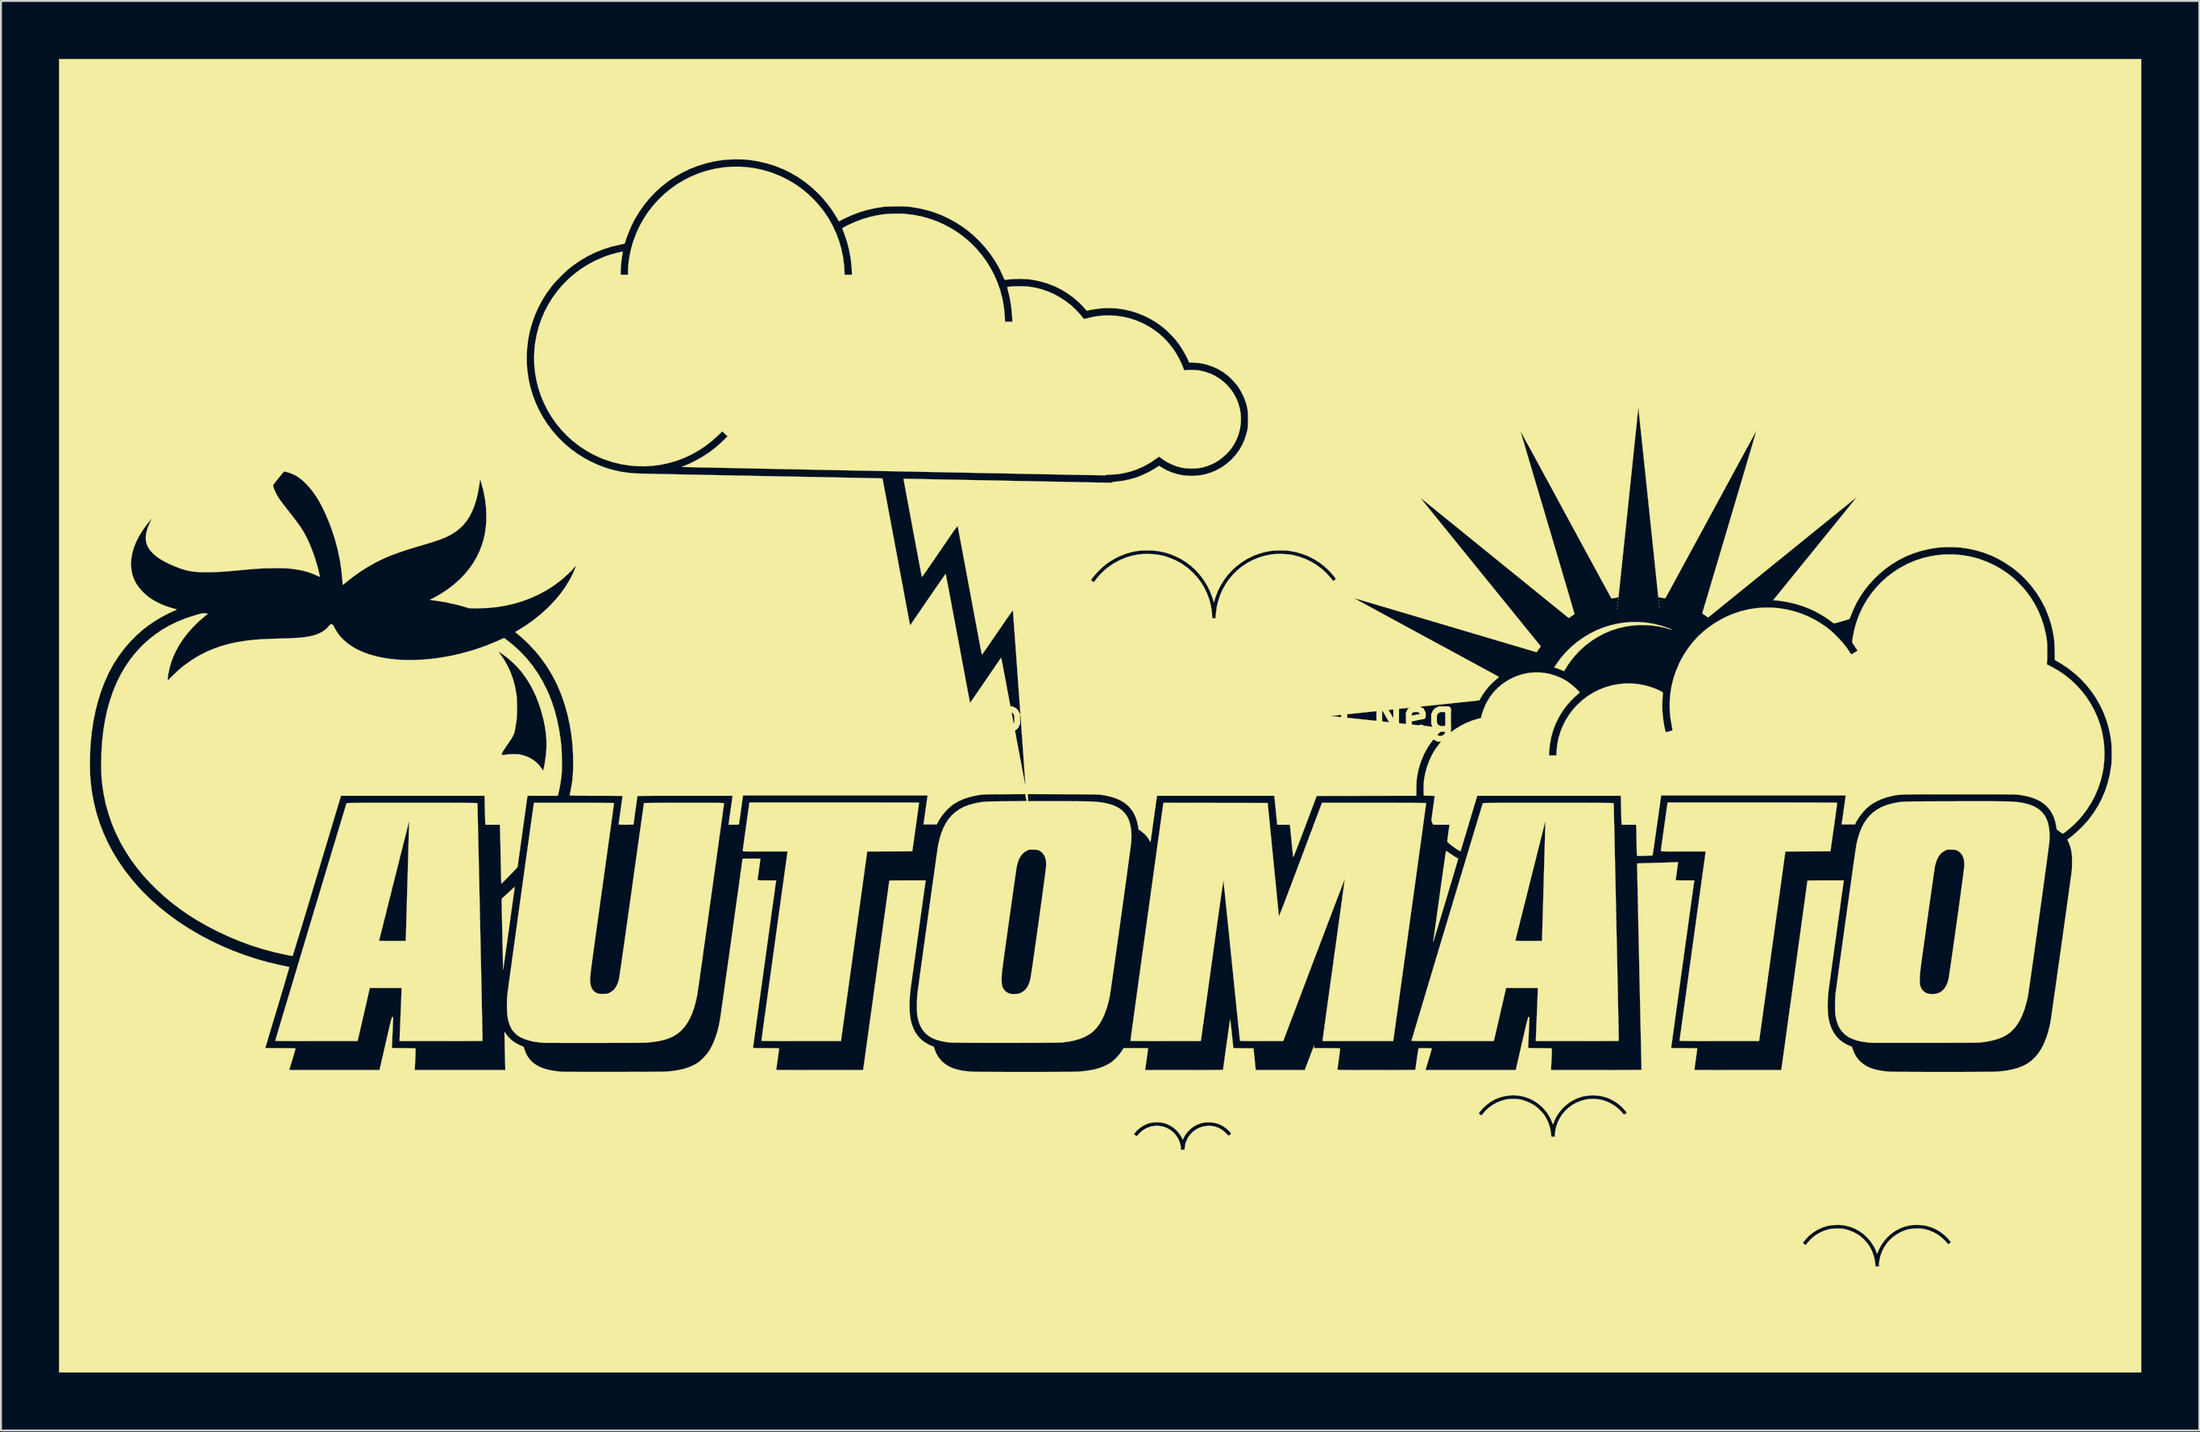
<source format=kicad_pcb>
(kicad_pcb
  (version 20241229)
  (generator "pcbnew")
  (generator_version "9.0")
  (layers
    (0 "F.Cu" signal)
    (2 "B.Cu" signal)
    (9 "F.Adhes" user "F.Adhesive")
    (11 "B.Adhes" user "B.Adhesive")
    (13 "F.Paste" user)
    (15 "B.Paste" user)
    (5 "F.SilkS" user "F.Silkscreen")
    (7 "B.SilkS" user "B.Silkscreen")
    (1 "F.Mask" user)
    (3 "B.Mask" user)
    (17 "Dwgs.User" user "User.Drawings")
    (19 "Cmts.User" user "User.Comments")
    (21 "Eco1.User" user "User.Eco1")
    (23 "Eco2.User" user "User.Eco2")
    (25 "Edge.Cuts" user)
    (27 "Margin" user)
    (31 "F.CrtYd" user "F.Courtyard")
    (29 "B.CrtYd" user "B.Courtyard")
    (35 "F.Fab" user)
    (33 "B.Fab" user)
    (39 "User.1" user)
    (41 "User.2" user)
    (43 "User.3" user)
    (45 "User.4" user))
  (footprint "Automato Logo Mixer_BOLD_Neg"
    (layer "F.Cu")
    (at 53.82 33.966)
    (property "Reference" "Automato Logo Mixer_BOLD_Neg" (at 0 0 0) (layer "F.SilkS") (effects (font (size 1.524 1.524) (thickness 0.3))))
    (attr through_hole)
    (fp_poly (pts (xy 11.093 17.047) (xy 11.084 17.055) (xy 11.076 17.047) (xy 11.084 17.039) (xy 11.093 17.047)) (stroke (width 0.01) (type solid)) (fill yes) (layer "F.SilkS"))
    (fp_poly (pts (xy 26.744 -5.557) (xy 26.746 -5.538) (xy 26.744 -5.535) (xy 26.734 -5.538) (xy 26.732 -5.546) (xy 26.739 -5.56) (xy 26.744 -5.557)) (stroke (width 0.01) (type solid)) (fill yes) (layer "F.SilkS"))
    (fp_poly (pts (xy 26.76 -5.716) (xy 26.762 -5.69) (xy 26.759 -5.684) (xy 26.752 -5.689) (xy 26.75 -5.706) (xy 26.754 -5.724) (xy 26.76 -5.716)) (stroke (width 0.01) (type solid)) (fill yes) (layer "F.SilkS"))
    (fp_poly (pts (xy 26.777 -5.884) (xy 26.779 -5.85) (xy 26.777 -5.842) (xy 26.771 -5.84) (xy 26.768 -5.863) (xy 26.771 -5.886) (xy 26.777 -5.884)) (stroke (width 0.01) (type solid)) (fill yes) (layer "F.SilkS"))
    (fp_poly (pts (xy 26.794 -6.032) (xy 26.796 -6.006) (xy 26.792 -6.001) (xy 26.785 -6.006) (xy 26.784 -6.022) (xy 26.788 -6.04) (xy 26.794 -6.032)) (stroke (width 0.01) (type solid)) (fill yes) (layer "F.SilkS"))
    (fp_poly (pts (xy 28.892 -5.966) (xy 28.894 -5.94) (xy 28.891 -5.934) (xy 28.884 -5.939) (xy 28.882 -5.956) (xy 28.886 -5.974) (xy 28.892 -5.966)) (stroke (width 0.01) (type solid)) (fill yes) (layer "F.SilkS"))
    (fp_poly (pts (xy 28.909 -5.799) (xy 28.911 -5.773) (xy 28.908 -5.767) (xy 28.9 -5.772) (xy 28.899 -5.789) (xy 28.903 -5.807) (xy 28.909 -5.799)) (stroke (width 0.01) (type solid)) (fill yes) (layer "F.SilkS"))
    (fp_poly (pts (xy 28.925 -5.65) (xy 28.928 -5.616) (xy 28.925 -5.609) (xy 28.919 -5.607) (xy 28.917 -5.63) (xy 28.92 -5.653) (xy 28.925 -5.65)) (stroke (width 0.01) (type solid)) (fill yes) (layer "F.SilkS"))
    (fp_poly (pts (xy 27.877 -4.837) (xy 28.272 -4.803) (xy 28.665 -4.736) (xy 29.053 -4.636) (xy 29.416 -4.512) (xy 29.475 -4.488) (xy 29.519 -4.468) (xy 29.541 -4.455) (xy 29.542 -4.453) (xy 29.523 -4.454) (xy 29.481 -4.463) (xy 29.423 -4.48) (xy 29.403 -4.486) (xy 29.138 -4.558) (xy 28.851 -4.616) (xy 28.553 -4.657) (xy 28.294 -4.678) (xy 27.902 -4.684) (xy 27.515 -4.657) (xy 27.134 -4.598) (xy 26.762 -4.509) (xy 26.4 -4.388) (xy 26.05 -4.238) (xy 25.713 -4.059) (xy 25.391 -3.851) (xy 25.085 -3.616) (xy 24.798 -3.353) (xy 24.75 -3.304) (xy 24.536 -3.073) (xy 24.35 -2.843) (xy 24.184 -2.607) (xy 24.069 -2.419) (xy 24.036 -2.364) (xy 24.008 -2.323) (xy 23.991 -2.301) (xy 23.988 -2.3) (xy 23.967 -2.307) (xy 23.927 -2.324) (xy 23.901 -2.336) (xy 23.853 -2.357) (xy 23.784 -2.384) (xy 23.706 -2.413) (xy 23.655 -2.432) (xy 23.483 -2.492) (xy 23.581 -2.641) (xy 23.812 -2.96) (xy 24.068 -3.26) (xy 24.348 -3.537) (xy 24.648 -3.792) (xy 24.968 -4.022) (xy 25.305 -4.227) (xy 25.656 -4.404) (xy 26.02 -4.553) (xy 26.395 -4.671) (xy 26.679 -4.739) (xy 27.08 -4.805) (xy 27.479 -4.837) (xy 27.877 -4.837)) (stroke (width 0.01) (type solid)) (fill yes) (layer "F.SilkS"))
    (fp_poly (pts (xy 17.907 7.009) (xy 17.944 7.028) (xy 17.991 7.061) (xy 17.999 7.066) (xy 18.208 7.214) (xy 18.405 7.336) (xy 18.457 7.367) (xy 18.498 7.391) (xy 18.518 7.404) (xy 18.519 7.404) (xy 18.515 7.421) (xy 18.502 7.467) (xy 18.481 7.54) (xy 18.453 7.639) (xy 18.417 7.76) (xy 18.375 7.903) (xy 18.328 8.063) (xy 18.275 8.24) (xy 18.219 8.43) (xy 18.159 8.632) (xy 18.095 8.843) (xy 18.03 9.062) (xy 17.963 9.285) (xy 17.896 9.511) (xy 17.828 9.737) (xy 17.76 9.961) (xy 17.694 10.181) (xy 17.63 10.395) (xy 17.568 10.6) (xy 17.509 10.794) (xy 17.454 10.975) (xy 17.404 11.14) (xy 17.359 11.288) (xy 17.32 11.416) (xy 17.287 11.521) (xy 17.262 11.603) (xy 17.245 11.657) (xy 17.236 11.682) (xy 17.235 11.684) (xy 17.226 11.688) (xy 17.228 11.676) (xy 17.232 11.656) (xy 17.239 11.606) (xy 17.251 11.527) (xy 17.266 11.42) (xy 17.285 11.288) (xy 17.307 11.132) (xy 17.332 10.954) (xy 17.359 10.757) (xy 17.389 10.542) (xy 17.421 10.311) (xy 17.455 10.066) (xy 17.491 9.809) (xy 17.528 9.541) (xy 17.557 9.336) (xy 17.595 9.062) (xy 17.631 8.797) (xy 17.667 8.543) (xy 17.701 8.302) (xy 17.733 8.075) (xy 17.762 7.865) (xy 17.79 7.674) (xy 17.814 7.503) (xy 17.836 7.354) (xy 17.854 7.229) (xy 17.869 7.13) (xy 17.88 7.059) (xy 17.887 7.017) (xy 17.889 7.007) (xy 17.907 7.009)) (stroke (width 0.01) (type solid)) (fill yes) (layer "F.SilkS"))
    (fp_poly (pts (xy -30.256 8.873) (xy -30.26 8.893) (xy -30.267 8.944) (xy -30.278 9.024) (xy -30.293 9.13) (xy -30.312 9.262) (xy -30.334 9.417) (xy -30.358 9.594) (xy -30.386 9.789) (xy -30.415 10.001) (xy -30.447 10.228) (xy -30.48 10.468) (xy -30.515 10.72) (xy -30.551 10.98) (xy -30.555 11.009) (xy -30.592 11.271) (xy -30.627 11.523) (xy -30.66 11.764) (xy -30.692 11.992) (xy -30.722 12.205) (xy -30.749 12.401) (xy -30.774 12.578) (xy -30.796 12.734) (xy -30.815 12.868) (xy -30.831 12.976) (xy -30.843 13.058) (xy -30.85 13.111) (xy -30.854 13.133) (xy -30.854 13.133) (xy -30.857 13.124) (xy -30.859 13.088) (xy -30.862 13.03) (xy -30.863 12.958) (xy -30.864 12.914) (xy -30.865 12.839) (xy -30.867 12.737) (xy -30.87 12.608) (xy -30.873 12.457) (xy -30.877 12.286) (xy -30.881 12.097) (xy -30.886 11.893) (xy -30.891 11.677) (xy -30.896 11.451) (xy -30.901 11.218) (xy -30.903 11.134) (xy -30.908 10.904) (xy -30.913 10.683) (xy -30.917 10.473) (xy -30.921 10.278) (xy -30.924 10.098) (xy -30.927 9.937) (xy -30.929 9.797) (xy -30.931 9.68) (xy -30.932 9.588) (xy -30.932 9.524) (xy -30.931 9.489) (xy -30.931 9.484) (xy -30.915 9.466) (xy -30.88 9.431) (xy -30.832 9.385) (xy -30.786 9.342) (xy -30.724 9.286) (xy -30.646 9.214) (xy -30.561 9.135) (xy -30.477 9.057) (xy -30.45 9.031) (xy -30.384 8.971) (xy -30.328 8.922) (xy -30.286 8.888) (xy -30.261 8.871) (xy -30.256 8.873)) (stroke (width 0.01) (type solid)) (fill yes) (layer "F.SilkS"))
    (fp_poly (pts (xy 34.107 4.497) (xy 34.478 4.497) (xy 34.839 4.497) (xy 35.188 4.498) (xy 35.525 4.498) (xy 35.847 4.499) (xy 36.154 4.499) (xy 36.443 4.5) (xy 36.714 4.5) (xy 36.966 4.501) (xy 37.196 4.502) (xy 37.404 4.503) (xy 37.588 4.504) (xy 37.746 4.505) (xy 37.878 4.506) (xy 37.982 4.507) (xy 38.057 4.508) (xy 38.101 4.509) (xy 38.113 4.51) (xy 38.111 4.528) (xy 38.106 4.576) (xy 38.096 4.652) (xy 38.083 4.754) (xy 38.066 4.878) (xy 38.046 5.023) (xy 38.024 5.185) (xy 38 5.362) (xy 37.973 5.551) (xy 37.945 5.75) (xy 37.942 5.771) (xy 37.765 7.02) (xy 35.435 7.029) (xy 34.762 11.896) (xy 34.706 12.295) (xy 34.652 12.685) (xy 34.6 13.066) (xy 34.548 13.436) (xy 34.499 13.794) (xy 34.451 14.138) (xy 34.406 14.467) (xy 34.362 14.78) (xy 34.321 15.076) (xy 34.283 15.353) (xy 34.247 15.609) (xy 34.215 15.844) (xy 34.185 16.057) (xy 34.159 16.246) (xy 34.136 16.409) (xy 34.117 16.546) (xy 34.102 16.655) (xy 34.091 16.734) (xy 34.084 16.784) (xy 34.081 16.801) (xy 34.074 16.839) (xy 32.019 16.839) (xy 31.679 16.839) (xy 31.373 16.839) (xy 31.098 16.838) (xy 30.855 16.837) (xy 30.642 16.836) (xy 30.46 16.835) (xy 30.307 16.833) (xy 30.183 16.831) (xy 30.087 16.829) (xy 30.019 16.827) (xy 29.978 16.824) (xy 29.964 16.822) (xy 29.964 16.821) (xy 29.966 16.804) (xy 29.973 16.756) (xy 29.983 16.677) (xy 29.998 16.57) (xy 30.016 16.437) (xy 30.038 16.278) (xy 30.063 16.096) (xy 30.091 15.892) (xy 30.122 15.667) (xy 30.156 15.424) (xy 30.192 15.163) (xy 30.23 14.887) (xy 30.27 14.596) (xy 30.312 14.293) (xy 30.355 13.979) (xy 30.4 13.655) (xy 30.445 13.324) (xy 30.492 12.986) (xy 30.539 12.644) (xy 30.587 12.299) (xy 30.635 11.952) (xy 30.683 11.605) (xy 30.731 11.259) (xy 30.778 10.917) (xy 30.824 10.58) (xy 30.87 10.248) (xy 30.915 9.925) (xy 30.958 9.611) (xy 31 9.308) (xy 31.04 9.018) (xy 31.079 8.742) (xy 31.115 8.482) (xy 31.148 8.239) (xy 31.179 8.014) (xy 31.207 7.811) (xy 31.233 7.629) (xy 31.255 7.471) (xy 31.273 7.338) (xy 31.288 7.232) (xy 31.299 7.154) (xy 31.305 7.106) (xy 31.306 7.1) (xy 31.317 7.029) (xy 30.157 7.029) (xy 29.932 7.029) (xy 29.738 7.029) (xy 29.573 7.028) (xy 29.435 7.028) (xy 29.32 7.027) (xy 29.227 7.026) (xy 29.154 7.024) (xy 29.098 7.022) (xy 29.058 7.02) (xy 29.029 7.016) (xy 29.012 7.013) (xy 29.002 7.008) (xy 28.998 7.003) (xy 28.998 7) (xy 29 6.979) (xy 29.006 6.929) (xy 29.017 6.853) (xy 29.03 6.753) (xy 29.047 6.633) (xy 29.066 6.495) (xy 29.086 6.344) (xy 29.109 6.182) (xy 29.132 6.012) (xy 29.157 5.839) (xy 29.181 5.663) (xy 29.205 5.49) (xy 29.229 5.322) (xy 29.251 5.163) (xy 29.272 5.015) (xy 29.291 4.882) (xy 29.308 4.766) (xy 29.321 4.672) (xy 29.331 4.602) (xy 29.338 4.56) (xy 29.339 4.551) (xy 29.349 4.497) (xy 33.728 4.497) (xy 34.107 4.497)) (stroke (width 0.01) (type solid)) (fill yes) (layer "F.SilkS"))
    (fp_poly (pts (xy -13.363 4.497) (xy -12.993 4.497) (xy -12.632 4.497) (xy -12.282 4.497) (xy -11.946 4.498) (xy -11.624 4.498) (xy -11.317 4.498) (xy -11.028 4.499) (xy -10.757 4.499) (xy -10.505 4.5) (xy -10.275 4.5) (xy -10.067 4.501) (xy -9.883 4.501) (xy -9.724 4.502) (xy -9.592 4.502) (xy -9.489 4.503) (xy -9.414 4.504) (xy -9.37 4.504) (xy -9.358 4.505) (xy -9.359 4.522) (xy -9.365 4.57) (xy -9.374 4.646) (xy -9.387 4.747) (xy -9.404 4.87) (xy -9.423 5.014) (xy -9.445 5.176) (xy -9.469 5.352) (xy -9.496 5.542) (xy -9.523 5.741) (xy -9.527 5.767) (xy -9.704 7.02) (xy -10.869 7.025) (xy -12.034 7.029) (xy -12.707 11.896) (xy -12.762 12.295) (xy -12.816 12.685) (xy -12.869 13.066) (xy -12.92 13.436) (xy -12.97 13.794) (xy -13.018 14.138) (xy -13.063 14.467) (xy -13.107 14.78) (xy -13.148 15.076) (xy -13.186 15.352) (xy -13.222 15.609) (xy -13.254 15.844) (xy -13.284 16.057) (xy -13.31 16.246) (xy -13.333 16.409) (xy -13.352 16.546) (xy -13.367 16.655) (xy -13.378 16.734) (xy -13.385 16.784) (xy -13.388 16.801) (xy -13.395 16.839) (xy -15.45 16.839) (xy -15.789 16.839) (xy -16.095 16.839) (xy -16.37 16.838) (xy -16.613 16.837) (xy -16.825 16.836) (xy -17.007 16.835) (xy -17.16 16.833) (xy -17.284 16.831) (xy -17.38 16.829) (xy -17.448 16.827) (xy -17.49 16.825) (xy -17.505 16.822) (xy -17.505 16.821) (xy -17.503 16.804) (xy -17.496 16.756) (xy -17.486 16.677) (xy -17.471 16.57) (xy -17.453 16.437) (xy -17.431 16.278) (xy -17.406 16.096) (xy -17.378 15.892) (xy -17.347 15.667) (xy -17.313 15.424) (xy -17.277 15.163) (xy -17.239 14.887) (xy -17.199 14.596) (xy -17.157 14.293) (xy -17.114 13.979) (xy -17.069 13.655) (xy -17.023 13.324) (xy -16.977 12.986) (xy -16.93 12.644) (xy -16.882 12.299) (xy -16.834 11.952) (xy -16.786 11.605) (xy -16.738 11.259) (xy -16.691 10.917) (xy -16.644 10.579) (xy -16.599 10.248) (xy -16.554 9.925) (xy -16.51 9.611) (xy -16.469 9.308) (xy -16.428 9.018) (xy -16.39 8.742) (xy -16.354 8.481) (xy -16.321 8.238) (xy -16.29 8.014) (xy -16.261 7.81) (xy -16.236 7.628) (xy -16.214 7.47) (xy -16.196 7.337) (xy -16.181 7.231) (xy -16.17 7.153) (xy -16.163 7.105) (xy -16.162 7.1) (xy -16.152 7.029) (xy -17.312 7.029) (xy -17.537 7.029) (xy -17.73 7.029) (xy -17.896 7.028) (xy -18.034 7.028) (xy -18.149 7.027) (xy -18.241 7.026) (xy -18.315 7.024) (xy -18.37 7.022) (xy -18.411 7.02) (xy -18.439 7.016) (xy -18.457 7.013) (xy -18.467 7.008) (xy -18.471 7.003) (xy -18.471 7) (xy -18.469 6.979) (xy -18.462 6.929) (xy -18.452 6.853) (xy -18.439 6.753) (xy -18.422 6.633) (xy -18.403 6.495) (xy -18.382 6.344) (xy -18.36 6.182) (xy -18.336 6.012) (xy -18.312 5.839) (xy -18.288 5.663) (xy -18.263 5.49) (xy -18.24 5.322) (xy -18.217 5.163) (xy -18.197 5.015) (xy -18.178 4.882) (xy -18.161 4.766) (xy -18.148 4.672) (xy -18.137 4.602) (xy -18.131 4.56) (xy -18.129 4.551) (xy -18.12 4.497) (xy -13.743 4.497) (xy -13.363 4.497)) (stroke (width 0.01) (type solid)) (fill yes) (layer "F.SilkS"))
    (fp_poly (pts (xy -35.159 4.514) (xy -34.783 4.514) (xy -34.437 4.514) (xy -34.122 4.514) (xy -33.835 4.515) (xy -33.576 4.515) (xy -33.343 4.516) (xy -33.136 4.517) (xy -32.952 4.517) (xy -32.792 4.518) (xy -32.653 4.52) (xy -32.535 4.521) (xy -32.436 4.522) (xy -32.356 4.524) (xy -32.293 4.526) (xy -32.245 4.528) (xy -32.213 4.53) (xy -32.194 4.532) (xy -32.188 4.535) (xy -32.187 4.553) (xy -32.186 4.603) (xy -32.184 4.684) (xy -32.181 4.793) (xy -32.177 4.93) (xy -32.174 5.094) (xy -32.169 5.282) (xy -32.164 5.493) (xy -32.159 5.726) (xy -32.153 5.98) (xy -32.147 6.253) (xy -32.141 6.544) (xy -32.134 6.851) (xy -32.127 7.172) (xy -32.119 7.507) (xy -32.112 7.855) (xy -32.104 8.212) (xy -32.096 8.579) (xy -32.088 8.954) (xy -32.079 9.334) (xy -32.071 9.72) (xy -32.063 10.11) (xy -32.054 10.501) (xy -32.046 10.893) (xy -32.037 11.284) (xy -32.029 11.673) (xy -32.021 12.059) (xy -32.013 12.439) (xy -32.005 12.813) (xy -31.997 13.179) (xy -31.99 13.536) (xy -31.982 13.882) (xy -31.975 14.216) (xy -31.969 14.536) (xy -31.962 14.842) (xy -31.957 15.131) (xy -31.951 15.403) (xy -31.946 15.655) (xy -31.941 15.886) (xy -31.937 16.096) (xy -31.934 16.282) (xy -31.93 16.443) (xy -31.928 16.578) (xy -31.926 16.685) (xy -31.925 16.763) (xy -31.924 16.811) (xy -31.925 16.826) (xy -31.942 16.828) (xy -31.99 16.829) (xy -32.068 16.831) (xy -32.173 16.832) (xy -32.304 16.834) (xy -32.458 16.835) (xy -32.633 16.836) (xy -32.828 16.837) (xy -33.041 16.837) (xy -33.269 16.838) (xy -33.511 16.839) (xy -33.764 16.839) (xy -34.027 16.839) (xy -34.07 16.839) (xy -36.21 16.839) (xy -36.209 16.768) (xy -36.209 16.74) (xy -36.207 16.682) (xy -36.204 16.595) (xy -36.199 16.484) (xy -36.194 16.352) (xy -36.188 16.2) (xy -36.181 16.031) (xy -36.174 15.85) (xy -36.166 15.657) (xy -36.16 15.498) (xy -36.151 15.298) (xy -36.144 15.106) (xy -36.136 14.924) (xy -36.13 14.756) (xy -36.124 14.604) (xy -36.119 14.471) (xy -36.115 14.361) (xy -36.112 14.275) (xy -36.11 14.218) (xy -36.11 14.195) (xy -36.11 14.091) (xy -36.93 14.091) (xy -37.75 14.091) (xy -38.057 15.427) (xy -38.105 15.634) (xy -38.15 15.831) (xy -38.193 16.017) (xy -38.233 16.19) (xy -38.269 16.346) (xy -38.301 16.483) (xy -38.328 16.599) (xy -38.35 16.691) (xy -38.366 16.757) (xy -38.375 16.794) (xy -38.377 16.801) (xy -38.391 16.839) (xy -40.515 16.839) (xy -40.842 16.839) (xy -41.138 16.839) (xy -41.403 16.838) (xy -41.638 16.838) (xy -41.845 16.837) (xy -42.025 16.836) (xy -42.179 16.835) (xy -42.308 16.833) (xy -42.414 16.832) (xy -42.498 16.83) (xy -42.562 16.828) (xy -42.605 16.825) (xy -42.631 16.823) (xy -42.639 16.82) (xy -42.639 16.82) (xy -42.634 16.802) (xy -42.62 16.754) (xy -42.597 16.677) (xy -42.566 16.572) (xy -42.527 16.44) (xy -42.48 16.283) (xy -42.427 16.102) (xy -42.366 15.899) (xy -42.299 15.674) (xy -42.226 15.43) (xy -42.147 15.166) (xy -42.063 14.886) (xy -41.974 14.59) (xy -41.881 14.279) (xy -41.784 13.955) (xy -41.684 13.619) (xy -41.58 13.272) (xy -41.473 12.916) (xy -41.364 12.552) (xy -41.253 12.182) (xy -41.14 11.806) (xy -41.09 11.638) (xy -37.272 11.638) (xy -37.267 11.644) (xy -37.248 11.648) (xy -37.211 11.651) (xy -37.154 11.654) (xy -37.076 11.656) (xy -36.972 11.658) (xy -36.842 11.659) (xy -36.681 11.659) (xy -36.586 11.659) (xy -36.438 11.659) (xy -36.3 11.659) (xy -36.177 11.658) (xy -36.072 11.658) (xy -35.987 11.657) (xy -35.928 11.656) (xy -35.896 11.655) (xy -35.892 11.655) (xy -35.892 11.637) (xy -35.89 11.588) (xy -35.888 11.51) (xy -35.885 11.404) (xy -35.881 11.274) (xy -35.876 11.12) (xy -35.871 10.944) (xy -35.865 10.75) (xy -35.859 10.538) (xy -35.853 10.311) (xy -35.846 10.071) (xy -35.839 9.819) (xy -35.831 9.558) (xy -35.824 9.29) (xy -35.816 9.016) (xy -35.808 8.739) (xy -35.8 8.461) (xy -35.792 8.183) (xy -35.784 7.908) (xy -35.777 7.638) (xy -35.769 7.374) (xy -35.762 7.119) (xy -35.755 6.875) (xy -35.749 6.643) (xy -35.743 6.426) (xy -35.737 6.225) (xy -35.732 6.044) (xy -35.728 5.882) (xy -35.724 5.743) (xy -35.721 5.629) (xy -35.719 5.541) (xy -35.717 5.482) (xy -35.716 5.454) (xy -35.717 5.451) (xy -35.721 5.467) (xy -35.733 5.513) (xy -35.752 5.589) (xy -35.778 5.692) (xy -35.811 5.821) (xy -35.85 5.975) (xy -35.894 6.151) (xy -35.944 6.349) (xy -35.999 6.567) (xy -36.058 6.803) (xy -36.122 7.056) (xy -36.189 7.324) (xy -36.26 7.605) (xy -36.333 7.899) (xy -36.409 8.202) (xy -36.488 8.515) (xy -36.492 8.533) (xy -36.571 8.846) (xy -36.647 9.151) (xy -36.721 9.446) (xy -36.792 9.729) (xy -36.86 9.999) (xy -36.924 10.254) (xy -36.983 10.492) (xy -37.039 10.713) (xy -37.089 10.914) (xy -37.134 11.093) (xy -37.174 11.25) (xy -37.207 11.383) (xy -37.234 11.49) (xy -37.254 11.569) (xy -37.267 11.619) (xy -37.272 11.638) (xy -37.272 11.638) (xy -41.09 11.638) (xy -41.027 11.426) (xy -40.912 11.044) (xy -40.797 10.661) (xy -40.682 10.277) (xy -40.567 9.895) (xy -40.453 9.516) (xy -40.341 9.141) (xy -40.23 8.771) (xy -40.121 8.408) (xy -40.014 8.053) (xy -39.91 7.707) (xy -39.81 7.373) (xy -39.712 7.05) (xy -39.619 6.74) (xy -39.531 6.446) (xy -39.447 6.167) (xy -39.368 5.906) (xy -39.295 5.663) (xy -39.228 5.441) (xy -39.167 5.24) (xy -39.113 5.061) (xy -39.067 4.907) (xy -39.028 4.778) (xy -38.997 4.676) (xy -38.974 4.602) (xy -38.96 4.557) (xy -38.955 4.543) (xy -38.952 4.539) (xy -38.946 4.536) (xy -38.935 4.533) (xy -38.919 4.531) (xy -38.895 4.528) (xy -38.863 4.526) (xy -38.821 4.524) (xy -38.767 4.523) (xy -38.701 4.521) (xy -38.621 4.52) (xy -38.525 4.519) (xy -38.413 4.518) (xy -38.283 4.517) (xy -38.134 4.516) (xy -37.964 4.515) (xy -37.771 4.515) (xy -37.555 4.515) (xy -37.315 4.514) (xy -37.048 4.514) (xy -36.754 4.514) (xy -36.431 4.514) (xy -36.078 4.514) (xy -35.693 4.514) (xy -35.567 4.514) (xy -35.159 4.514)) (stroke (width 0.01) (type solid)) (fill yes) (layer "F.SilkS"))
    (fp_poly (pts (xy 23.586 4.514) (xy 23.962 4.514) (xy 24.308 4.514) (xy 24.623 4.514) (xy 24.91 4.515) (xy 25.169 4.515) (xy 25.402 4.516) (xy 25.609 4.517) (xy 25.793 4.517) (xy 25.953 4.518) (xy 26.092 4.52) (xy 26.21 4.521) (xy 26.309 4.522) (xy 26.389 4.524) (xy 26.452 4.526) (xy 26.499 4.528) (xy 26.532 4.53) (xy 26.55 4.532) (xy 26.556 4.535) (xy 26.557 4.553) (xy 26.559 4.603) (xy 26.561 4.684) (xy 26.564 4.793) (xy 26.567 4.93) (xy 26.571 5.094) (xy 26.576 5.282) (xy 26.58 5.493) (xy 26.586 5.726) (xy 26.592 5.98) (xy 26.598 6.253) (xy 26.604 6.544) (xy 26.611 6.851) (xy 26.618 7.172) (xy 26.626 7.507) (xy 26.633 7.855) (xy 26.641 8.212) (xy 26.649 8.579) (xy 26.657 8.954) (xy 26.665 9.334) (xy 26.674 9.72) (xy 26.682 10.11) (xy 26.691 10.501) (xy 26.699 10.893) (xy 26.707 11.284) (xy 26.716 11.673) (xy 26.724 12.059) (xy 26.732 12.439) (xy 26.74 12.813) (xy 26.748 13.179) (xy 26.755 13.536) (xy 26.762 13.882) (xy 26.769 14.216) (xy 26.776 14.537) (xy 26.782 14.842) (xy 26.788 15.131) (xy 26.794 15.403) (xy 26.799 15.655) (xy 26.804 15.886) (xy 26.808 16.096) (xy 26.811 16.282) (xy 26.814 16.443) (xy 26.817 16.578) (xy 26.819 16.685) (xy 26.82 16.763) (xy 26.82 16.811) (xy 26.82 16.826) (xy 26.803 16.828) (xy 26.755 16.829) (xy 26.677 16.831) (xy 26.572 16.832) (xy 26.441 16.834) (xy 26.287 16.835) (xy 26.111 16.836) (xy 25.916 16.837) (xy 25.704 16.837) (xy 25.476 16.838) (xy 25.234 16.839) (xy 24.981 16.839) (xy 24.718 16.839) (xy 24.674 16.839) (xy 22.535 16.839) (xy 22.535 16.768) (xy 22.536 16.74) (xy 22.538 16.682) (xy 22.541 16.595) (xy 22.545 16.484) (xy 22.551 16.352) (xy 22.557 16.2) (xy 22.563 16.031) (xy 22.571 15.85) (xy 22.579 15.657) (xy 22.585 15.498) (xy 22.593 15.298) (xy 22.601 15.106) (xy 22.608 14.924) (xy 22.615 14.756) (xy 22.621 14.604) (xy 22.626 14.471) (xy 22.63 14.361) (xy 22.633 14.275) (xy 22.635 14.218) (xy 22.635 14.195) (xy 22.635 14.091) (xy 21.815 14.091) (xy 20.995 14.091) (xy 20.688 15.427) (xy 20.64 15.634) (xy 20.595 15.831) (xy 20.552 16.017) (xy 20.512 16.19) (xy 20.476 16.346) (xy 20.444 16.483) (xy 20.416 16.599) (xy 20.395 16.691) (xy 20.379 16.757) (xy 20.369 16.794) (xy 20.367 16.801) (xy 20.354 16.839) (xy 18.23 16.839) (xy 17.902 16.839) (xy 17.607 16.839) (xy 17.342 16.838) (xy 17.107 16.838) (xy 16.9 16.837) (xy 16.72 16.836) (xy 16.566 16.835) (xy 16.436 16.833) (xy 16.33 16.832) (xy 16.246 16.83) (xy 16.183 16.828) (xy 16.14 16.825) (xy 16.114 16.823) (xy 16.106 16.82) (xy 16.106 16.82) (xy 16.111 16.802) (xy 16.125 16.754) (xy 16.147 16.677) (xy 16.179 16.572) (xy 16.218 16.44) (xy 16.264 16.283) (xy 16.318 16.102) (xy 16.379 15.899) (xy 16.446 15.674) (xy 16.519 15.43) (xy 16.598 15.166) (xy 16.682 14.886) (xy 16.77 14.59) (xy 16.863 14.279) (xy 16.96 13.955) (xy 17.061 13.619) (xy 17.165 13.272) (xy 17.272 12.916) (xy 17.381 12.552) (xy 17.492 12.182) (xy 17.604 11.806) (xy 17.655 11.638) (xy 21.473 11.638) (xy 21.477 11.643) (xy 21.497 11.648) (xy 21.534 11.651) (xy 21.59 11.654) (xy 21.669 11.656) (xy 21.773 11.658) (xy 21.903 11.659) (xy 22.063 11.659) (xy 22.159 11.659) (xy 22.307 11.659) (xy 22.444 11.659) (xy 22.568 11.658) (xy 22.673 11.658) (xy 22.757 11.657) (xy 22.817 11.656) (xy 22.848 11.655) (xy 22.852 11.655) (xy 22.853 11.637) (xy 22.855 11.588) (xy 22.857 11.509) (xy 22.86 11.404) (xy 22.864 11.273) (xy 22.869 11.119) (xy 22.874 10.944) (xy 22.879 10.749) (xy 22.886 10.537) (xy 22.892 10.31) (xy 22.899 10.07) (xy 22.906 9.818) (xy 22.914 9.557) (xy 22.921 9.289) (xy 22.929 9.015) (xy 22.937 8.738) (xy 22.945 8.46) (xy 22.953 8.182) (xy 22.96 7.907) (xy 22.968 7.637) (xy 22.975 7.373) (xy 22.982 7.118) (xy 22.989 6.874) (xy 22.996 6.642) (xy 23.002 6.425) (xy 23.007 6.224) (xy 23.012 6.043) (xy 23.017 5.881) (xy 23.021 5.743) (xy 23.024 5.628) (xy 23.026 5.541) (xy 23.027 5.482) (xy 23.028 5.453) (xy 23.028 5.451) (xy 23.024 5.467) (xy 23.012 5.513) (xy 22.992 5.588) (xy 22.966 5.691) (xy 22.933 5.821) (xy 22.895 5.974) (xy 22.85 6.151) (xy 22.8 6.349) (xy 22.746 6.567) (xy 22.686 6.803) (xy 22.623 7.055) (xy 22.555 7.323) (xy 22.485 7.605) (xy 22.411 7.898) (xy 22.335 8.202) (xy 22.257 8.514) (xy 22.252 8.532) (xy 22.174 8.846) (xy 22.098 9.151) (xy 22.024 9.446) (xy 21.953 9.729) (xy 21.885 9.999) (xy 21.821 10.254) (xy 21.761 10.492) (xy 21.706 10.713) (xy 21.656 10.914) (xy 21.61 11.093) (xy 21.571 11.25) (xy 21.538 11.383) (xy 21.511 11.49) (xy 21.491 11.569) (xy 21.478 11.619) (xy 21.473 11.638) (xy 21.473 11.638) (xy 17.655 11.638) (xy 17.718 11.426) (xy 17.833 11.044) (xy 17.948 10.661) (xy 18.063 10.277) (xy 18.178 9.895) (xy 18.291 9.516) (xy 18.404 9.141) (xy 18.515 8.771) (xy 18.624 8.408) (xy 18.731 8.053) (xy 18.835 7.707) (xy 18.935 7.373) (xy 19.032 7.05) (xy 19.125 6.74) (xy 19.214 6.446) (xy 19.298 6.167) (xy 19.377 5.906) (xy 19.45 5.663) (xy 19.517 5.441) (xy 19.577 5.24) (xy 19.631 5.061) (xy 19.678 4.907) (xy 19.717 4.778) (xy 19.748 4.676) (xy 19.771 4.602) (xy 19.785 4.557) (xy 19.789 4.543) (xy 19.792 4.539) (xy 19.799 4.536) (xy 19.809 4.533) (xy 19.826 4.531) (xy 19.85 4.528) (xy 19.882 4.526) (xy 19.924 4.524) (xy 19.978 4.523) (xy 20.044 4.521) (xy 20.124 4.52) (xy 20.219 4.519) (xy 20.331 4.518) (xy 20.462 4.517) (xy 20.611 4.516) (xy 20.781 4.515) (xy 20.974 4.515) (xy 21.189 4.515) (xy 21.43 4.514) (xy 21.696 4.514) (xy 21.991 4.514) (xy 22.314 4.514) (xy 22.667 4.514) (xy 23.051 4.514) (xy 23.178 4.514) (xy 23.586 4.514)) (stroke (width 0.01) (type solid)) (fill yes) (layer "F.SilkS"))
    (fp_poly (pts (xy -26.939 4.514) (xy -26.689 4.514) (xy -26.45 4.515) (xy -26.225 4.515) (xy -26.015 4.516) (xy -25.822 4.517) (xy -25.649 4.518) (xy -25.497 4.519) (xy -25.368 4.52) (xy -25.265 4.522) (xy -25.189 4.523) (xy -25.143 4.525) (xy -25.128 4.526) (xy -25.129 4.544) (xy -25.135 4.593) (xy -25.146 4.672) (xy -25.16 4.78) (xy -25.178 4.916) (xy -25.2 5.078) (xy -25.226 5.265) (xy -25.255 5.475) (xy -25.287 5.707) (xy -25.321 5.96) (xy -25.359 6.233) (xy -25.399 6.524) (xy -25.442 6.831) (xy -25.487 7.154) (xy -25.534 7.49) (xy -25.582 7.84) (xy -25.633 8.2) (xy -25.684 8.57) (xy -25.736 8.936) (xy -25.804 9.423) (xy -25.867 9.877) (xy -25.926 10.301) (xy -25.981 10.694) (xy -26.031 11.057) (xy -26.078 11.392) (xy -26.12 11.699) (xy -26.159 11.98) (xy -26.193 12.234) (xy -26.224 12.464) (xy -26.252 12.669) (xy -26.276 12.85) (xy -26.297 13.01) (xy -26.315 13.147) (xy -26.329 13.264) (xy -26.341 13.361) (xy -26.35 13.439) (xy -26.356 13.499) (xy -26.359 13.542) (xy -26.36 13.558) (xy -26.36 13.747) (xy -26.341 13.909) (xy -26.304 14.046) (xy -26.248 14.16) (xy -26.171 14.253) (xy -26.073 14.326) (xy -26.019 14.355) (xy -25.978 14.373) (xy -25.941 14.385) (xy -25.9 14.393) (xy -25.847 14.397) (xy -25.774 14.399) (xy -25.7 14.399) (xy -25.609 14.399) (xy -25.543 14.397) (xy -25.495 14.392) (xy -25.455 14.384) (xy -25.416 14.369) (xy -25.369 14.348) (xy -25.35 14.339) (xy -25.22 14.26) (xy -25.109 14.157) (xy -25.016 14.028) (xy -24.94 13.872) (xy -24.88 13.689) (xy -24.876 13.673) (xy -24.87 13.641) (xy -24.859 13.576) (xy -24.844 13.481) (xy -24.825 13.356) (xy -24.802 13.202) (xy -24.776 13.019) (xy -24.745 12.81) (xy -24.711 12.575) (xy -24.674 12.315) (xy -24.633 12.031) (xy -24.589 11.723) (xy -24.542 11.394) (xy -24.493 11.044) (xy -24.441 10.674) (xy -24.386 10.285) (xy -24.329 9.878) (xy -24.269 9.454) (xy -24.209 9.027) (xy -24.156 8.644) (xy -24.104 8.27) (xy -24.053 7.906) (xy -24.003 7.553) (xy -23.955 7.213) (xy -23.91 6.887) (xy -23.866 6.576) (xy -23.825 6.282) (xy -23.786 6.005) (xy -23.749 5.748) (xy -23.716 5.512) (xy -23.686 5.298) (xy -23.658 5.107) (xy -23.635 4.941) (xy -23.615 4.801) (xy -23.598 4.688) (xy -23.586 4.604) (xy -23.578 4.55) (xy -23.574 4.528) (xy -23.574 4.527) (xy -23.557 4.526) (xy -23.508 4.524) (xy -23.43 4.522) (xy -23.325 4.521) (xy -23.195 4.52) (xy -23.041 4.518) (xy -22.866 4.517) (xy -22.672 4.516) (xy -22.46 4.515) (xy -22.234 4.515) (xy -21.994 4.514) (xy -21.743 4.514) (xy -21.502 4.514) (xy -21.196 4.514) (xy -20.922 4.514) (xy -20.678 4.514) (xy -20.461 4.514) (xy -20.272 4.515) (xy -20.107 4.515) (xy -19.965 4.516) (xy -19.845 4.517) (xy -19.744 4.518) (xy -19.661 4.519) (xy -19.594 4.521) (xy -19.542 4.523) (xy -19.503 4.525) (xy -19.474 4.528) (xy -19.455 4.531) (xy -19.444 4.534) (xy -19.438 4.538) (xy -19.437 4.542) (xy -19.44 4.562) (xy -19.446 4.613) (xy -19.457 4.695) (xy -19.472 4.804) (xy -19.491 4.941) (xy -19.513 5.102) (xy -19.538 5.287) (xy -19.567 5.494) (xy -19.598 5.722) (xy -19.632 5.968) (xy -19.669 6.232) (xy -19.708 6.511) (xy -19.749 6.805) (xy -19.791 7.111) (xy -19.835 7.428) (xy -19.881 7.755) (xy -19.928 8.09) (xy -19.975 8.431) (xy -20.023 8.776) (xy -20.072 9.125) (xy -20.121 9.476) (xy -20.17 9.826) (xy -20.219 10.175) (xy -20.267 10.521) (xy -20.315 10.863) (xy -20.362 11.198) (xy -20.408 11.525) (xy -20.452 11.843) (xy -20.496 12.15) (xy -20.537 12.445) (xy -20.576 12.726) (xy -20.614 12.99) (xy -20.649 13.238) (xy -20.681 13.467) (xy -20.71 13.676) (xy -20.737 13.863) (xy -20.76 14.026) (xy -20.78 14.164) (xy -20.796 14.276) (xy -20.808 14.359) (xy -20.816 14.413) (xy -20.819 14.433) (xy -20.893 14.786) (xy -20.981 15.109) (xy -21.084 15.402) (xy -21.202 15.667) (xy -21.336 15.903) (xy -21.485 16.112) (xy -21.649 16.293) (xy -21.83 16.447) (xy -22.027 16.575) (xy -22.094 16.61) (xy -22.297 16.699) (xy -22.526 16.773) (xy -22.781 16.833) (xy -23.063 16.879) (xy -23.374 16.912) (xy -23.526 16.922) (xy -23.569 16.924) (xy -23.642 16.925) (xy -23.744 16.926) (xy -23.873 16.928) (xy -24.025 16.929) (xy -24.199 16.93) (xy -24.392 16.931) (xy -24.602 16.932) (xy -24.826 16.933) (xy -25.062 16.933) (xy -25.308 16.934) (xy -25.562 16.935) (xy -25.821 16.935) (xy -26.082 16.935) (xy -26.344 16.936) (xy -26.604 16.936) (xy -26.859 16.936) (xy -27.108 16.936) (xy -27.348 16.935) (xy -27.576 16.935) (xy -27.791 16.935) (xy -27.99 16.934) (xy -28.17 16.933) (xy -28.329 16.933) (xy -28.465 16.932) (xy -28.576 16.93) (xy -28.658 16.929) (xy -28.711 16.928) (xy -28.714 16.928) (xy -29.01 16.906) (xy -29.28 16.867) (xy -29.526 16.81) (xy -29.752 16.734) (xy -29.939 16.65) (xy -30.024 16.604) (xy -30.094 16.56) (xy -30.159 16.508) (xy -30.231 16.441) (xy -30.248 16.423) (xy -30.32 16.348) (xy -30.374 16.284) (xy -30.417 16.221) (xy -30.456 16.148) (xy -30.46 16.139) (xy -30.526 15.987) (xy -30.578 15.824) (xy -30.617 15.648) (xy -30.643 15.453) (xy -30.658 15.235) (xy -30.663 15.002) (xy -30.661 14.879) (xy -30.657 14.748) (xy -30.652 14.618) (xy -30.644 14.502) (xy -30.639 14.441) (xy -30.635 14.41) (xy -30.627 14.347) (xy -30.615 14.256) (xy -30.599 14.136) (xy -30.579 13.99) (xy -30.556 13.819) (xy -30.53 13.625) (xy -30.5 13.409) (xy -30.468 13.174) (xy -30.433 12.92) (xy -30.396 12.649) (xy -30.357 12.362) (xy -30.315 12.062) (xy -30.272 11.75) (xy -30.228 11.428) (xy -30.182 11.096) (xy -30.135 10.758) (xy -30.088 10.413) (xy -30.039 10.065) (xy -29.991 9.714) (xy -29.942 9.361) (xy -29.893 9.01) (xy -29.845 8.661) (xy -29.797 8.315) (xy -29.75 7.975) (xy -29.704 7.642) (xy -29.658 7.318) (xy -29.615 7.003) (xy -29.573 6.701) (xy -29.532 6.411) (xy -29.494 6.137) (xy -29.458 5.879) (xy -29.424 5.64) (xy -29.394 5.42) (xy -29.366 5.221) (xy -29.341 5.045) (xy -29.319 4.894) (xy -29.302 4.769) (xy -29.288 4.671) (xy -29.278 4.603) (xy -29.272 4.565) (xy -29.271 4.56) (xy -29.261 4.514) (xy -27.198 4.514) (xy -26.939 4.514)) (stroke (width 0.01) (type solid)) (fill yes) (layer "F.SilkS"))
    (fp_poly (pts (xy 45.733 4.433) (xy 45.968 4.433) (xy 46.18 4.434) (xy 46.371 4.436) (xy 46.541 4.437) (xy 46.692 4.439) (xy 46.827 4.442) (xy 46.946 4.445) (xy 47.052 4.449) (xy 47.146 4.453) (xy 47.23 4.458) (xy 47.305 4.463) (xy 47.373 4.469) (xy 47.436 4.476) (xy 47.495 4.483) (xy 47.547 4.49) (xy 47.815 4.54) (xy 48.055 4.606) (xy 48.267 4.689) (xy 48.453 4.79) (xy 48.613 4.908) (xy 48.749 5.045) (xy 48.861 5.201) (xy 48.87 5.215) (xy 48.952 5.382) (xy 49.017 5.575) (xy 49.062 5.791) (xy 49.088 6.027) (xy 49.095 6.28) (xy 49.085 6.504) (xy 49.081 6.547) (xy 49.072 6.62) (xy 49.059 6.723) (xy 49.042 6.854) (xy 49.022 7.01) (xy 48.998 7.189) (xy 48.971 7.391) (xy 48.941 7.613) (xy 48.909 7.854) (xy 48.874 8.11) (xy 48.837 8.382) (xy 48.798 8.666) (xy 48.758 8.961) (xy 48.716 9.265) (xy 48.673 9.576) (xy 48.629 9.893) (xy 48.585 10.213) (xy 48.54 10.536) (xy 48.495 10.858) (xy 48.45 11.178) (xy 48.406 11.495) (xy 48.363 11.805) (xy 48.32 12.109) (xy 48.279 12.403) (xy 48.239 12.686) (xy 48.201 12.956) (xy 48.164 13.212) (xy 48.13 13.451) (xy 48.099 13.671) (xy 48.07 13.871) (xy 48.044 14.049) (xy 48.021 14.203) (xy 48.002 14.332) (xy 47.987 14.432) (xy 47.975 14.503) (xy 47.969 14.54) (xy 47.891 14.877) (xy 47.8 15.187) (xy 47.694 15.47) (xy 47.575 15.726) (xy 47.443 15.953) (xy 47.297 16.15) (xy 47.139 16.318) (xy 47.051 16.395) (xy 46.886 16.512) (xy 46.701 16.614) (xy 46.494 16.702) (xy 46.263 16.776) (xy 46.005 16.837) (xy 45.719 16.887) (xy 45.62 16.9) (xy 45.59 16.904) (xy 45.555 16.907) (xy 45.514 16.91) (xy 45.466 16.913) (xy 45.408 16.915) (xy 45.34 16.918) (xy 45.26 16.919) (xy 45.165 16.921) (xy 45.055 16.923) (xy 44.928 16.924) (xy 44.782 16.925) (xy 44.616 16.926) (xy 44.427 16.927) (xy 44.215 16.928) (xy 43.978 16.928) (xy 43.714 16.929) (xy 43.421 16.929) (xy 43.098 16.93) (xy 42.744 16.93) (xy 42.739 16.93) (xy 42.441 16.931) (xy 42.151 16.931) (xy 41.871 16.931) (xy 41.602 16.931) (xy 41.347 16.931) (xy 41.107 16.931) (xy 40.885 16.931) (xy 40.681 16.931) (xy 40.498 16.93) (xy 40.339 16.93) (xy 40.203 16.93) (xy 40.095 16.929) (xy 40.014 16.929) (xy 39.964 16.928) (xy 39.949 16.928) (xy 39.648 16.905) (xy 39.373 16.864) (xy 39.126 16.806) (xy 38.906 16.73) (xy 38.714 16.637) (xy 38.55 16.526) (xy 38.481 16.467) (xy 38.357 16.336) (xy 38.254 16.191) (xy 38.169 16.029) (xy 38.101 15.846) (xy 38.048 15.638) (xy 38.023 15.498) (xy 38.014 15.42) (xy 38.008 15.316) (xy 38.004 15.191) (xy 38.003 15.052) (xy 38.004 14.907) (xy 38.007 14.76) (xy 38.013 14.62) (xy 38.021 14.492) (xy 38.031 14.383) (xy 38.031 14.382) (xy 38.036 14.337) (xy 38.046 14.262) (xy 38.06 14.159) (xy 38.077 14.028) (xy 38.098 13.873) (xy 38.123 13.695) (xy 38.134 13.616) (xy 42.382 13.616) (xy 42.383 13.752) (xy 42.39 13.862) (xy 42.403 13.951) (xy 42.424 14.027) (xy 42.455 14.096) (xy 42.496 14.164) (xy 42.499 14.168) (xy 42.579 14.263) (xy 42.675 14.333) (xy 42.789 14.379) (xy 42.925 14.402) (xy 43.022 14.406) (xy 43.103 14.404) (xy 43.183 14.398) (xy 43.249 14.388) (xy 43.266 14.384) (xy 43.411 14.329) (xy 43.538 14.245) (xy 43.648 14.134) (xy 43.74 13.994) (xy 43.815 13.827) (xy 43.863 13.666) (xy 43.871 13.628) (xy 43.882 13.56) (xy 43.898 13.463) (xy 43.917 13.339) (xy 43.939 13.191) (xy 43.964 13.02) (xy 43.992 12.83) (xy 44.023 12.621) (xy 44.055 12.397) (xy 44.089 12.158) (xy 44.125 11.909) (xy 44.161 11.649) (xy 44.199 11.383) (xy 44.237 11.111) (xy 44.276 10.837) (xy 44.314 10.561) (xy 44.352 10.287) (xy 44.39 10.017) (xy 44.426 9.752) (xy 44.461 9.494) (xy 44.495 9.247) (xy 44.527 9.011) (xy 44.557 8.79) (xy 44.584 8.585) (xy 44.609 8.399) (xy 44.631 8.233) (xy 44.649 8.09) (xy 44.663 7.972) (xy 44.674 7.881) (xy 44.681 7.819) (xy 44.683 7.794) (xy 44.685 7.679) (xy 44.681 7.572) (xy 44.672 7.485) (xy 44.672 7.484) (xy 44.632 7.335) (xy 44.569 7.205) (xy 44.483 7.096) (xy 44.378 7.011) (xy 44.321 6.98) (xy 44.28 6.962) (xy 44.243 6.95) (xy 44.2 6.943) (xy 44.145 6.939) (xy 44.07 6.937) (xy 44.012 6.937) (xy 43.794 6.937) (xy 43.668 7) (xy 43.545 7.076) (xy 43.439 7.175) (xy 43.349 7.3) (xy 43.272 7.452) (xy 43.21 7.632) (xy 43.165 7.814) (xy 43.16 7.844) (xy 43.151 7.905) (xy 43.137 7.995) (xy 43.12 8.113) (xy 43.099 8.257) (xy 43.075 8.424) (xy 43.048 8.613) (xy 43.018 8.823) (xy 42.986 9.051) (xy 42.951 9.295) (xy 42.914 9.554) (xy 42.876 9.826) (xy 42.836 10.109) (xy 42.795 10.401) (xy 42.761 10.643) (xy 42.712 10.994) (xy 42.668 11.314) (xy 42.627 11.604) (xy 42.591 11.866) (xy 42.558 12.101) (xy 42.529 12.312) (xy 42.503 12.5) (xy 42.481 12.666) (xy 42.461 12.812) (xy 42.444 12.94) (xy 42.43 13.051) (xy 42.418 13.148) (xy 42.408 13.231) (xy 42.401 13.302) (xy 42.394 13.364) (xy 42.39 13.417) (xy 42.386 13.463) (xy 42.384 13.504) (xy 42.383 13.542) (xy 42.382 13.578) (xy 42.382 13.613) (xy 42.382 13.616) (xy 38.134 13.616) (xy 38.15 13.496) (xy 38.18 13.278) (xy 38.212 13.042) (xy 38.247 12.79) (xy 38.284 12.524) (xy 38.322 12.247) (xy 38.362 11.959) (xy 38.403 11.662) (xy 38.445 11.359) (xy 38.488 11.052) (xy 38.531 10.741) (xy 38.575 10.429) (xy 38.618 10.118) (xy 38.661 9.81) (xy 38.704 9.505) (xy 38.746 9.207) (xy 38.786 8.917) (xy 38.826 8.637) (xy 38.863 8.368) (xy 38.899 8.113) (xy 38.933 7.873) (xy 38.964 7.65) (xy 38.993 7.447) (xy 39.019 7.263) (xy 39.042 7.103) (xy 39.062 6.966) (xy 39.078 6.856) (xy 39.09 6.774) (xy 39.098 6.722) (xy 39.101 6.704) (xy 39.176 6.378) (xy 39.266 6.081) (xy 39.374 5.811) (xy 39.499 5.569) (xy 39.643 5.353) (xy 39.806 5.162) (xy 39.989 4.995) (xy 40.192 4.852) (xy 40.418 4.731) (xy 40.666 4.632) (xy 40.937 4.554) (xy 41.073 4.524) (xy 41.126 4.513) (xy 41.176 4.503) (xy 41.223 4.495) (xy 41.27 4.487) (xy 41.318 4.48) (xy 41.369 4.473) (xy 41.425 4.468) (xy 41.487 4.463) (xy 41.558 4.458) (xy 41.639 4.455) (xy 41.731 4.451) (xy 41.837 4.449) (xy 41.959 4.446) (xy 42.097 4.444) (xy 42.254 4.443) (xy 42.432 4.441) (xy 42.632 4.44) (xy 42.856 4.439) (xy 43.106 4.438) (xy 43.383 4.437) (xy 43.689 4.436) (xy 44.027 4.435) (xy 44.146 4.435) (xy 44.523 4.434) (xy 44.869 4.433) (xy 45.185 4.433) (xy 45.472 4.433) (xy 45.733 4.433)) (stroke (width 0.01) (type solid)) (fill yes) (layer "F.SilkS"))
    (fp_poly (pts (xy 5.976 4.518) (xy 8.669 4.522) (xy 8.955 7.412) (xy 8.986 7.72) (xy 9.015 8.019) (xy 9.044 8.309) (xy 9.072 8.587) (xy 9.098 8.851) (xy 9.122 9.099) (xy 9.145 9.331) (xy 9.166 9.544) (xy 9.185 9.737) (xy 9.202 9.907) (xy 9.216 10.053) (xy 9.228 10.174) (xy 9.237 10.267) (xy 9.243 10.331) (xy 9.247 10.364) (xy 9.247 10.368) (xy 9.249 10.372) (xy 9.254 10.367) (xy 9.264 10.351) (xy 9.277 10.323) (xy 9.295 10.282) (xy 9.318 10.226) (xy 9.347 10.156) (xy 9.381 10.068) (xy 9.422 9.963) (xy 9.471 9.839) (xy 9.526 9.695) (xy 9.589 9.529) (xy 9.661 9.34) (xy 9.741 9.128) (xy 9.831 8.891) (xy 9.931 8.628) (xy 10.012 8.411) (xy 12.658 8.411) (xy 12.664 8.425) (xy 12.669 8.422) (xy 12.671 8.402) (xy 12.669 8.4) (xy 12.66 8.402) (xy 12.658 8.411) (xy 10.012 8.411) (xy 10.04 8.337) (xy 10.16 8.018) (xy 10.291 7.669) (xy 10.326 7.578) (xy 10.438 7.28) (xy 10.547 6.99) (xy 10.652 6.709) (xy 10.754 6.438) (xy 10.851 6.18) (xy 10.943 5.936) (xy 11.029 5.707) (xy 11.108 5.496) (xy 11.181 5.303) (xy 11.246 5.131) (xy 11.302 4.98) (xy 11.35 4.854) (xy 11.388 4.752) (xy 11.416 4.678) (xy 11.434 4.632) (xy 11.439 4.618) (xy 11.479 4.514) (xy 14.166 4.514) (xy 14.463 4.514) (xy 14.75 4.514) (xy 15.027 4.514) (xy 15.291 4.515) (xy 15.541 4.516) (xy 15.775 4.516) (xy 15.99 4.517) (xy 16.186 4.518) (xy 16.361 4.519) (xy 16.513 4.52) (xy 16.639 4.522) (xy 16.739 4.523) (xy 16.81 4.524) (xy 16.852 4.526) (xy 16.862 4.527) (xy 16.86 4.544) (xy 16.854 4.592) (xy 16.843 4.671) (xy 16.829 4.778) (xy 16.81 4.913) (xy 16.789 5.074) (xy 16.763 5.26) (xy 16.735 5.468) (xy 16.703 5.699) (xy 16.669 5.95) (xy 16.632 6.22) (xy 16.592 6.507) (xy 16.55 6.811) (xy 16.506 7.129) (xy 16.461 7.461) (xy 16.413 7.805) (xy 16.364 8.16) (xy 16.314 8.524) (xy 16.263 8.895) (xy 16.21 9.273) (xy 16.157 9.656) (xy 16.104 10.043) (xy 16.05 10.431) (xy 15.996 10.821) (xy 15.942 11.21) (xy 15.889 11.597) (xy 15.836 11.981) (xy 15.783 12.359) (xy 15.731 12.732) (xy 15.681 13.097) (xy 15.631 13.453) (xy 15.583 13.799) (xy 15.537 14.133) (xy 15.492 14.454) (xy 15.45 14.76) (xy 15.409 15.05) (xy 15.371 15.323) (xy 15.336 15.577) (xy 15.303 15.811) (xy 15.273 16.023) (xy 15.247 16.212) (xy 15.223 16.377) (xy 15.204 16.516) (xy 15.188 16.628) (xy 15.176 16.711) (xy 15.168 16.765) (xy 15.165 16.785) (xy 15.155 16.839) (xy 11.509 16.839) (xy 11.509 16.801) (xy 11.511 16.782) (xy 11.518 16.731) (xy 11.529 16.649) (xy 11.544 16.539) (xy 11.562 16.402) (xy 11.585 16.238) (xy 11.61 16.05) (xy 11.639 15.839) (xy 11.671 15.606) (xy 11.706 15.353) (xy 11.744 15.081) (xy 11.784 14.792) (xy 11.826 14.486) (xy 11.87 14.166) (xy 11.916 13.832) (xy 11.964 13.487) (xy 12.013 13.131) (xy 12.064 12.767) (xy 12.084 12.619) (xy 12.135 12.251) (xy 12.185 11.892) (xy 12.234 11.543) (xy 12.28 11.206) (xy 12.325 10.881) (xy 12.368 10.57) (xy 12.408 10.275) (xy 12.447 9.997) (xy 12.482 9.738) (xy 12.515 9.498) (xy 12.545 9.28) (xy 12.572 9.084) (xy 12.595 8.912) (xy 12.615 8.765) (xy 12.631 8.646) (xy 12.643 8.554) (xy 12.651 8.493) (xy 12.655 8.462) (xy 12.655 8.459) (xy 12.649 8.473) (xy 12.631 8.517) (xy 12.603 8.589) (xy 12.564 8.689) (xy 12.515 8.815) (xy 12.457 8.966) (xy 12.391 9.141) (xy 12.316 9.337) (xy 12.232 9.555) (xy 12.142 9.793) (xy 12.044 10.049) (xy 11.94 10.322) (xy 11.83 10.612) (xy 11.715 10.916) (xy 11.594 11.233) (xy 11.469 11.563) (xy 11.34 11.903) (xy 11.208 12.254) (xy 11.072 12.612) (xy 11.061 12.641) (xy 9.472 16.839) (xy 8.358 16.839) (xy 8.129 16.839) (xy 7.931 16.838) (xy 7.763 16.838) (xy 7.622 16.837) (xy 7.507 16.835) (xy 7.415 16.833) (xy 7.344 16.831) (xy 7.293 16.828) (xy 7.259 16.825) (xy 7.242 16.821) (xy 7.237 16.818) (xy 7.235 16.8) (xy 7.23 16.75) (xy 7.221 16.67) (xy 7.209 16.561) (xy 7.195 16.424) (xy 7.178 16.261) (xy 7.159 16.074) (xy 7.137 15.864) (xy 7.113 15.631) (xy 7.087 15.379) (xy 7.059 15.107) (xy 7.03 14.818) (xy 6.999 14.513) (xy 6.966 14.193) (xy 6.932 13.86) (xy 6.897 13.515) (xy 6.86 13.159) (xy 6.823 12.795) (xy 6.813 12.692) (xy 6.775 12.325) (xy 6.739 11.966) (xy 6.703 11.617) (xy 6.669 11.279) (xy 6.635 10.955) (xy 6.604 10.644) (xy 6.573 10.349) (xy 6.545 10.071) (xy 6.518 9.811) (xy 6.493 9.572) (xy 6.47 9.353) (xy 6.45 9.158) (xy 6.432 8.986) (xy 6.416 8.84) (xy 6.404 8.722) (xy 6.394 8.631) (xy 6.387 8.571) (xy 6.383 8.542) (xy 6.383 8.539) (xy 6.379 8.55) (xy 6.371 8.594) (xy 6.359 8.67) (xy 6.342 8.779) (xy 6.32 8.921) (xy 6.295 9.096) (xy 6.265 9.303) (xy 6.23 9.542) (xy 6.192 9.814) (xy 6.149 10.117) (xy 6.101 10.453) (xy 6.05 10.821) (xy 5.994 11.221) (xy 5.934 11.653) (xy 5.869 12.117) (xy 5.801 12.612) (xy 5.799 12.628) (xy 5.748 12.996) (xy 5.698 13.355) (xy 5.65 13.704) (xy 5.603 14.042) (xy 5.558 14.367) (xy 5.514 14.679) (xy 5.473 14.974) (xy 5.435 15.253) (xy 5.398 15.513) (xy 5.365 15.754) (xy 5.334 15.973) (xy 5.307 16.17) (xy 5.283 16.343) (xy 5.262 16.49) (xy 5.245 16.611) (xy 5.232 16.703) (xy 5.223 16.766) (xy 5.219 16.798) (xy 5.218 16.801) (xy 5.21 16.839) (xy 3.397 16.839) (xy 3.154 16.839) (xy 2.921 16.838) (xy 2.699 16.838) (xy 2.49 16.837) (xy 2.298 16.836) (xy 2.124 16.835) (xy 1.97 16.834) (xy 1.838 16.833) (xy 1.73 16.831) (xy 1.65 16.83) (xy 1.598 16.828) (xy 1.577 16.826) (xy 1.576 16.826) (xy 1.578 16.809) (xy 1.584 16.76) (xy 1.595 16.682) (xy 1.609 16.574) (xy 1.627 16.439) (xy 1.649 16.278) (xy 1.675 16.093) (xy 1.703 15.884) (xy 1.735 15.654) (xy 1.769 15.403) (xy 1.806 15.133) (xy 1.846 14.845) (xy 1.888 14.542) (xy 1.932 14.223) (xy 1.977 13.891) (xy 2.025 13.547) (xy 2.074 13.193) (xy 2.124 12.829) (xy 2.175 12.457) (xy 2.227 12.08) (xy 2.28 11.697) (xy 2.334 11.31) (xy 2.388 10.921) (xy 2.442 10.532) (xy 2.496 10.143) (xy 2.549 9.756) (xy 2.602 9.372) (xy 2.655 8.993) (xy 2.707 8.621) (xy 2.757 8.255) (xy 2.807 7.899) (xy 2.855 7.554) (xy 2.901 7.22) (xy 2.946 6.899) (xy 2.988 6.593) (xy 3.029 6.303) (xy 3.067 6.03) (xy 3.102 5.776) (xy 3.135 5.542) (xy 3.165 5.33) (xy 3.191 5.141) (xy 3.214 4.976) (xy 3.234 4.837) (xy 3.25 4.725) (xy 3.262 4.641) (xy 3.27 4.588) (xy 3.273 4.568) (xy 3.283 4.514) (xy 5.976 4.518)) (stroke (width 0.01) (type solid)) (fill yes) (layer "F.SilkS"))
    (fp_poly (pts (xy -46.309 -5.292) (xy -46.259 -5.288) (xy -46.2 -5.281) (xy -46.156 -5.273) (xy -46.137 -5.266) (xy -46.136 -5.265) (xy -46.149 -5.25) (xy -46.182 -5.22) (xy -46.231 -5.178) (xy -46.282 -5.136) (xy -46.592 -4.871) (xy -46.879 -4.589) (xy -47.142 -4.294) (xy -47.38 -3.988) (xy -47.59 -3.672) (xy -47.771 -3.348) (xy -47.921 -3.02) (xy -47.994 -2.828) (xy -48.038 -2.693) (xy -48.079 -2.547) (xy -48.117 -2.397) (xy -48.15 -2.25) (xy -48.176 -2.113) (xy -48.193 -1.992) (xy -48.201 -1.894) (xy -48.202 -1.874) (xy -48.202 -1.808) (xy -47.956 -2.051) (xy -47.828 -2.176) (xy -47.715 -2.283) (xy -47.612 -2.376) (xy -47.511 -2.463) (xy -47.406 -2.547) (xy -47.291 -2.636) (xy -47.29 -2.636) (xy -46.944 -2.88) (xy -46.585 -3.098) (xy -46.212 -3.29) (xy -45.822 -3.457) (xy -45.415 -3.599) (xy -44.988 -3.716) (xy -44.54 -3.811) (xy -44.07 -3.882) (xy -43.788 -3.914) (xy -43.646 -3.926) (xy -43.496 -3.937) (xy -43.334 -3.947) (xy -43.155 -3.956) (xy -42.956 -3.965) (xy -42.731 -3.972) (xy -42.479 -3.98) (xy -42.455 -3.981) (xy -42.193 -3.988) (xy -41.961 -3.996) (xy -41.756 -4.005) (xy -41.576 -4.015) (xy -41.415 -4.025) (xy -41.273 -4.038) (xy -41.145 -4.052) (xy -41.029 -4.068) (xy -40.921 -4.086) (xy -40.818 -4.107) (xy -40.74 -4.125) (xy -40.508 -4.194) (xy -40.302 -4.282) (xy -40.121 -4.392) (xy -39.962 -4.523) (xy -39.831 -4.668) (xy -39.799 -4.706) (xy -39.772 -4.722) (xy -39.739 -4.723) (xy -39.72 -4.72) (xy -39.692 -4.713) (xy -39.669 -4.701) (xy -39.649 -4.678) (xy -39.625 -4.637) (xy -39.593 -4.574) (xy -39.584 -4.557) (xy -39.457 -4.333) (xy -39.3 -4.12) (xy -39.114 -3.921) (xy -38.901 -3.737) (xy -38.663 -3.57) (xy -38.401 -3.42) (xy -38.398 -3.419) (xy -38.09 -3.279) (xy -37.758 -3.159) (xy -37.405 -3.06) (xy -37.031 -2.982) (xy -36.64 -2.925) (xy -36.234 -2.888) (xy -35.813 -2.871) (xy -35.382 -2.875) (xy -34.94 -2.898) (xy -34.491 -2.941) (xy -34.036 -3.004) (xy -33.578 -3.087) (xy -33.118 -3.189) (xy -32.676 -3.307) (xy -31.096 -3.307) (xy -31.087 -3.29) (xy -31.062 -3.255) (xy -31.027 -3.208) (xy -31.023 -3.202) (xy -30.812 -2.897) (xy -30.628 -2.575) (xy -30.473 -2.236) (xy -30.345 -1.879) (xy -30.246 -1.505) (xy -30.173 -1.111) (xy -30.169 -1.083) (xy -30.158 -0.983) (xy -30.15 -0.856) (xy -30.143 -0.711) (xy -30.14 -0.553) (xy -30.138 -0.391) (xy -30.139 -0.231) (xy -30.143 -0.079) (xy -30.149 0.055) (xy -30.158 0.167) (xy -30.161 0.192) (xy -30.174 0.298) (xy -30.191 0.414) (xy -30.209 0.533) (xy -30.228 0.647) (xy -30.246 0.746) (xy -30.261 0.824) (xy -30.267 0.849) (xy -30.298 0.943) (xy -30.35 1.055) (xy -30.42 1.18) (xy -30.505 1.311) (xy -30.515 1.326) (xy -30.617 1.474) (xy -30.701 1.597) (xy -30.769 1.698) (xy -30.822 1.779) (xy -30.863 1.844) (xy -30.892 1.893) (xy -30.911 1.931) (xy -30.921 1.958) (xy -30.924 1.971) (xy -30.927 2.007) (xy -30.92 2.03) (xy -30.897 2.041) (xy -30.854 2.043) (xy -30.787 2.034) (xy -30.718 2.023) (xy -30.613 2.009) (xy -30.49 2) (xy -30.359 1.995) (xy -30.23 1.996) (xy -30.112 2.001) (xy -30.014 2.011) (xy -29.997 2.014) (xy -29.764 2.072) (xy -29.546 2.156) (xy -29.345 2.267) (xy -29.164 2.4) (xy -29.005 2.556) (xy -28.871 2.732) (xy -28.859 2.75) (xy -28.789 2.86) (xy -28.761 2.742) (xy -28.747 2.681) (xy -28.73 2.598) (xy -28.712 2.501) (xy -28.695 2.401) (xy -28.69 2.373) (xy -28.641 2.013) (xy -28.617 1.66) (xy -28.617 1.31) (xy -28.643 0.957) (xy -28.693 0.596) (xy -28.769 0.22) (xy -28.792 0.125) (xy -28.913 -0.317) (xy -29.055 -0.734) (xy -29.218 -1.127) (xy -29.404 -1.497) (xy -29.612 -1.847) (xy -29.843 -2.176) (xy -29.925 -2.282) (xy -30.032 -2.407) (xy -30.158 -2.543) (xy -30.297 -2.682) (xy -30.441 -2.817) (xy -30.582 -2.94) (xy -30.712 -3.045) (xy -30.73 -3.058) (xy -30.847 -3.144) (xy -30.943 -3.212) (xy -31.017 -3.263) (xy -31.067 -3.295) (xy -31.093 -3.308) (xy -31.096 -3.307) (xy -32.676 -3.307) (xy -32.659 -3.311) (xy -32.202 -3.452) (xy -31.75 -3.612) (xy -31.305 -3.791) (xy -31.044 -3.906) (xy -30.807 -4.014) (xy -30.651 -3.896) (xy -30.286 -3.601) (xy -29.945 -3.283) (xy -29.628 -2.942) (xy -29.335 -2.579) (xy -29.067 -2.192) (xy -28.823 -1.783) (xy -28.604 -1.352) (xy -28.499 -1.118) (xy -28.331 -0.687) (xy -28.185 -0.232) (xy -28.062 0.244) (xy -27.962 0.74) (xy -27.885 1.254) (xy -27.856 1.516) (xy -27.846 1.637) (xy -27.837 1.781) (xy -27.83 1.941) (xy -27.824 2.111) (xy -27.82 2.285) (xy -27.818 2.456) (xy -27.818 2.619) (xy -27.82 2.768) (xy -27.824 2.895) (xy -27.83 2.996) (xy -27.83 2.998) (xy -27.859 3.268) (xy -27.899 3.538) (xy -27.948 3.799) (xy -28.004 4.04) (xy -28.014 4.076) (xy -28.033 4.147) (xy -29.596 4.147) (xy -29.605 4.201) (xy -29.609 4.225) (xy -29.617 4.279) (xy -29.628 4.362) (xy -29.644 4.471) (xy -29.663 4.605) (xy -29.684 4.76) (xy -29.709 4.935) (xy -29.736 5.128) (xy -29.765 5.336) (xy -29.796 5.557) (xy -29.828 5.789) (xy -29.862 6.03) (xy -29.863 6.043) (xy -30.112 7.831) (xy -30.192 7.925) (xy -30.228 7.966) (xy -30.28 8.022) (xy -30.345 8.09) (xy -30.419 8.167) (xy -30.499 8.249) (xy -30.581 8.333) (xy -30.662 8.416) (xy -30.74 8.494) (xy -30.81 8.563) (xy -30.869 8.621) (xy -30.915 8.664) (xy -30.943 8.689) (xy -30.951 8.694) (xy -30.952 8.677) (xy -30.954 8.628) (xy -30.957 8.551) (xy -30.96 8.448) (xy -30.963 8.322) (xy -30.966 8.173) (xy -30.97 8.006) (xy -30.974 7.823) (xy -30.979 7.625) (xy -30.983 7.415) (xy -30.987 7.22) (xy -30.991 7.001) (xy -30.995 6.79) (xy -30.999 6.591) (xy -31.004 6.406) (xy -31.007 6.236) (xy -31.011 6.085) (xy -31.014 5.956) (xy -31.017 5.85) (xy -31.02 5.77) (xy -31.022 5.719) (xy -31.023 5.7) (xy -31.031 5.646) (xy -31.776 5.646) (xy -31.786 5.426) (xy -31.788 5.352) (xy -31.792 5.251) (xy -31.795 5.13) (xy -31.799 4.995) (xy -31.802 4.853) (xy -31.805 4.709) (xy -31.806 4.676) (xy -31.816 4.147) (xy -39.24 4.147) (xy -39.279 4.276) (xy -39.287 4.304) (xy -39.305 4.361) (xy -39.331 4.448) (xy -39.365 4.563) (xy -39.408 4.704) (xy -39.458 4.87) (xy -39.514 5.059) (xy -39.578 5.27) (xy -39.647 5.502) (xy -39.723 5.754) (xy -39.804 6.023) (xy -39.889 6.308) (xy -39.98 6.609) (xy -40.074 6.923) (xy -40.172 7.25) (xy -40.273 7.587) (xy -40.377 7.934) (xy -40.484 8.289) (xy -40.524 8.424) (xy -40.631 8.779) (xy -40.735 9.127) (xy -40.837 9.464) (xy -40.935 9.791) (xy -41.03 10.105) (xy -41.121 10.405) (xy -41.207 10.69) (xy -41.288 10.958) (xy -41.364 11.209) (xy -41.435 11.44) (xy -41.499 11.651) (xy -41.557 11.84) (xy -41.608 12.005) (xy -41.652 12.146) (xy -41.688 12.262) (xy -41.716 12.349) (xy -41.735 12.409) (xy -41.745 12.438) (xy -41.747 12.441) (xy -41.768 12.437) (xy -41.816 12.428) (xy -41.887 12.414) (xy -41.974 12.397) (xy -42.072 12.377) (xy -42.081 12.376) (xy -42.704 12.236) (xy -43.309 12.073) (xy -43.902 11.885) (xy -44.486 11.669) (xy -45.068 11.425) (xy -45.652 11.15) (xy -45.67 11.141) (xy -46.181 10.875) (xy -46.662 10.601) (xy -47.118 10.315) (xy -47.552 10.015) (xy -47.968 9.699) (xy -48.369 9.364) (xy -48.758 9.007) (xy -49.068 8.701) (xy -49.445 8.293) (xy -49.793 7.87) (xy -50.114 7.432) (xy -50.404 6.981) (xy -50.666 6.518) (xy -50.897 6.043) (xy -51.098 5.558) (xy -51.267 5.062) (xy -51.406 4.559) (xy -51.512 4.047) (xy -51.564 3.706) (xy -51.587 3.521) (xy -51.605 3.351) (xy -51.619 3.188) (xy -51.628 3.022) (xy -51.634 2.847) (xy -51.637 2.653) (xy -51.638 2.482) (xy -51.625 1.89) (xy -51.587 1.319) (xy -51.525 0.768) (xy -51.439 0.238) (xy -51.329 -0.271) (xy -51.194 -0.759) (xy -51.036 -1.226) (xy -50.853 -1.67) (xy -50.647 -2.092) (xy -50.418 -2.491) (xy -50.165 -2.868) (xy -49.888 -3.221) (xy -49.588 -3.551) (xy -49.491 -3.648) (xy -49.171 -3.938) (xy -48.836 -4.203) (xy -48.483 -4.442) (xy -48.11 -4.657) (xy -47.716 -4.849) (xy -47.3 -5.018) (xy -46.859 -5.166) (xy -46.629 -5.232) (xy -46.531 -5.259) (xy -46.458 -5.277) (xy -46.401 -5.287) (xy -46.354 -5.292) (xy -46.309 -5.292)) (stroke (width 0.01) (type solid)) (fill yes) (layer "F.SilkS"))
    (fp_poly (pts (xy -18.18 -28.36) (xy -17.761 -28.297) (xy -17.348 -28.201) (xy -16.943 -28.074) (xy -16.546 -27.916) (xy -16.159 -27.726) (xy -15.783 -27.506) (xy -15.68 -27.438) (xy -15.373 -27.215) (xy -15.075 -26.964) (xy -14.791 -26.69) (xy -14.525 -26.397) (xy -14.282 -26.09) (xy -14.067 -25.774) (xy -14.031 -25.716) (xy -13.819 -25.335) (xy -13.637 -24.943) (xy -13.488 -24.54) (xy -13.37 -24.128) (xy -13.284 -23.706) (xy -13.23 -23.277) (xy -13.215 -23.047) (xy -13.203 -22.802) (xy -12.825 -22.802) (xy -12.825 -22.867) (xy -12.827 -22.944) (xy -12.832 -23.046) (xy -12.841 -23.164) (xy -12.851 -23.291) (xy -12.863 -23.417) (xy -12.876 -23.536) (xy -12.888 -23.637) (xy -12.892 -23.661) (xy -12.973 -24.102) (xy -13.085 -24.533) (xy -13.229 -24.953) (xy -13.266 -25.049) (xy -13.295 -25.119) (xy -13.312 -25.166) (xy -13.318 -25.195) (xy -13.315 -25.212) (xy -13.304 -25.225) (xy -13.298 -25.229) (xy -13.273 -25.244) (xy -13.224 -25.27) (xy -13.156 -25.306) (xy -13.073 -25.348) (xy -12.983 -25.392) (xy -12.624 -25.554) (xy -12.263 -25.688) (xy -11.895 -25.795) (xy -11.513 -25.879) (xy -11.226 -25.925) (xy -11.114 -25.938) (xy -10.977 -25.948) (xy -10.822 -25.956) (xy -10.658 -25.961) (xy -10.493 -25.963) (xy -10.333 -25.963) (xy -10.188 -25.959) (xy -10.066 -25.953) (xy -10.041 -25.95) (xy -9.611 -25.895) (xy -9.191 -25.809) (xy -8.782 -25.692) (xy -8.386 -25.547) (xy -8.004 -25.373) (xy -7.637 -25.172) (xy -7.287 -24.944) (xy -6.956 -24.691) (xy -6.643 -24.414) (xy -6.352 -24.113) (xy -6.083 -23.789) (xy -5.837 -23.444) (xy -5.617 -23.078) (xy -5.463 -22.779) (xy -5.293 -22.385) (xy -5.154 -21.984) (xy -5.047 -21.573) (xy -4.972 -21.152) (xy -4.927 -20.718) (xy -4.92 -20.607) (xy -4.908 -20.37) (xy -4.526 -20.37) (xy -4.537 -20.566) (xy -4.557 -20.855) (xy -4.585 -21.119) (xy -4.621 -21.368) (xy -4.666 -21.61) (xy -4.723 -21.852) (xy -4.732 -21.889) (xy -4.755 -21.978) (xy -4.773 -22.055) (xy -4.786 -22.115) (xy -4.793 -22.152) (xy -4.794 -22.161) (xy -4.767 -22.171) (xy -4.712 -22.181) (xy -4.633 -22.19) (xy -4.535 -22.197) (xy -4.422 -22.203) (xy -4.3 -22.207) (xy -4.172 -22.208) (xy -3.941 -22.204) (xy -3.733 -22.191) (xy -3.535 -22.167) (xy -3.338 -22.131) (xy -3.131 -22.081) (xy -2.994 -22.042) (xy -2.677 -21.933) (xy -2.364 -21.794) (xy -2.059 -21.626) (xy -1.768 -21.434) (xy -1.493 -21.22) (xy -1.239 -20.986) (xy -1.011 -20.736) (xy -0.932 -20.638) (xy -0.877 -20.571) (xy -0.838 -20.53) (xy -0.811 -20.512) (xy -0.8 -20.512) (xy -0.758 -20.526) (xy -0.69 -20.544) (xy -0.606 -20.566) (xy -0.512 -20.588) (xy -0.418 -20.609) (xy -0.33 -20.628) (xy -0.257 -20.642) (xy -0.25 -20.643) (xy 0.117 -20.688) (xy 0.484 -20.699) (xy 0.848 -20.679) (xy 1.207 -20.626) (xy 1.56 -20.542) (xy 1.905 -20.426) (xy 2.24 -20.28) (xy 2.562 -20.103) (xy 2.706 -20.012) (xy 2.996 -19.802) (xy 3.26 -19.574) (xy 3.502 -19.324) (xy 3.724 -19.05) (xy 3.858 -18.861) (xy 3.944 -18.723) (xy 4.033 -18.568) (xy 4.119 -18.406) (xy 4.197 -18.245) (xy 4.262 -18.096) (xy 4.296 -18.009) (xy 4.351 -17.854) (xy 4.412 -17.866) (xy 4.47 -17.873) (xy 4.554 -17.877) (xy 4.655 -17.879) (xy 4.767 -17.877) (xy 4.881 -17.874) (xy 4.989 -17.867) (xy 5.084 -17.859) (xy 5.158 -17.849) (xy 5.159 -17.849) (xy 5.45 -17.779) (xy 5.726 -17.68) (xy 5.986 -17.553) (xy 6.229 -17.396) (xy 6.455 -17.211) (xy 6.538 -17.131) (xy 6.732 -16.915) (xy 6.897 -16.682) (xy 7.034 -16.436) (xy 7.142 -16.178) (xy 7.221 -15.912) (xy 7.27 -15.639) (xy 7.288 -15.362) (xy 7.276 -15.083) (xy 7.233 -14.805) (xy 7.159 -14.53) (xy 7.052 -14.261) (xy 7.043 -14.242) (xy 6.939 -14.041) (xy 6.82 -13.858) (xy 6.682 -13.685) (xy 6.539 -13.532) (xy 6.324 -13.338) (xy 6.099 -13.173) (xy 5.861 -13.038) (xy 5.606 -12.928) (xy 5.331 -12.844) (xy 5.234 -12.821) (xy 5.119 -12.802) (xy 4.98 -12.789) (xy 4.826 -12.783) (xy 4.668 -12.782) (xy 4.513 -12.788) (xy 4.37 -12.8) (xy 4.25 -12.819) (xy 4.236 -12.821) (xy 3.981 -12.89) (xy 3.733 -12.983) (xy 3.497 -13.096) (xy 3.282 -13.228) (xy 3.138 -13.335) (xy 3.097 -13.367) (xy 3.067 -13.387) (xy 3.057 -13.391) (xy 3.039 -13.382) (xy 3 -13.357) (xy 2.947 -13.319) (xy 2.9 -13.285) (xy 2.59 -13.075) (xy 2.268 -12.895) (xy 1.935 -12.747) (xy 1.588 -12.628) (xy 1.226 -12.539) (xy 0.941 -12.492) (xy 0.877 -12.485) (xy 0.789 -12.477) (xy 0.687 -12.471) (xy 0.581 -12.465) (xy 0.529 -12.463) (xy 0.437 -12.459) (xy 0.357 -12.454) (xy 0.296 -12.449) (xy 0.259 -12.443) (xy 0.25 -12.439) (xy 0.251 -12.438) (xy 0.255 -12.437) (xy 0.261 -12.436) (xy 0.268 -12.435) (xy 0.275 -12.434) (xy 0.281 -12.433) (xy 0.287 -12.432) (xy 0.29 -12.431) (xy 0.291 -12.431) (xy 0.288 -12.43) (xy 0.282 -12.429) (xy 0.27 -12.429) (xy 0.253 -12.429) (xy 0.23 -12.429) (xy 0.199 -12.429) (xy 0.161 -12.429) (xy 0.114 -12.43) (xy 0.058 -12.43) (xy -0.008 -12.431) (xy -0.085 -12.433) (xy -0.174 -12.434) (xy -0.274 -12.436) (xy -0.387 -12.438) (xy -0.515 -12.44) (xy -0.656 -12.442) (xy -0.813 -12.445) (xy -0.985 -12.449) (xy -1.174 -12.452) (xy -1.381 -12.456) (xy -1.605 -12.46) (xy -1.849 -12.465) (xy -2.112 -12.47) (xy -2.395 -12.476) (xy -2.699 -12.481) (xy -3.025 -12.488) (xy -3.373 -12.495) (xy -3.745 -12.502) (xy -4.14 -12.51) (xy -4.561 -12.518) (xy -5.006 -12.527) (xy -5.478 -12.536) (xy -5.977 -12.546) (xy -6.503 -12.556) (xy -7.058 -12.567) (xy -7.641 -12.578) (xy -8.255 -12.591) (xy -8.899 -12.603) (xy -9.574 -12.617) (xy -10.282 -12.63) (xy -10.831 -12.641) (xy -11.428 -12.653) (xy -12.018 -12.665) (xy -12.598 -12.676) (xy -13.168 -12.687) (xy -13.728 -12.698) (xy -14.275 -12.709) (xy -14.81 -12.72) (xy -15.332 -12.73) (xy -15.839 -12.741) (xy -16.331 -12.75) (xy -16.806 -12.76) (xy -17.265 -12.769) (xy -17.705 -12.778) (xy -18.127 -12.787) (xy -18.53 -12.795) (xy -18.911 -12.803) (xy -19.272 -12.81) (xy -19.61 -12.817) (xy -19.924 -12.824) (xy -20.215 -12.83) (xy -20.481 -12.835) (xy -20.721 -12.84) (xy -20.934 -12.845) (xy -21.12 -12.849) (xy -21.278 -12.852) (xy -21.406 -12.855) (xy -21.504 -12.857) (xy -21.57 -12.859) (xy -21.605 -12.86) (xy -21.61 -12.861) (xy -21.599 -12.869) (xy -21.562 -12.887) (xy -21.505 -12.911) (xy -21.434 -12.94) (xy -21.431 -12.941) (xy -21.353 -12.974) (xy -21.254 -13.018) (xy -21.145 -13.068) (xy -21.034 -13.121) (xy -20.961 -13.158) (xy -20.579 -13.368) (xy -20.219 -13.602) (xy -19.878 -13.861) (xy -19.554 -14.148) (xy -19.423 -14.275) (xy -19.251 -14.448) (xy -19.39 -14.576) (xy -19.529 -14.703) (xy -19.745 -14.493) (xy -20.068 -14.203) (xy -20.406 -13.941) (xy -20.76 -13.707) (xy -21.127 -13.502) (xy -21.506 -13.326) (xy -21.895 -13.18) (xy -22.293 -13.063) (xy -22.697 -12.977) (xy -23.107 -12.921) (xy -23.521 -12.895) (xy -23.937 -12.901) (xy -24.354 -12.938) (xy -24.77 -13.006) (xy -25.184 -13.107) (xy -25.593 -13.24) (xy -25.716 -13.287) (xy -25.847 -13.342) (xy -25.996 -13.409) (xy -26.152 -13.485) (xy -26.307 -13.564) (xy -26.449 -13.641) (xy -26.551 -13.7) (xy -26.908 -13.935) (xy -27.242 -14.193) (xy -27.554 -14.474) (xy -27.842 -14.775) (xy -28.106 -15.096) (xy -28.344 -15.434) (xy -28.557 -15.787) (xy -28.743 -16.155) (xy -28.902 -16.535) (xy -29.032 -16.926) (xy -29.134 -17.327) (xy -29.205 -17.735) (xy -29.247 -18.149) (xy -29.257 -18.568) (xy -29.235 -18.99) (xy -29.199 -19.296) (xy -29.12 -19.72) (xy -29.011 -20.132) (xy -28.872 -20.531) (xy -28.705 -20.916) (xy -28.51 -21.286) (xy -28.289 -21.639) (xy -28.043 -21.974) (xy -27.772 -22.289) (xy -27.478 -22.584) (xy -27.163 -22.857) (xy -26.826 -23.107) (xy -26.469 -23.333) (xy -26.094 -23.532) (xy -25.7 -23.705) (xy -25.474 -23.789) (xy -25.371 -23.823) (xy -25.251 -23.859) (xy -25.122 -23.896) (xy -24.993 -23.93) (xy -24.873 -23.96) (xy -24.772 -23.983) (xy -24.728 -23.992) (xy -24.686 -23.998) (xy -24.67 -23.993) (xy -24.671 -23.972) (xy -24.674 -23.96) (xy -24.691 -23.877) (xy -24.709 -23.769) (xy -24.727 -23.642) (xy -24.743 -23.503) (xy -24.758 -23.361) (xy -24.77 -23.221) (xy -24.779 -23.093) (xy -24.783 -22.982) (xy -24.784 -22.947) (xy -24.784 -22.802) (xy -24.401 -22.802) (xy -24.401 -22.975) (xy -24.39 -23.239) (xy -24.36 -23.523) (xy -24.312 -23.819) (xy -24.246 -24.12) (xy -24.165 -24.419) (xy -24.117 -24.569) (xy -23.968 -24.967) (xy -23.789 -25.349) (xy -23.584 -25.715) (xy -23.352 -26.063) (xy -23.096 -26.391) (xy -22.817 -26.699) (xy -22.517 -26.986) (xy -22.196 -27.25) (xy -21.857 -27.489) (xy -21.5 -27.703) (xy -21.127 -27.891) (xy -20.739 -28.051) (xy -20.339 -28.181) (xy -19.926 -28.281) (xy -19.887 -28.289) (xy -19.458 -28.356) (xy -19.03 -28.39) (xy -18.603 -28.391) (xy -18.18 -28.36)) (stroke (width 0.01) (type solid)) (fill yes) (layer "F.SilkS"))
    (fp_poly (pts (xy 44.502 -8.307) (xy 44.9 -8.245) (xy 45.293 -8.151) (xy 45.462 -8.1) (xy 45.849 -7.958) (xy 46.223 -7.786) (xy 46.58 -7.586) (xy 46.92 -7.358) (xy 47.186 -7.149) (xy 47.282 -7.065) (xy 47.391 -6.961) (xy 47.507 -6.847) (xy 47.622 -6.728) (xy 47.731 -6.612) (xy 47.824 -6.505) (xy 47.874 -6.446) (xy 48.115 -6.117) (xy 48.329 -5.771) (xy 48.515 -5.408) (xy 48.672 -5.03) (xy 48.8 -4.639) (xy 48.897 -4.238) (xy 48.938 -4.006) (xy 48.949 -3.923) (xy 48.959 -3.844) (xy 48.965 -3.761) (xy 48.97 -3.67) (xy 48.973 -3.562) (xy 48.974 -3.432) (xy 48.975 -3.331) (xy 48.975 -3.206) (xy 48.974 -3.085) (xy 48.972 -2.974) (xy 48.969 -2.879) (xy 48.966 -2.807) (xy 48.964 -2.77) (xy 48.951 -2.65) (xy 49.187 -2.529) (xy 49.54 -2.33) (xy 49.874 -2.103) (xy 50.188 -1.852) (xy 50.48 -1.577) (xy 50.75 -1.279) (xy 50.996 -0.961) (xy 51.216 -0.624) (xy 51.41 -0.269) (xy 51.576 0.102) (xy 51.705 0.463) (xy 51.804 0.827) (xy 51.875 1.205) (xy 51.918 1.592) (xy 51.932 1.982) (xy 51.917 2.37) (xy 51.874 2.752) (xy 51.833 2.978) (xy 51.734 3.379) (xy 51.604 3.767) (xy 51.444 4.143) (xy 51.253 4.504) (xy 51.032 4.852) (xy 50.781 5.185) (xy 50.601 5.395) (xy 50.526 5.475) (xy 50.441 5.56) (xy 50.349 5.648) (xy 50.253 5.736) (xy 50.157 5.821) (xy 50.064 5.9) (xy 49.978 5.97) (xy 49.901 6.029) (xy 49.838 6.073) (xy 49.792 6.1) (xy 49.765 6.106) (xy 49.764 6.106) (xy 49.742 6.092) (xy 49.7 6.063) (xy 49.645 6.023) (xy 49.602 5.991) (xy 49.461 5.886) (xy 49.439 5.737) (xy 49.39 5.49) (xy 49.314 5.26) (xy 49.214 5.048) (xy 49.089 4.856) (xy 48.95 4.695) (xy 48.8 4.563) (xy 48.632 4.447) (xy 48.445 4.347) (xy 48.234 4.263) (xy 47.999 4.192) (xy 47.736 4.135) (xy 47.534 4.102) (xy 47.506 4.098) (xy 47.476 4.095) (xy 47.443 4.092) (xy 47.405 4.089) (xy 47.36 4.086) (xy 47.307 4.084) (xy 47.244 4.082) (xy 47.169 4.08) (xy 47.082 4.079) (xy 46.981 4.078) (xy 46.863 4.076) (xy 46.728 4.075) (xy 46.574 4.075) (xy 46.399 4.074) (xy 46.202 4.073) (xy 45.981 4.073) (xy 45.734 4.073) (xy 45.461 4.073) (xy 45.16 4.072) (xy 44.828 4.072) (xy 44.465 4.072) (xy 44.413 4.072) (xy 44.04 4.072) (xy 43.7 4.072) (xy 43.39 4.072) (xy 43.108 4.073) (xy 42.853 4.073) (xy 42.624 4.073) (xy 42.418 4.074) (xy 42.234 4.075) (xy 42.07 4.076) (xy 41.925 4.078) (xy 41.797 4.08) (xy 41.685 4.082) (xy 41.587 4.085) (xy 41.502 4.088) (xy 41.427 4.092) (xy 41.361 4.096) (xy 41.302 4.101) (xy 41.25 4.106) (xy 41.201 4.113) (xy 41.156 4.12) (xy 41.111 4.127) (xy 41.066 4.136) (xy 41.019 4.145) (xy 40.968 4.155) (xy 40.965 4.156) (xy 40.691 4.224) (xy 40.423 4.315) (xy 40.171 4.427) (xy 39.939 4.557) (xy 39.899 4.583) (xy 39.76 4.687) (xy 39.618 4.815) (xy 39.477 4.963) (xy 39.344 5.121) (xy 39.226 5.284) (xy 39.126 5.446) (xy 39.089 5.517) (xy 39.034 5.63) (xy 38.341 5.63) (xy 38.349 5.592) (xy 38.353 5.568) (xy 38.361 5.514) (xy 38.373 5.435) (xy 38.387 5.334) (xy 38.404 5.215) (xy 38.423 5.082) (xy 38.443 4.939) (xy 38.45 4.888) (xy 38.47 4.742) (xy 38.489 4.604) (xy 38.507 4.479) (xy 38.523 4.37) (xy 38.535 4.282) (xy 38.545 4.218) (xy 38.55 4.182) (xy 38.551 4.176) (xy 38.561 4.131) (xy 29.016 4.131) (xy 29.006 4.185) (xy 29.003 4.209) (xy 28.995 4.264) (xy 28.983 4.347) (xy 28.968 4.455) (xy 28.949 4.587) (xy 28.927 4.74) (xy 28.903 4.911) (xy 28.877 5.097) (xy 28.849 5.298) (xy 28.819 5.509) (xy 28.788 5.729) (xy 28.788 5.73) (xy 28.757 5.949) (xy 28.727 6.158) (xy 28.699 6.356) (xy 28.673 6.539) (xy 28.648 6.707) (xy 28.627 6.855) (xy 28.608 6.982) (xy 28.592 7.086) (xy 28.58 7.163) (xy 28.572 7.213) (xy 28.568 7.232) (xy 28.567 7.232) (xy 28.548 7.236) (xy 28.501 7.24) (xy 28.429 7.244) (xy 28.339 7.249) (xy 28.234 7.253) (xy 28.163 7.255) (xy 28.038 7.259) (xy 27.943 7.261) (xy 27.873 7.262) (xy 27.824 7.261) (xy 27.793 7.258) (xy 27.774 7.253) (xy 27.765 7.246) (xy 27.76 7.236) (xy 27.76 7.235) (xy 27.758 7.212) (xy 27.755 7.16) (xy 27.753 7.081) (xy 27.75 6.98) (xy 27.747 6.859) (xy 27.745 6.723) (xy 27.742 6.575) (xy 27.741 6.471) (xy 27.738 6.316) (xy 27.736 6.17) (xy 27.733 6.037) (xy 27.73 5.921) (xy 27.727 5.824) (xy 27.725 5.751) (xy 27.723 5.705) (xy 27.721 5.692) (xy 27.712 5.646) (xy 26.969 5.646) (xy 26.959 5.426) (xy 26.956 5.352) (xy 26.953 5.251) (xy 26.95 5.13) (xy 26.946 4.995) (xy 26.943 4.853) (xy 26.94 4.709) (xy 26.939 4.676) (xy 26.928 4.147) (xy 19.505 4.147) (xy 19.473 4.251) (xy 19.463 4.283) (xy 19.445 4.344) (xy 19.419 4.432) (xy 19.385 4.544) (xy 19.345 4.678) (xy 19.299 4.831) (xy 19.249 4.999) (xy 19.194 5.182) (xy 19.136 5.376) (xy 19.075 5.578) (xy 19.045 5.68) (xy 18.984 5.882) (xy 18.926 6.076) (xy 18.871 6.258) (xy 18.82 6.427) (xy 18.774 6.578) (xy 18.734 6.712) (xy 18.699 6.824) (xy 18.672 6.912) (xy 18.652 6.975) (xy 18.641 7.01) (xy 18.638 7.016) (xy 18.62 7.013) (xy 18.58 6.993) (xy 18.523 6.959) (xy 18.453 6.915) (xy 18.375 6.863) (xy 18.293 6.806) (xy 18.213 6.747) (xy 18.138 6.69) (xy 18.109 6.667) (xy 18.034 6.604) (xy 17.984 6.556) (xy 17.959 6.522) (xy 17.955 6.507) (xy 17.957 6.481) (xy 17.963 6.429) (xy 17.973 6.355) (xy 17.984 6.266) (xy 17.997 6.167) (xy 18.011 6.064) (xy 18.025 5.963) (xy 18.038 5.869) (xy 18.05 5.789) (xy 18.059 5.727) (xy 18.064 5.7) (xy 18.073 5.646) (xy 17.652 5.646) (xy 17.23 5.646) (xy 17.181 5.555) (xy 17.148 5.481) (xy 17.136 5.421) (xy 17.136 5.41) (xy 17.139 5.381) (xy 17.146 5.324) (xy 17.157 5.242) (xy 17.171 5.139) (xy 17.187 5.02) (xy 17.205 4.888) (xy 17.222 4.764) (xy 17.242 4.628) (xy 17.259 4.501) (xy 17.274 4.389) (xy 17.287 4.295) (xy 17.297 4.223) (xy 17.303 4.177) (xy 17.305 4.16) (xy 17.29 4.156) (xy 17.246 4.152) (xy 17.18 4.149) (xy 17.097 4.148) (xy 17.031 4.147) (xy 16.919 4.146) (xy 16.836 4.144) (xy 16.782 4.139) (xy 16.752 4.132) (xy 16.745 4.127) (xy 16.74 4.102) (xy 16.736 4.049) (xy 16.734 3.974) (xy 16.733 3.883) (xy 16.733 3.783) (xy 16.735 3.678) (xy 16.737 3.575) (xy 16.741 3.479) (xy 16.747 3.397) (xy 16.753 3.333) (xy 16.753 3.331) (xy 16.812 2.996) (xy 16.902 2.664) (xy 17.019 2.342) (xy 17.163 2.036) (xy 17.258 1.867) (xy 17.388 1.668) (xy 17.539 1.466) (xy 17.705 1.271) (xy 17.879 1.09) (xy 18.054 0.931) (xy 18.113 0.883) (xy 18.37 0.697) (xy 18.643 0.53) (xy 18.927 0.386) (xy 19.215 0.268) (xy 19.502 0.179) (xy 19.546 0.168) (xy 19.696 0.131) (xy 19.735 -0.022) (xy 19.771 -0.145) (xy 19.819 -0.285) (xy 19.874 -0.428) (xy 19.932 -0.563) (xy 19.989 -0.678) (xy 19.992 -0.683) (xy 20.157 -0.954) (xy 20.345 -1.202) (xy 20.557 -1.425) (xy 20.791 -1.624) (xy 21.049 -1.8) (xy 21.253 -1.913) (xy 21.54 -2.041) (xy 21.835 -2.137) (xy 22.134 -2.2) (xy 22.438 -2.23) (xy 22.744 -2.228) (xy 23.051 -2.193) (xy 23.326 -2.133) (xy 23.619 -2.038) (xy 23.895 -1.917) (xy 24.154 -1.767) (xy 24.399 -1.587) (xy 24.632 -1.377) (xy 24.659 -1.349) (xy 24.809 -1.197) (xy 24.7 -1.102) (xy 24.502 -0.922) (xy 24.328 -0.747) (xy 24.172 -0.57) (xy 24.025 -0.383) (xy 23.897 -0.2) (xy 23.71 0.111) (xy 23.552 0.436) (xy 23.424 0.776) (xy 23.326 1.126) (xy 23.259 1.486) (xy 23.224 1.853) (xy 23.223 1.858) (xy 23.213 2.065) (xy 23.596 2.065) (xy 23.606 1.853) (xy 23.638 1.518) (xy 23.702 1.187) (xy 23.797 0.861) (xy 23.922 0.545) (xy 24.075 0.241) (xy 24.254 -0.048) (xy 24.46 -0.32) (xy 24.676 -0.557) (xy 24.934 -0.793) (xy 25.21 -1.003) (xy 25.502 -1.185) (xy 25.808 -1.339) (xy 26.125 -1.464) (xy 26.452 -1.559) (xy 26.787 -1.624) (xy 27.127 -1.658) (xy 27.47 -1.66) (xy 27.814 -1.63) (xy 27.857 -1.624) (xy 28.138 -1.57) (xy 28.42 -1.494) (xy 28.694 -1.398) (xy 28.949 -1.286) (xy 28.964 -1.278) (xy 29.033 -1.242) (xy 29.076 -1.215) (xy 29.098 -1.194) (xy 29.103 -1.174) (xy 29.103 -1.174) (xy 29.092 -1.043) (xy 29.083 -0.899) (xy 29.076 -0.751) (xy 29.071 -0.608) (xy 29.069 -0.477) (xy 29.07 -0.367) (xy 29.072 -0.333) (xy 29.085 -0.129) (xy 29.106 0.08) (xy 29.132 0.288) (xy 29.163 0.485) (xy 29.198 0.663) (xy 29.23 0.796) (xy 29.237 0.825) (xy 29.244 0.844) (xy 29.257 0.855) (xy 29.28 0.856) (xy 29.318 0.849) (xy 29.379 0.833) (xy 29.465 0.809) (xy 29.472 0.807) (xy 29.547 0.784) (xy 29.591 0.763) (xy 29.604 0.747) (xy 29.599 0.723) (xy 29.59 0.673) (xy 29.576 0.605) (xy 29.56 0.525) (xy 29.558 0.516) (xy 29.49 0.108) (xy 29.455 -0.3) (xy 29.454 -0.707) (xy 29.485 -1.111) (xy 29.548 -1.512) (xy 29.644 -1.907) (xy 29.773 -2.295) (xy 29.934 -2.676) (xy 29.972 -2.757) (xy 30.168 -3.12) (xy 30.39 -3.461) (xy 30.636 -3.781) (xy 30.907 -4.079) (xy 31.202 -4.354) (xy 31.521 -4.606) (xy 31.863 -4.834) (xy 32.227 -5.038) (xy 32.42 -5.133) (xy 32.789 -5.286) (xy 33.167 -5.408) (xy 33.552 -5.498) (xy 33.941 -5.558) (xy 34.333 -5.586) (xy 34.726 -5.584) (xy 35.119 -5.551) (xy 35.508 -5.488) (xy 35.893 -5.394) (xy 36.271 -5.271) (xy 36.64 -5.117) (xy 36.999 -4.934) (xy 37.345 -4.721) (xy 37.359 -4.712) (xy 37.498 -4.615) (xy 37.622 -4.523) (xy 37.739 -4.429) (xy 37.856 -4.326) (xy 37.981 -4.209) (xy 38.085 -4.106) (xy 38.286 -3.897) (xy 38.461 -3.695) (xy 38.616 -3.494) (xy 38.725 -3.333) (xy 38.768 -3.268) (xy 38.805 -3.215) (xy 38.831 -3.179) (xy 38.844 -3.165) (xy 38.862 -3.173) (xy 38.903 -3.195) (xy 38.959 -3.227) (xy 39.013 -3.259) (xy 39.17 -3.354) (xy 39.095 -3.471) (xy 39.049 -3.541) (xy 39 -3.613) (xy 38.958 -3.673) (xy 38.955 -3.676) (xy 38.928 -3.714) (xy 38.909 -3.748) (xy 38.898 -3.784) (xy 38.894 -3.828) (xy 38.897 -3.884) (xy 38.906 -3.959) (xy 38.922 -4.059) (xy 38.932 -4.117) (xy 39.017 -4.518) (xy 39.133 -4.908) (xy 39.278 -5.284) (xy 39.451 -5.646) (xy 39.652 -5.991) (xy 39.879 -6.319) (xy 40.132 -6.628) (xy 40.408 -6.917) (xy 40.708 -7.184) (xy 41.029 -7.428) (xy 41.372 -7.647) (xy 41.734 -7.84) (xy 41.758 -7.851) (xy 42.131 -8.011) (xy 42.513 -8.139) (xy 42.904 -8.236) (xy 43.3 -8.302) (xy 43.7 -8.335) (xy 44.101 -8.337) (xy 44.502 -8.307)) (stroke (width 0.01) (type solid)) (fill yes) (layer "F.SilkS"))
    (fp_poly (pts (xy 53.831 33.978) (xy -53.815 33.978) (xy -53.815 27.281) (xy 36.346 27.281) (xy 36.346 27.283) (xy 36.362 27.301) (xy 36.395 27.329) (xy 36.416 27.346) (xy 36.481 27.394) (xy 36.576 27.276) (xy 36.749 27.084) (xy 36.942 26.919) (xy 37.154 26.781) (xy 37.386 26.67) (xy 37.639 26.585) (xy 37.659 26.58) (xy 37.749 26.562) (xy 37.862 26.548) (xy 37.99 26.539) (xy 38.122 26.535) (xy 38.25 26.536) (xy 38.362 26.543) (xy 38.41 26.548) (xy 38.604 26.589) (xy 38.805 26.655) (xy 39.002 26.741) (xy 39.186 26.845) (xy 39.29 26.917) (xy 39.484 27.081) (xy 39.653 27.268) (xy 39.796 27.473) (xy 39.913 27.696) (xy 40.001 27.933) (xy 40.06 28.183) (xy 40.082 28.361) (xy 40.094 28.498) (xy 40.274 28.498) (xy 40.274 28.409) (xy 40.28 28.309) (xy 40.297 28.19) (xy 40.323 28.063) (xy 40.355 27.938) (xy 40.374 27.878) (xy 40.471 27.638) (xy 40.595 27.418) (xy 40.745 27.218) (xy 40.92 27.039) (xy 41.12 26.883) (xy 41.345 26.748) (xy 41.413 26.714) (xy 41.56 26.65) (xy 41.698 26.602) (xy 41.838 26.569) (xy 41.988 26.548) (xy 42.161 26.538) (xy 42.181 26.537) (xy 42.291 26.535) (xy 42.378 26.535) (xy 42.45 26.539) (xy 42.517 26.546) (xy 42.588 26.559) (xy 42.622 26.565) (xy 42.867 26.632) (xy 43.102 26.729) (xy 43.322 26.855) (xy 43.524 27.007) (xy 43.706 27.183) (xy 43.79 27.28) (xy 43.848 27.354) (xy 43.918 27.307) (xy 43.958 27.278) (xy 43.983 27.253) (xy 43.988 27.245) (xy 43.976 27.22) (xy 43.945 27.176) (xy 43.898 27.121) (xy 43.84 27.057) (xy 43.776 26.99) (xy 43.71 26.925) (xy 43.646 26.867) (xy 43.627 26.852) (xy 43.429 26.701) (xy 43.223 26.579) (xy 43.004 26.482) (xy 42.764 26.406) (xy 42.759 26.405) (xy 42.641 26.381) (xy 42.5 26.363) (xy 42.346 26.353) (xy 42.189 26.35) (xy 42.041 26.355) (xy 41.909 26.367) (xy 41.877 26.372) (xy 41.615 26.434) (xy 41.368 26.526) (xy 41.135 26.647) (xy 40.918 26.798) (xy 40.717 26.979) (xy 40.715 26.981) (xy 40.536 27.184) (xy 40.386 27.401) (xy 40.264 27.635) (xy 40.216 27.752) (xy 40.194 27.806) (xy 40.18 27.832) (xy 40.17 27.834) (xy 40.164 27.823) (xy 40.125 27.719) (xy 40.085 27.62) (xy 40.047 27.534) (xy 40.015 27.471) (xy 40.012 27.465) (xy 39.859 27.232) (xy 39.685 27.023) (xy 39.493 26.841) (xy 39.282 26.685) (xy 39.055 26.557) (xy 38.813 26.458) (xy 38.557 26.389) (xy 38.476 26.374) (xy 38.331 26.357) (xy 38.168 26.35) (xy 37.997 26.354) (xy 37.83 26.366) (xy 37.678 26.388) (xy 37.6 26.405) (xy 37.345 26.485) (xy 37.106 26.594) (xy 36.882 26.732) (xy 36.671 26.9) (xy 36.644 26.925) (xy 36.592 26.976) (xy 36.536 27.036) (xy 36.48 27.099) (xy 36.429 27.16) (xy 36.386 27.215) (xy 36.357 27.257) (xy 36.346 27.281) (xy -53.815 27.281) (xy -53.815 21.659) (xy 1.75 21.659) (xy 1.828 21.711) (xy 1.905 21.763) (xy 1.986 21.666) (xy 2.124 21.525) (xy 2.28 21.411) (xy 2.451 21.322) (xy 2.633 21.26) (xy 2.822 21.227) (xy 3.014 21.223) (xy 3.206 21.249) (xy 3.393 21.306) (xy 3.397 21.308) (xy 3.58 21.399) (xy 3.743 21.516) (xy 3.885 21.656) (xy 4.002 21.817) (xy 4.093 21.995) (xy 4.155 22.189) (xy 4.156 22.19) (xy 4.169 22.263) (xy 4.178 22.339) (xy 4.18 22.382) (xy 4.181 22.47) (xy 4.276 22.465) (xy 4.372 22.46) (xy 4.384 22.333) (xy 4.417 22.143) (xy 4.48 21.963) (xy 4.57 21.798) (xy 4.683 21.648) (xy 4.819 21.516) (xy 4.972 21.406) (xy 5.142 21.32) (xy 5.325 21.259) (xy 5.519 21.227) (xy 5.563 21.224) (xy 5.767 21.229) (xy 5.957 21.265) (xy 6.137 21.331) (xy 6.306 21.429) (xy 6.466 21.558) (xy 6.508 21.599) (xy 6.646 21.736) (xy 6.712 21.692) (xy 6.751 21.663) (xy 6.775 21.639) (xy 6.779 21.632) (xy 6.767 21.605) (xy 6.735 21.562) (xy 6.687 21.509) (xy 6.63 21.451) (xy 6.567 21.393) (xy 6.514 21.349) (xy 6.342 21.228) (xy 6.163 21.139) (xy 5.974 21.079) (xy 5.77 21.047) (xy 5.687 21.041) (xy 5.469 21.045) (xy 5.266 21.078) (xy 5.074 21.14) (xy 4.889 21.234) (xy 4.841 21.263) (xy 4.721 21.353) (xy 4.603 21.462) (xy 4.495 21.582) (xy 4.403 21.707) (xy 4.334 21.829) (xy 4.318 21.865) (xy 4.299 21.907) (xy 4.284 21.932) (xy 4.28 21.936) (xy 4.269 21.922) (xy 4.253 21.887) (xy 4.25 21.878) (xy 4.219 21.813) (xy 4.17 21.732) (xy 4.11 21.643) (xy 4.043 21.556) (xy 3.975 21.478) (xy 3.949 21.451) (xy 3.784 21.309) (xy 3.602 21.196) (xy 3.403 21.111) (xy 3.216 21.06) (xy 3.089 21.043) (xy 2.944 21.038) (xy 2.796 21.045) (xy 2.655 21.062) (xy 2.549 21.086) (xy 2.369 21.152) (xy 2.194 21.245) (xy 2.033 21.359) (xy 1.891 21.49) (xy 1.834 21.555) (xy 1.75 21.659) (xy -53.815 21.659) (xy -53.815 20.58) (xy 19.587 20.58) (xy 19.6 20.599) (xy 19.633 20.628) (xy 19.657 20.645) (xy 19.726 20.691) (xy 19.761 20.643) (xy 19.92 20.452) (xy 20.103 20.282) (xy 20.306 20.136) (xy 20.527 20.015) (xy 20.761 19.921) (xy 20.998 19.86) (xy 21.111 19.843) (xy 21.245 19.834) (xy 21.387 19.831) (xy 21.525 19.835) (xy 21.647 19.846) (xy 21.686 19.852) (xy 21.869 19.896) (xy 22.059 19.961) (xy 22.246 20.043) (xy 22.418 20.138) (xy 22.536 20.219) (xy 22.622 20.29) (xy 22.717 20.379) (xy 22.812 20.477) (xy 22.899 20.574) (xy 22.969 20.664) (xy 22.984 20.685) (xy 23.077 20.84) (xy 23.16 21.014) (xy 23.229 21.195) (xy 23.279 21.375) (xy 23.308 21.543) (xy 23.309 21.544) (xy 23.316 21.613) (xy 23.324 21.682) (xy 23.328 21.715) (xy 23.337 21.786) (xy 23.513 21.786) (xy 23.523 21.632) (xy 23.532 21.542) (xy 23.548 21.439) (xy 23.568 21.341) (xy 23.574 21.314) (xy 23.653 21.071) (xy 23.76 20.845) (xy 23.893 20.637) (xy 24.05 20.448) (xy 24.228 20.281) (xy 24.427 20.137) (xy 24.643 20.018) (xy 24.876 19.926) (xy 25.122 19.862) (xy 25.304 19.835) (xy 25.541 19.827) (xy 25.779 19.85) (xy 26.014 19.902) (xy 26.242 19.983) (xy 26.46 20.091) (xy 26.663 20.223) (xy 26.847 20.38) (xy 26.969 20.509) (xy 27.015 20.562) (xy 27.054 20.605) (xy 27.079 20.632) (xy 27.086 20.638) (xy 27.107 20.634) (xy 27.143 20.616) (xy 27.183 20.592) (xy 27.216 20.567) (xy 27.232 20.549) (xy 27.232 20.548) (xy 27.222 20.529) (xy 27.195 20.492) (xy 27.155 20.442) (xy 27.126 20.406) (xy 26.954 20.224) (xy 26.757 20.061) (xy 26.542 19.921) (xy 26.314 19.807) (xy 26.203 19.764) (xy 25.971 19.698) (xy 25.725 19.658) (xy 25.474 19.646) (xy 25.222 19.66) (xy 24.977 19.702) (xy 24.763 19.764) (xy 24.528 19.865) (xy 24.307 19.993) (xy 24.101 20.146) (xy 23.915 20.321) (xy 23.75 20.516) (xy 23.61 20.726) (xy 23.498 20.949) (xy 23.446 21.086) (xy 23.43 21.129) (xy 23.419 21.143) (xy 23.411 21.133) (xy 23.409 21.128) (xy 23.314 20.895) (xy 23.205 20.688) (xy 23.078 20.5) (xy 22.931 20.327) (xy 22.839 20.235) (xy 22.635 20.063) (xy 22.415 19.92) (xy 22.181 19.805) (xy 21.936 19.72) (xy 21.683 19.666) (xy 21.424 19.643) (xy 21.171 19.652) (xy 20.9 19.693) (xy 20.644 19.764) (xy 20.403 19.864) (xy 20.178 19.995) (xy 19.967 20.155) (xy 19.807 20.306) (xy 19.737 20.381) (xy 19.676 20.451) (xy 19.629 20.51) (xy 19.598 20.555) (xy 19.587 20.58) (xy -53.815 20.58) (xy -53.815 2.426) (xy -52.221 2.426) (xy -52.219 2.744) (xy -52.21 3.047) (xy -52.193 3.327) (xy -52.182 3.448) (xy -52.112 3.996) (xy -52.01 4.534) (xy -51.877 5.063) (xy -51.712 5.581) (xy -51.515 6.09) (xy -51.287 6.587) (xy -51.028 7.074) (xy -50.738 7.549) (xy -50.417 8.013) (xy -50.065 8.465) (xy -49.682 8.905) (xy -49.474 9.126) (xy -49.053 9.538) (xy -48.604 9.934) (xy -48.13 10.312) (xy -47.632 10.672) (xy -47.112 11.012) (xy -46.571 11.331) (xy -46.012 11.629) (xy -45.437 11.904) (xy -44.846 12.156) (xy -44.243 12.384) (xy -43.629 12.586) (xy -43.006 12.762) (xy -42.375 12.91) (xy -42.268 12.932) (xy -42.165 12.954) (xy -42.073 12.973) (xy -41.998 12.99) (xy -41.943 13.003) (xy -41.915 13.011) (xy -41.912 13.013) (xy -41.916 13.029) (xy -41.929 13.076) (xy -41.95 13.151) (xy -41.979 13.252) (xy -42.015 13.378) (xy -42.059 13.526) (xy -42.108 13.695) (xy -42.164 13.882) (xy -42.224 14.086) (xy -42.29 14.306) (xy -42.359 14.538) (xy -42.432 14.782) (xy -42.508 15.035) (xy -42.529 15.105) (xy -42.606 15.36) (xy -42.68 15.606) (xy -42.75 15.842) (xy -42.817 16.065) (xy -42.88 16.273) (xy -42.937 16.465) (xy -42.989 16.639) (xy -43.035 16.793) (xy -43.075 16.925) (xy -43.107 17.033) (xy -43.131 17.115) (xy -43.147 17.17) (xy -43.155 17.195) (xy -43.155 17.196) (xy -43.139 17.198) (xy -43.093 17.2) (xy -43.02 17.201) (xy -42.923 17.203) (xy -42.806 17.204) (xy -42.673 17.205) (xy -42.525 17.205) (xy -42.372 17.205) (xy -42.166 17.206) (xy -41.992 17.207) (xy -41.851 17.208) (xy -41.74 17.211) (xy -41.66 17.214) (xy -41.611 17.217) (xy -41.59 17.222) (xy -41.589 17.223) (xy -41.594 17.242) (xy -41.607 17.287) (xy -41.626 17.356) (xy -41.652 17.443) (xy -41.681 17.544) (xy -41.713 17.653) (xy -41.747 17.767) (xy -41.781 17.881) (xy -41.814 17.991) (xy -41.844 18.091) (xy -41.87 18.177) (xy -41.891 18.245) (xy -41.905 18.29) (xy -41.906 18.292) (xy -41.921 18.338) (xy -37.249 18.338) (xy -36.933 16.964) (xy -36.877 16.721) (xy -36.828 16.508) (xy -36.786 16.324) (xy -36.749 16.166) (xy -36.718 16.033) (xy -36.691 15.922) (xy -36.669 15.831) (xy -36.65 15.758) (xy -36.635 15.702) (xy -36.623 15.66) (xy -36.612 15.629) (xy -36.603 15.609) (xy -36.596 15.598) (xy -36.589 15.592) (xy -36.582 15.59) (xy -36.58 15.59) (xy -36.551 15.598) (xy -36.543 15.611) (xy -36.544 15.631) (xy -36.546 15.681) (xy -36.549 15.758) (xy -36.553 15.858) (xy -36.558 15.978) (xy -36.564 16.113) (xy -36.57 16.262) (xy -36.576 16.398) (xy -36.583 16.555) (xy -36.589 16.702) (xy -36.595 16.835) (xy -36.6 16.952) (xy -36.604 17.049) (xy -36.607 17.122) (xy -36.609 17.169) (xy -36.609 17.185) (xy -36.602 17.19) (xy -36.58 17.195) (xy -36.54 17.198) (xy -36.478 17.201) (xy -36.394 17.203) (xy -36.284 17.205) (xy -36.145 17.205) (xy -36.002 17.205) (xy -35.863 17.206) (xy -35.735 17.207) (xy -35.621 17.209) (xy -35.526 17.211) (xy -35.452 17.214) (xy -35.405 17.217) (xy -35.386 17.22) (xy -35.386 17.22) (xy -35.384 17.241) (xy -35.384 17.292) (xy -35.386 17.37) (xy -35.389 17.472) (xy -35.393 17.595) (xy -35.399 17.736) (xy -35.406 17.892) (xy -35.414 18.059) (xy -35.418 18.151) (xy -35.428 18.338) (xy -30.744 18.338) (xy -30.755 17.901) (xy -30.759 17.747) (xy -30.763 17.587) (xy -30.767 17.423) (xy -30.771 17.26) (xy -30.774 17.1) (xy -30.777 16.947) (xy -30.78 16.805) (xy -30.783 16.677) (xy -30.785 16.566) (xy -30.787 16.475) (xy -30.788 16.409) (xy -30.788 16.37) (xy -30.788 16.361) (xy -30.779 16.372) (xy -30.756 16.404) (xy -30.724 16.452) (xy -30.713 16.469) (xy -30.601 16.613) (xy -30.463 16.751) (xy -30.304 16.876) (xy -30.131 16.985) (xy -29.972 17.061) (xy -29.908 17.088) (xy -29.855 17.108) (xy -29.821 17.12) (xy -29.813 17.122) (xy -29.802 17.137) (xy -29.786 17.177) (xy -29.765 17.234) (xy -29.755 17.268) (xy -29.68 17.468) (xy -29.584 17.648) (xy -29.465 17.808) (xy -29.323 17.949) (xy -29.156 18.071) (xy -28.964 18.175) (xy -28.747 18.261) (xy -28.503 18.33) (xy -28.232 18.381) (xy -27.932 18.416) (xy -27.79 18.427) (xy -27.749 18.428) (xy -27.676 18.43) (xy -27.575 18.431) (xy -27.448 18.432) (xy -27.297 18.433) (xy -27.123 18.433) (xy -26.931 18.434) (xy -26.721 18.435) (xy -26.497 18.435) (xy -26.26 18.435) (xy -26.013 18.435) (xy -25.758 18.435) (xy -25.497 18.435) (xy -25.233 18.435) (xy -24.969 18.435) (xy -24.705 18.434) (xy -24.446 18.434) (xy -24.192 18.433) (xy -23.947 18.432) (xy -23.713 18.432) (xy -23.491 18.431) (xy -23.285 18.43) (xy -23.096 18.428) (xy -22.927 18.427) (xy -22.781 18.426) (xy -22.659 18.425) (xy -22.564 18.423) (xy -22.498 18.422) (xy -22.469 18.421) (xy -22.134 18.391) (xy -21.827 18.346) (xy -21.547 18.284) (xy -21.293 18.206) (xy -21.062 18.111) (xy -20.853 17.999) (xy -20.784 17.954) (xy -20.706 17.895) (xy -20.615 17.815) (xy -20.518 17.721) (xy -20.423 17.62) (xy -20.335 17.52) (xy -20.261 17.426) (xy -20.23 17.382) (xy -20.105 17.17) (xy -19.989 16.929) (xy -19.884 16.663) (xy -19.791 16.376) (xy -19.712 16.072) (xy -19.652 15.773) (xy -19.646 15.738) (xy -19.636 15.671) (xy -19.622 15.575) (xy -19.604 15.449) (xy -19.582 15.297) (xy -19.557 15.12) (xy -19.528 14.918) (xy -19.496 14.694) (xy -19.462 14.449) (xy -19.424 14.184) (xy -19.385 13.902) (xy -19.343 13.603) (xy -19.299 13.289) (xy -19.253 12.961) (xy -19.205 12.622) (xy -19.156 12.272) (xy -19.106 11.913) (xy -19.055 11.547) (xy -19.046 11.484) (xy -18.478 7.403) (xy -18.016 7.399) (xy -17.896 7.398) (xy -17.788 7.399) (xy -17.695 7.4) (xy -17.623 7.402) (xy -17.575 7.405) (xy -17.555 7.408) (xy -17.555 7.409) (xy -17.557 7.428) (xy -17.564 7.476) (xy -17.574 7.55) (xy -17.587 7.644) (xy -17.602 7.755) (xy -17.619 7.879) (xy -17.63 7.955) (xy -17.648 8.084) (xy -17.665 8.204) (xy -17.679 8.309) (xy -17.691 8.396) (xy -17.7 8.461) (xy -17.704 8.499) (xy -17.705 8.507) (xy -17.698 8.513) (xy -17.674 8.518) (xy -17.632 8.522) (xy -17.567 8.525) (xy -17.478 8.526) (xy -17.361 8.527) (xy -17.222 8.528) (xy -16.738 8.528) (xy -16.747 8.565) (xy -16.75 8.585) (xy -16.757 8.636) (xy -16.769 8.716) (xy -16.784 8.825) (xy -16.803 8.96) (xy -16.825 9.119) (xy -16.85 9.301) (xy -16.879 9.504) (xy -16.91 9.727) (xy -16.943 9.968) (xy -16.979 10.225) (xy -17.016 10.496) (xy -17.056 10.78) (xy -17.097 11.075) (xy -17.139 11.38) (xy -17.182 11.693) (xy -17.226 12.012) (xy -17.271 12.335) (xy -17.316 12.661) (xy -17.361 12.988) (xy -17.406 13.314) (xy -17.451 13.638) (xy -17.495 13.959) (xy -17.539 14.273) (xy -17.581 14.581) (xy -17.622 14.879) (xy -17.662 15.167) (xy -17.7 15.442) (xy -17.736 15.704) (xy -17.77 15.95) (xy -17.801 16.178) (xy -17.83 16.388) (xy -17.856 16.577) (xy -17.879 16.743) (xy -17.898 16.886) (xy -17.914 17.003) (xy -17.926 17.092) (xy -17.934 17.152) (xy -17.938 17.182) (xy -17.938 17.185) (xy -17.932 17.19) (xy -17.91 17.194) (xy -17.87 17.198) (xy -17.81 17.201) (xy -17.728 17.203) (xy -17.62 17.204) (xy -17.485 17.205) (xy -17.319 17.205) (xy -17.264 17.205) (xy -17.083 17.206) (xy -16.933 17.207) (xy -16.813 17.208) (xy -16.721 17.21) (xy -16.654 17.213) (xy -16.612 17.217) (xy -16.592 17.222) (xy -16.589 17.224) (xy -16.591 17.245) (xy -16.598 17.294) (xy -16.607 17.369) (xy -16.62 17.464) (xy -16.636 17.576) (xy -16.653 17.701) (xy -16.664 17.783) (xy -16.682 17.913) (xy -16.699 18.032) (xy -16.713 18.137) (xy -16.725 18.222) (xy -16.733 18.286) (xy -16.738 18.322) (xy -16.739 18.33) (xy -16.723 18.331) (xy -16.675 18.332) (xy -16.598 18.333) (xy -16.493 18.334) (xy -16.363 18.334) (xy -16.209 18.335) (xy -16.033 18.336) (xy -15.837 18.336) (xy -15.623 18.337) (xy -15.393 18.337) (xy -15.15 18.338) (xy -14.894 18.338) (xy -14.627 18.338) (xy -14.492 18.338) (xy -12.246 18.338) (xy -12.227 18.209) (xy -12.221 18.161) (xy -12.21 18.083) (xy -12.195 17.977) (xy -12.176 17.844) (xy -12.154 17.686) (xy -12.129 17.504) (xy -12.101 17.3) (xy -12.07 17.076) (xy -12.036 16.833) (xy -12 16.573) (xy -11.962 16.297) (xy -11.922 16.007) (xy -11.88 15.704) (xy -11.837 15.391) (xy -11.792 15.068) (xy -11.746 14.737) (xy -11.7 14.4) (xy -11.653 14.059) (xy -11.605 13.714) (xy -11.557 13.368) (xy -11.509 13.022) (xy -11.462 12.678) (xy -11.415 12.337) (xy -11.368 12) (xy -11.323 11.67) (xy -11.278 11.348) (xy -11.235 11.036) (xy -11.194 10.735) (xy -11.154 10.446) (xy -11.116 10.172) (xy -11.08 9.913) (xy -11.047 9.672) (xy -11.017 9.45) (xy -10.989 9.248) (xy -10.964 9.069) (xy -10.943 8.914) (xy -10.925 8.783) (xy -10.911 8.68) (xy -10.901 8.605) (xy -10.895 8.56) (xy -10.893 8.547) (xy -10.883 8.542) (xy -10.854 8.539) (xy -10.804 8.536) (xy -10.73 8.533) (xy -10.631 8.531) (xy -10.506 8.53) (xy -10.352 8.529) (xy -10.168 8.528) (xy -9.953 8.528) (xy -9.008 8.528) (xy -9.017 8.574) (xy -9.021 8.596) (xy -9.029 8.649) (xy -9.04 8.731) (xy -9.056 8.84) (xy -9.075 8.973) (xy -9.096 9.129) (xy -9.121 9.306) (xy -9.148 9.501) (xy -9.178 9.712) (xy -9.209 9.937) (xy -9.242 10.174) (xy -9.277 10.421) (xy -9.312 10.676) (xy -9.348 10.937) (xy -9.385 11.202) (xy -9.422 11.468) (xy -9.459 11.733) (xy -9.495 11.996) (xy -9.531 12.255) (xy -9.566 12.506) (xy -9.599 12.749) (xy -9.631 12.981) (xy -9.662 13.2) (xy -9.69 13.403) (xy -9.715 13.59) (xy -9.738 13.757) (xy -9.758 13.902) (xy -9.775 14.024) (xy -9.788 14.121) (xy -9.797 14.189) (xy -9.802 14.227) (xy -9.824 14.45) (xy -9.839 14.679) (xy -9.846 14.909) (xy -9.845 15.132) (xy -9.837 15.342) (xy -9.82 15.533) (xy -9.796 15.699) (xy -9.794 15.711) (xy -9.733 15.955) (xy -9.649 16.181) (xy -9.544 16.388) (xy -9.418 16.571) (xy -9.274 16.73) (xy -9.237 16.763) (xy -9.13 16.849) (xy -9.006 16.933) (xy -8.879 17.008) (xy -8.758 17.067) (xy -8.722 17.082) (xy -8.595 17.13) (xy -8.551 17.264) (xy -8.472 17.464) (xy -8.374 17.64) (xy -8.255 17.798) (xy -8.158 17.899) (xy -8.015 18.02) (xy -7.856 18.124) (xy -7.679 18.212) (xy -7.48 18.284) (xy -7.259 18.341) (xy -7.012 18.385) (xy -6.737 18.415) (xy -6.662 18.421) (xy -6.611 18.423) (xy -6.53 18.425) (xy -6.419 18.427) (xy -6.282 18.429) (xy -6.121 18.431) (xy -5.939 18.432) (xy -5.737 18.433) (xy -5.518 18.435) (xy -5.285 18.436) (xy -5.039 18.436) (xy -4.783 18.437) (xy -4.519 18.438) (xy -4.25 18.438) (xy -3.978 18.438) (xy -3.705 18.438) (xy -3.434 18.438) (xy -3.166 18.437) (xy -2.905 18.437) (xy -2.653 18.436) (xy -2.411 18.435) (xy -2.183 18.434) (xy -1.97 18.433) (xy -1.775 18.431) (xy -1.6 18.43) (xy -1.448 18.428) (xy -1.32 18.426) (xy -1.22 18.424) (xy -1.149 18.422) (xy -1.124 18.421) (xy -0.796 18.391) (xy -0.496 18.347) (xy -0.222 18.288) (xy 0.027 18.214) (xy 0.253 18.123) (xy 0.458 18.016) (xy 0.556 17.954) (xy 0.675 17.864) (xy 0.799 17.751) (xy 0.921 17.623) (xy 1.032 17.488) (xy 1.108 17.382) (xy 1.224 17.205) (xy 1.853 17.205) (xy 2.482 17.205) (xy 2.482 17.241) (xy 2.479 17.266) (xy 2.473 17.318) (xy 2.464 17.394) (xy 2.452 17.487) (xy 2.437 17.593) (xy 2.422 17.707) (xy 2.406 17.823) (xy 2.39 17.937) (xy 2.375 18.044) (xy 2.362 18.138) (xy 2.351 18.215) (xy 2.342 18.269) (xy 2.338 18.292) (xy 2.329 18.338) (xy 4.346 18.338) (xy 4.602 18.338) (xy 4.849 18.338) (xy 5.084 18.337) (xy 5.306 18.337) (xy 5.512 18.336) (xy 5.701 18.335) (xy 5.87 18.334) (xy 6.018 18.333) (xy 6.142 18.332) (xy 6.241 18.33) (xy 6.311 18.329) (xy 6.352 18.327) (xy 6.362 18.326) (xy 6.365 18.307) (xy 6.371 18.257) (xy 6.381 18.18) (xy 6.395 18.08) (xy 6.412 17.959) (xy 6.431 17.821) (xy 6.452 17.668) (xy 6.474 17.504) (xy 6.498 17.331) (xy 6.523 17.153) (xy 6.548 16.974) (xy 6.573 16.795) (xy 6.598 16.62) (xy 6.621 16.452) (xy 6.643 16.294) (xy 6.664 16.15) (xy 6.682 16.022) (xy 6.697 15.913) (xy 6.71 15.827) (xy 6.718 15.767) (xy 6.723 15.735) (xy 6.724 15.731) (xy 6.728 15.735) (xy 6.735 15.771) (xy 6.745 15.836) (xy 6.757 15.929) (xy 6.772 16.049) (xy 6.788 16.194) (xy 6.806 16.362) (xy 6.814 16.439) (xy 6.83 16.594) (xy 6.846 16.739) (xy 6.859 16.87) (xy 6.871 16.983) (xy 6.881 17.076) (xy 6.889 17.146) (xy 6.893 17.189) (xy 6.895 17.201) (xy 6.911 17.202) (xy 6.956 17.203) (xy 7.027 17.205) (xy 7.119 17.206) (xy 7.229 17.207) (xy 7.352 17.209) (xy 7.416 17.209) (xy 7.936 17.214) (xy 7.955 17.397) (xy 7.962 17.47) (xy 7.972 17.568) (xy 7.984 17.682) (xy 7.997 17.805) (xy 8.009 17.929) (xy 8.012 17.959) (xy 8.051 18.338) (xy 10.587 18.338) (xy 10.818 17.726) (xy 10.869 17.59) (xy 10.917 17.463) (xy 10.961 17.349) (xy 10.998 17.252) (xy 11.029 17.174) (xy 11.05 17.119) (xy 11.062 17.091) (xy 11.063 17.089) (xy 11.072 17.085) (xy 11.072 17.113) (xy 11.07 17.135) (xy 11.063 17.205) (xy 11.735 17.205) (xy 11.881 17.206) (xy 12.017 17.207) (xy 12.138 17.208) (xy 12.242 17.21) (xy 12.324 17.212) (xy 12.382 17.214) (xy 12.411 17.217) (xy 12.414 17.218) (xy 12.414 17.237) (xy 12.409 17.285) (xy 12.401 17.358) (xy 12.389 17.451) (xy 12.375 17.562) (xy 12.358 17.685) (xy 12.349 17.755) (xy 12.331 17.884) (xy 12.314 18.004) (xy 12.3 18.11) (xy 12.289 18.197) (xy 12.28 18.262) (xy 12.276 18.301) (xy 12.275 18.309) (xy 12.277 18.313) (xy 12.282 18.317) (xy 12.292 18.321) (xy 12.31 18.324) (xy 12.336 18.326) (xy 12.374 18.329) (xy 12.423 18.331) (xy 12.487 18.332) (xy 12.567 18.334) (xy 12.664 18.335) (xy 12.781 18.336) (xy 12.919 18.337) (xy 13.079 18.337) (xy 13.265 18.337) (xy 13.476 18.338) (xy 13.716 18.338) (xy 13.986 18.338) (xy 14.287 18.338) (xy 14.291 18.338) (xy 14.547 18.338) (xy 14.793 18.338) (xy 15.029 18.337) (xy 15.25 18.337) (xy 15.457 18.336) (xy 15.645 18.335) (xy 15.815 18.334) (xy 15.962 18.333) (xy 16.086 18.332) (xy 16.184 18.331) (xy 16.255 18.33) (xy 16.296 18.328) (xy 16.306 18.327) (xy 16.308 18.304) (xy 16.315 18.254) (xy 16.325 18.18) (xy 16.337 18.089) (xy 16.352 17.984) (xy 16.368 17.871) (xy 16.385 17.754) (xy 16.402 17.637) (xy 16.418 17.526) (xy 16.433 17.425) (xy 16.446 17.34) (xy 16.457 17.273) (xy 16.464 17.231) (xy 16.466 17.218) (xy 16.485 17.213) (xy 16.531 17.21) (xy 16.597 17.207) (xy 16.678 17.205) (xy 16.768 17.205) (xy 16.86 17.206) (xy 16.949 17.207) (xy 17.03 17.21) (xy 17.095 17.213) (xy 17.139 17.217) (xy 17.155 17.223) (xy 17.155 17.223) (xy 17.151 17.242) (xy 17.138 17.287) (xy 17.118 17.356) (xy 17.093 17.443) (xy 17.064 17.544) (xy 17.031 17.653) (xy 16.998 17.767) (xy 16.964 17.881) (xy 16.931 17.991) (xy 16.901 18.091) (xy 16.875 18.177) (xy 16.854 18.245) (xy 16.84 18.29) (xy 16.839 18.292) (xy 16.824 18.338) (xy 21.496 18.338) (xy 21.811 16.964) (xy 21.867 16.721) (xy 21.916 16.508) (xy 21.959 16.324) (xy 21.996 16.166) (xy 22.027 16.033) (xy 22.054 15.922) (xy 22.076 15.831) (xy 22.094 15.758) (xy 22.11 15.702) (xy 22.122 15.66) (xy 22.133 15.629) (xy 22.141 15.609) (xy 22.149 15.598) (xy 22.156 15.592) (xy 22.163 15.59) (xy 22.165 15.59) (xy 22.194 15.598) (xy 22.202 15.611) (xy 22.201 15.631) (xy 22.199 15.681) (xy 22.196 15.758) (xy 22.192 15.858) (xy 22.187 15.978) (xy 22.181 16.113) (xy 22.175 16.262) (xy 22.169 16.398) (xy 22.162 16.555) (xy 22.156 16.702) (xy 22.15 16.835) (xy 22.145 16.952) (xy 22.141 17.049) (xy 22.138 17.122) (xy 22.136 17.169) (xy 22.136 17.185) (xy 22.143 17.19) (xy 22.165 17.195) (xy 22.205 17.198) (xy 22.266 17.201) (xy 22.351 17.203) (xy 22.461 17.205) (xy 22.6 17.205) (xy 22.742 17.205) (xy 22.881 17.206) (xy 23.01 17.207) (xy 23.123 17.209) (xy 23.219 17.211) (xy 23.292 17.214) (xy 23.34 17.217) (xy 23.358 17.22) (xy 23.358 17.22) (xy 23.36 17.241) (xy 23.361 17.292) (xy 23.359 17.37) (xy 23.356 17.472) (xy 23.352 17.595) (xy 23.346 17.736) (xy 23.339 17.892) (xy 23.331 18.059) (xy 23.326 18.151) (xy 23.317 18.338) (xy 25.657 18.338) (xy 25.934 18.338) (xy 26.201 18.338) (xy 26.457 18.337) (xy 26.7 18.337) (xy 26.928 18.336) (xy 27.139 18.335) (xy 27.331 18.334) (xy 27.503 18.333) (xy 27.653 18.332) (xy 27.778 18.331) (xy 27.877 18.329) (xy 27.948 18.328) (xy 27.988 18.327) (xy 27.998 18.325) (xy 27.998 18.308) (xy 27.997 18.259) (xy 27.995 18.178) (xy 27.993 18.068) (xy 27.99 17.93) (xy 27.986 17.765) (xy 27.982 17.574) (xy 27.977 17.359) (xy 27.972 17.12) (xy 27.966 16.859) (xy 27.96 16.577) (xy 27.954 16.276) (xy 27.947 15.956) (xy 27.939 15.62) (xy 27.932 15.267) (xy 27.924 14.9) (xy 27.915 14.52) (xy 27.907 14.128) (xy 27.898 13.724) (xy 27.889 13.312) (xy 27.882 12.984) (xy 27.873 12.565) (xy 27.864 12.154) (xy 27.855 11.754) (xy 27.847 11.364) (xy 27.839 10.987) (xy 27.831 10.624) (xy 27.823 10.275) (xy 27.816 9.942) (xy 27.81 9.627) (xy 27.803 9.33) (xy 27.798 9.054) (xy 27.792 8.798) (xy 27.787 8.565) (xy 27.783 8.355) (xy 27.779 8.17) (xy 27.776 8.011) (xy 27.774 7.88) (xy 27.772 7.777) (xy 27.77 7.704) (xy 27.77 7.662) (xy 27.77 7.651) (xy 27.787 7.65) (xy 27.834 7.648) (xy 27.908 7.646) (xy 28.007 7.642) (xy 28.127 7.638) (xy 28.265 7.634) (xy 28.419 7.63) (xy 28.584 7.625) (xy 28.698 7.621) (xy 28.875 7.616) (xy 29.045 7.611) (xy 29.206 7.607) (xy 29.353 7.602) (xy 29.483 7.598) (xy 29.592 7.594) (xy 29.677 7.591) (xy 29.734 7.589) (xy 29.751 7.588) (xy 29.88 7.582) (xy 29.88 7.626) (xy 29.878 7.654) (xy 29.871 7.71) (xy 29.861 7.789) (xy 29.849 7.886) (xy 29.834 7.995) (xy 29.822 8.078) (xy 29.806 8.192) (xy 29.792 8.295) (xy 29.78 8.382) (xy 29.77 8.45) (xy 29.765 8.494) (xy 29.764 8.507) (xy 29.771 8.513) (xy 29.794 8.518) (xy 29.837 8.522) (xy 29.902 8.525) (xy 29.991 8.526) (xy 30.108 8.527) (xy 30.246 8.528) (xy 30.729 8.528) (xy 30.72 8.574) (xy 30.717 8.595) (xy 30.71 8.648) (xy 30.698 8.73) (xy 30.683 8.84) (xy 30.664 8.976) (xy 30.641 9.137) (xy 30.616 9.32) (xy 30.587 9.524) (xy 30.556 9.748) (xy 30.523 9.99) (xy 30.487 10.247) (xy 30.449 10.519) (xy 30.41 10.804) (xy 30.369 11.1) (xy 30.327 11.405) (xy 30.283 11.717) (xy 30.239 12.036) (xy 30.195 12.359) (xy 30.15 12.685) (xy 30.104 13.012) (xy 30.059 13.338) (xy 30.015 13.662) (xy 29.97 13.982) (xy 29.927 14.296) (xy 29.885 14.602) (xy 29.844 14.9) (xy 29.804 15.187) (xy 29.766 15.461) (xy 29.731 15.721) (xy 29.697 15.966) (xy 29.666 16.193) (xy 29.637 16.401) (xy 29.611 16.588) (xy 29.589 16.753) (xy 29.57 16.894) (xy 29.554 17.008) (xy 29.542 17.096) (xy 29.534 17.154) (xy 29.531 17.181) (xy 29.531 17.183) (xy 29.536 17.189) (xy 29.552 17.193) (xy 29.584 17.197) (xy 29.633 17.2) (xy 29.701 17.202) (xy 29.793 17.204) (xy 29.91 17.205) (xy 30.055 17.205) (xy 30.205 17.205) (xy 30.386 17.206) (xy 30.536 17.207) (xy 30.656 17.208) (xy 30.748 17.21) (xy 30.815 17.213) (xy 30.857 17.217) (xy 30.877 17.222) (xy 30.88 17.224) (xy 30.878 17.245) (xy 30.871 17.294) (xy 30.861 17.369) (xy 30.849 17.464) (xy 30.833 17.576) (xy 30.816 17.701) (xy 30.805 17.783) (xy 30.787 17.913) (xy 30.77 18.032) (xy 30.756 18.137) (xy 30.744 18.222) (xy 30.736 18.286) (xy 30.731 18.322) (xy 30.73 18.33) (xy 30.746 18.331) (xy 30.794 18.332) (xy 30.871 18.333) (xy 30.976 18.334) (xy 31.106 18.334) (xy 31.26 18.335) (xy 31.436 18.336) (xy 31.632 18.336) (xy 31.846 18.337) (xy 32.075 18.337) (xy 32.319 18.338) (xy 32.575 18.338) (xy 32.842 18.338) (xy 32.976 18.338) (xy 35.223 18.338) (xy 35.242 18.209) (xy 35.248 18.161) (xy 35.259 18.083) (xy 35.274 17.977) (xy 35.293 17.844) (xy 35.314 17.686) (xy 35.34 17.504) (xy 35.368 17.3) (xy 35.399 17.076) (xy 35.433 16.833) (xy 35.469 16.573) (xy 35.507 16.297) (xy 35.547 16.007) (xy 35.589 15.704) (xy 35.632 15.391) (xy 35.677 15.068) (xy 35.723 14.737) (xy 35.769 14.4) (xy 35.816 14.059) (xy 35.864 13.714) (xy 35.912 13.368) (xy 35.959 13.022) (xy 36.007 12.678) (xy 36.054 12.337) (xy 36.101 12) (xy 36.146 11.67) (xy 36.191 11.348) (xy 36.234 11.036) (xy 36.275 10.735) (xy 36.315 10.446) (xy 36.353 10.172) (xy 36.388 9.913) (xy 36.422 9.672) (xy 36.452 9.45) (xy 36.48 9.248) (xy 36.505 9.069) (xy 36.526 8.914) (xy 36.544 8.783) (xy 36.558 8.68) (xy 36.568 8.605) (xy 36.574 8.56) (xy 36.576 8.547) (xy 36.585 8.542) (xy 36.615 8.539) (xy 36.665 8.536) (xy 36.739 8.533) (xy 36.838 8.531) (xy 36.963 8.53) (xy 37.117 8.529) (xy 37.3 8.528) (xy 37.516 8.528) (xy 38.461 8.528) (xy 38.451 8.574) (xy 38.448 8.596) (xy 38.44 8.649) (xy 38.428 8.731) (xy 38.413 8.84) (xy 38.394 8.973) (xy 38.372 9.129) (xy 38.348 9.306) (xy 38.32 9.501) (xy 38.291 9.712) (xy 38.26 9.937) (xy 38.227 10.174) (xy 38.192 10.421) (xy 38.157 10.676) (xy 38.12 10.937) (xy 38.084 11.202) (xy 38.047 11.468) (xy 38.01 11.733) (xy 37.974 11.996) (xy 37.938 12.255) (xy 37.903 12.506) (xy 37.869 12.749) (xy 37.837 12.981) (xy 37.807 13.2) (xy 37.779 13.403) (xy 37.754 13.59) (xy 37.731 13.757) (xy 37.711 13.902) (xy 37.694 14.024) (xy 37.681 14.121) (xy 37.672 14.189) (xy 37.667 14.227) (xy 37.644 14.45) (xy 37.63 14.679) (xy 37.623 14.909) (xy 37.624 15.132) (xy 37.632 15.342) (xy 37.649 15.534) (xy 37.673 15.699) (xy 37.675 15.711) (xy 37.736 15.955) (xy 37.82 16.181) (xy 37.925 16.388) (xy 38.051 16.571) (xy 38.195 16.73) (xy 38.232 16.763) (xy 38.339 16.849) (xy 38.462 16.933) (xy 38.59 17.008) (xy 38.711 17.067) (xy 38.747 17.082) (xy 38.874 17.13) (xy 38.918 17.264) (xy 38.997 17.464) (xy 39.094 17.64) (xy 39.214 17.798) (xy 39.311 17.899) (xy 39.454 18.02) (xy 39.613 18.124) (xy 39.79 18.212) (xy 39.988 18.284) (xy 40.21 18.341) (xy 40.457 18.385) (xy 40.732 18.415) (xy 40.807 18.421) (xy 40.857 18.423) (xy 40.939 18.425) (xy 41.05 18.427) (xy 41.187 18.429) (xy 41.347 18.431) (xy 41.53 18.432) (xy 41.732 18.433) (xy 41.951 18.435) (xy 42.184 18.436) (xy 42.43 18.436) (xy 42.686 18.437) (xy 42.95 18.438) (xy 43.219 18.438) (xy 43.491 18.438) (xy 43.764 18.438) (xy 44.035 18.438) (xy 44.303 18.437) (xy 44.564 18.437) (xy 44.816 18.436) (xy 45.058 18.435) (xy 45.286 18.434) (xy 45.499 18.433) (xy 45.694 18.431) (xy 45.869 18.43) (xy 46.021 18.428) (xy 46.149 18.426) (xy 46.249 18.424) (xy 46.32 18.422) (xy 46.345 18.421) (xy 46.667 18.392) (xy 46.96 18.35) (xy 47.228 18.293) (xy 47.473 18.221) (xy 47.696 18.135) (xy 47.762 18.104) (xy 47.976 17.985) (xy 48.173 17.839) (xy 48.353 17.666) (xy 48.517 17.466) (xy 48.665 17.239) (xy 48.797 16.983) (xy 48.914 16.699) (xy 49.016 16.385) (xy 49.103 16.043) (xy 49.133 15.898) (xy 49.139 15.865) (xy 49.149 15.801) (xy 49.163 15.708) (xy 49.181 15.587) (xy 49.202 15.441) (xy 49.227 15.27) (xy 49.254 15.078) (xy 49.285 14.865) (xy 49.318 14.633) (xy 49.353 14.385) (xy 49.391 14.122) (xy 49.43 13.846) (xy 49.47 13.558) (xy 49.512 13.262) (xy 49.555 12.957) (xy 49.599 12.647) (xy 49.644 12.332) (xy 49.688 12.016) (xy 49.733 11.698) (xy 49.777 11.383) (xy 49.821 11.07) (xy 49.864 10.763) (xy 49.906 10.462) (xy 49.947 10.17) (xy 49.986 9.889) (xy 50.023 9.619) (xy 50.059 9.364) (xy 50.092 9.125) (xy 50.122 8.903) (xy 50.15 8.701) (xy 50.175 8.52) (xy 50.196 8.362) (xy 50.214 8.229) (xy 50.228 8.123) (xy 50.236 8.061) (xy 50.245 7.97) (xy 50.251 7.855) (xy 50.255 7.726) (xy 50.257 7.589) (xy 50.256 7.453) (xy 50.253 7.325) (xy 50.247 7.213) (xy 50.239 7.124) (xy 50.237 7.107) (xy 50.203 6.93) (xy 50.154 6.753) (xy 50.094 6.592) (xy 50.073 6.546) (xy 50.015 6.421) (xy 50.06 6.387) (xy 50.216 6.267) (xy 50.381 6.127) (xy 50.55 5.975) (xy 50.716 5.816) (xy 50.874 5.655) (xy 51.016 5.499) (xy 51.138 5.354) (xy 51.157 5.33) (xy 51.406 4.984) (xy 51.624 4.63) (xy 51.811 4.264) (xy 51.969 3.887) (xy 52.098 3.494) (xy 52.199 3.086) (xy 52.273 2.658) (xy 52.276 2.64) (xy 52.287 2.548) (xy 52.295 2.449) (xy 52.3 2.336) (xy 52.304 2.204) (xy 52.306 2.047) (xy 52.306 1.982) (xy 52.305 1.812) (xy 52.302 1.668) (xy 52.297 1.541) (xy 52.289 1.424) (xy 52.276 1.309) (xy 52.259 1.188) (xy 52.237 1.053) (xy 52.231 1.016) (xy 52.143 0.608) (xy 52.024 0.21) (xy 51.875 -0.176) (xy 51.697 -0.549) (xy 51.492 -0.907) (xy 51.26 -1.249) (xy 51.002 -1.573) (xy 50.72 -1.877) (xy 50.415 -2.16) (xy 50.087 -2.421) (xy 49.739 -2.657) (xy 49.538 -2.776) (xy 49.367 -2.873) (xy 49.361 -3.315) (xy 49.357 -3.506) (xy 49.351 -3.671) (xy 49.341 -3.821) (xy 49.326 -3.961) (xy 49.307 -4.102) (xy 49.281 -4.25) (xy 49.25 -4.405) (xy 49.15 -4.807) (xy 49.018 -5.2) (xy 48.857 -5.582) (xy 48.666 -5.95) (xy 48.449 -6.303) (xy 48.205 -6.639) (xy 47.936 -6.957) (xy 47.643 -7.253) (xy 47.328 -7.526) (xy 47.181 -7.64) (xy 46.829 -7.882) (xy 46.465 -8.094) (xy 46.088 -8.275) (xy 45.697 -8.425) (xy 45.293 -8.546) (xy 44.874 -8.636) (xy 44.529 -8.687) (xy 44.382 -8.701) (xy 44.211 -8.71) (xy 44.026 -8.714) (xy 43.835 -8.714) (xy 43.649 -8.71) (xy 43.476 -8.701) (xy 43.326 -8.688) (xy 43.313 -8.687) (xy 42.883 -8.62) (xy 42.466 -8.522) (xy 42.063 -8.394) (xy 41.675 -8.237) (xy 41.301 -8.049) (xy 40.943 -7.832) (xy 40.6 -7.586) (xy 40.274 -7.311) (xy 40.031 -7.076) (xy 39.762 -6.782) (xy 39.521 -6.479) (xy 39.307 -6.163) (xy 39.115 -5.829) (xy 38.944 -5.472) (xy 38.85 -5.248) (xy 38.749 -4.992) (xy 38.352 -4.875) (xy 38.207 -4.833) (xy 38.093 -4.801) (xy 38.01 -4.781) (xy 37.957 -4.772) (xy 37.934 -4.773) (xy 37.808 -4.865) (xy 37.703 -4.941) (xy 37.617 -5.002) (xy 37.543 -5.054) (xy 37.478 -5.097) (xy 37.417 -5.137) (xy 37.355 -5.175) (xy 37.338 -5.185) (xy 36.999 -5.376) (xy 36.65 -5.539) (xy 36.29 -5.675) (xy 35.916 -5.787) (xy 35.523 -5.875) (xy 35.11 -5.939) (xy 34.93 -5.959) (xy 34.808 -5.971) (xy 36.794 -8.419) (xy 36.999 -8.673) (xy 37.201 -8.921) (xy 37.397 -9.163) (xy 37.587 -9.397) (xy 37.769 -9.622) (xy 37.943 -9.836) (xy 38.107 -10.039) (xy 38.26 -10.228) (xy 38.402 -10.402) (xy 38.53 -10.559) (xy 38.643 -10.7) (xy 38.742 -10.821) (xy 38.823 -10.921) (xy 38.887 -11) (xy 38.932 -11.056) (xy 38.955 -11.083) (xy 39.011 -11.153) (xy 39.057 -11.211) (xy 39.09 -11.255) (xy 39.106 -11.28) (xy 39.106 -11.284) (xy 39.092 -11.272) (xy 39.053 -11.241) (xy 38.991 -11.191) (xy 38.907 -11.123) (xy 38.801 -11.038) (xy 38.676 -10.937) (xy 38.533 -10.821) (xy 38.372 -10.691) (xy 38.196 -10.548) (xy 38.005 -10.393) (xy 37.8 -10.228) (xy 37.583 -10.052) (xy 37.355 -9.868) (xy 37.118 -9.675) (xy 36.872 -9.476) (xy 36.618 -9.271) (xy 36.359 -9.061) (xy 36.095 -8.847) (xy 35.827 -8.63) (xy 35.557 -8.411) (xy 35.286 -8.192) (xy 35.016 -7.972) (xy 34.746 -7.754) (xy 34.48 -7.538) (xy 34.217 -7.325) (xy 33.959 -7.116) (xy 33.708 -6.913) (xy 33.465 -6.715) (xy 33.23 -6.525) (xy 33.006 -6.343) (xy 32.793 -6.17) (xy 32.592 -6.008) (xy 32.406 -5.856) (xy 32.234 -5.717) (xy 32.079 -5.591) (xy 31.941 -5.48) (xy 31.823 -5.383) (xy 31.724 -5.303) (xy 31.647 -5.24) (xy 31.592 -5.195) (xy 31.567 -5.175) (xy 31.446 -5.076) (xy 31.289 -5.179) (xy 31.221 -5.224) (xy 31.177 -5.256) (xy 31.152 -5.279) (xy 31.143 -5.297) (xy 31.144 -5.315) (xy 31.147 -5.327) (xy 31.155 -5.35) (xy 31.171 -5.404) (xy 31.196 -5.486) (xy 31.228 -5.595) (xy 31.268 -5.729) (xy 31.316 -5.888) (xy 31.369 -6.069) (xy 31.43 -6.271) (xy 31.495 -6.492) (xy 31.567 -6.731) (xy 31.642 -6.986) (xy 31.723 -7.257) (xy 31.807 -7.54) (xy 31.895 -7.836) (xy 31.986 -8.142) (xy 32.079 -8.456) (xy 32.174 -8.778) (xy 32.272 -9.106) (xy 32.37 -9.437) (xy 32.469 -9.772) (xy 32.569 -10.108) (xy 32.668 -10.443) (xy 32.767 -10.776) (xy 32.865 -11.106) (xy 32.961 -11.431) (xy 33.056 -11.75) (xy 33.148 -12.061) (xy 33.237 -12.362) (xy 33.323 -12.652) (xy 33.405 -12.93) (xy 33.483 -13.194) (xy 33.557 -13.442) (xy 33.625 -13.673) (xy 33.688 -13.886) (xy 33.745 -14.079) (xy 33.795 -14.249) (xy 33.839 -14.397) (xy 33.875 -14.52) (xy 33.903 -14.617) (xy 33.923 -14.686) (xy 33.935 -14.726) (xy 33.938 -14.736) (xy 33.929 -14.722) (xy 33.906 -14.68) (xy 33.868 -14.61) (xy 33.816 -14.515) (xy 33.75 -14.395) (xy 33.672 -14.252) (xy 33.582 -14.086) (xy 33.48 -13.899) (xy 33.367 -13.691) (xy 33.244 -13.465) (xy 33.111 -13.221) (xy 32.969 -12.959) (xy 32.819 -12.683) (xy 32.661 -12.392) (xy 32.496 -12.087) (xy 32.324 -11.77) (xy 32.146 -11.442) (xy 31.963 -11.105) (xy 31.775 -10.758) (xy 31.589 -10.414) (xy 31.397 -10.06) (xy 31.209 -9.713) (xy 31.026 -9.375) (xy 30.848 -9.047) (xy 30.676 -8.73) (xy 30.51 -8.425) (xy 30.352 -8.134) (xy 30.202 -7.857) (xy 30.06 -7.595) (xy 29.927 -7.35) (xy 29.804 -7.123) (xy 29.691 -6.915) (xy 29.588 -6.727) (xy 29.498 -6.561) (xy 29.419 -6.417) (xy 29.354 -6.297) (xy 29.302 -6.201) (xy 29.263 -6.131) (xy 29.24 -6.089) (xy 29.231 -6.074) (xy 29.209 -6.071) (xy 29.159 -6.075) (xy 29.086 -6.087) (xy 28.993 -6.105) (xy 28.92 -6.121) (xy 28.888 -6.119) (xy 28.877 -6.1) (xy 28.874 -6.106) (xy 28.868 -6.14) (xy 28.86 -6.199) (xy 28.85 -6.276) (xy 28.842 -6.354) (xy 28.837 -6.395) (xy 28.83 -6.467) (xy 28.819 -6.569) (xy 28.805 -6.7) (xy 28.789 -6.859) (xy 28.769 -7.044) (xy 28.747 -7.253) (xy 28.723 -7.485) (xy 28.697 -7.739) (xy 28.668 -8.013) (xy 28.637 -8.307) (xy 28.605 -8.617) (xy 28.57 -8.943) (xy 28.535 -9.284) (xy 28.498 -9.638) (xy 28.459 -10.004) (xy 28.42 -10.38) (xy 28.38 -10.765) (xy 28.339 -11.157) (xy 28.323 -11.301) (xy 28.283 -11.691) (xy 28.243 -12.073) (xy 28.204 -12.445) (xy 28.166 -12.805) (xy 28.129 -13.152) (xy 28.094 -13.485) (xy 28.061 -13.803) (xy 28.029 -14.104) (xy 27.999 -14.387) (xy 27.971 -14.65) (xy 27.945 -14.893) (xy 27.922 -15.114) (xy 27.901 -15.312) (xy 27.882 -15.485) (xy 27.867 -15.633) (xy 27.854 -15.753) (xy 27.844 -15.844) (xy 27.837 -15.906) (xy 27.833 -15.936) (xy 27.833 -15.94) (xy 27.831 -15.921) (xy 27.826 -15.871) (xy 27.817 -15.79) (xy 27.806 -15.68) (xy 27.791 -15.542) (xy 27.774 -15.378) (xy 27.754 -15.188) (xy 27.732 -14.974) (xy 27.707 -14.737) (xy 27.68 -14.479) (xy 27.651 -14.201) (xy 27.62 -13.903) (xy 27.587 -13.589) (xy 27.553 -13.258) (xy 27.516 -12.912) (xy 27.479 -12.552) (xy 27.44 -12.181) (xy 27.4 -11.798) (xy 27.359 -11.405) (xy 27.319 -11.019) (xy 26.807 -6.123) (xy 26.632 -6.086) (xy 26.548 -6.07) (xy 26.49 -6.061) (xy 26.456 -6.061) (xy 26.439 -6.069) (xy 26.43 -6.085) (xy 26.405 -6.129) (xy 26.366 -6.2) (xy 26.313 -6.297) (xy 26.246 -6.419) (xy 26.167 -6.564) (xy 26.076 -6.732) (xy 25.973 -6.921) (xy 25.859 -7.13) (xy 25.735 -7.358) (xy 25.601 -7.603) (xy 25.459 -7.866) (xy 25.308 -8.144) (xy 25.149 -8.436) (xy 24.983 -8.742) (xy 24.811 -9.059) (xy 24.633 -9.388) (xy 24.45 -9.726) (xy 24.262 -10.073) (xy 24.082 -10.404) (xy 23.891 -10.758) (xy 23.703 -11.103) (xy 23.521 -11.441) (xy 23.343 -11.768) (xy 23.172 -12.084) (xy 23.007 -12.387) (xy 22.849 -12.678) (xy 22.7 -12.954) (xy 22.558 -13.214) (xy 22.426 -13.457) (xy 22.304 -13.683) (xy 22.191 -13.889) (xy 22.09 -14.075) (xy 22 -14.24) (xy 21.923 -14.382) (xy 21.858 -14.501) (xy 21.807 -14.595) (xy 21.769 -14.662) (xy 21.747 -14.703) (xy 21.739 -14.716) (xy 21.744 -14.7) (xy 21.757 -14.653) (xy 21.779 -14.577) (xy 21.81 -14.472) (xy 21.848 -14.341) (xy 21.895 -14.184) (xy 21.948 -14.002) (xy 22.009 -13.797) (xy 22.075 -13.571) (xy 22.149 -13.323) (xy 22.228 -13.056) (xy 22.312 -12.771) (xy 22.401 -12.469) (xy 22.496 -12.151) (xy 22.594 -11.818) (xy 22.697 -11.473) (xy 22.803 -11.115) (xy 22.912 -10.747) (xy 23.024 -10.369) (xy 23.135 -9.994) (xy 23.25 -9.608) (xy 23.362 -9.23) (xy 23.471 -8.862) (xy 23.577 -8.504) (xy 23.68 -8.158) (xy 23.778 -7.825) (xy 23.872 -7.507) (xy 23.961 -7.205) (xy 24.045 -6.92) (xy 24.124 -6.652) (xy 24.197 -6.405) (xy 24.263 -6.178) (xy 24.323 -5.973) (xy 24.377 -5.791) (xy 24.422 -5.633) (xy 24.46 -5.502) (xy 24.491 -5.397) (xy 24.512 -5.321) (xy 24.525 -5.274) (xy 24.529 -5.258) (xy 24.513 -5.241) (xy 24.475 -5.21) (xy 24.421 -5.171) (xy 24.379 -5.142) (xy 24.237 -5.045) (xy 20.659 -7.947) (xy 20.353 -8.195) (xy 20.052 -8.439) (xy 19.757 -8.678) (xy 19.47 -8.911) (xy 19.191 -9.137) (xy 18.921 -9.356) (xy 18.663 -9.565) (xy 18.416 -9.766) (xy 18.183 -9.955) (xy 17.963 -10.133) (xy 17.759 -10.298) (xy 17.572 -10.45) (xy 17.402 -10.588) (xy 17.251 -10.711) (xy 17.12 -10.817) (xy 17.01 -10.906) (xy 16.922 -10.977) (xy 16.858 -11.03) (xy 16.818 -11.062) (xy 16.814 -11.065) (xy 16.736 -11.129) (xy 16.668 -11.182) (xy 16.615 -11.224) (xy 16.579 -11.25) (xy 16.565 -11.259) (xy 16.566 -11.258) (xy 16.578 -11.243) (xy 16.61 -11.203) (xy 16.661 -11.14) (xy 16.73 -11.055) (xy 16.816 -10.949) (xy 16.918 -10.823) (xy 17.035 -10.679) (xy 17.165 -10.517) (xy 17.309 -10.34) (xy 17.465 -10.148) (xy 17.631 -9.942) (xy 17.807 -9.725) (xy 17.993 -9.496) (xy 18.186 -9.258) (xy 18.386 -9.011) (xy 18.591 -8.757) (xy 18.802 -8.497) (xy 19.017 -8.233) (xy 19.234 -7.965) (xy 19.453 -7.694) (xy 19.673 -7.423) (xy 19.893 -7.152) (xy 20.111 -6.883) (xy 20.327 -6.616) (xy 20.54 -6.353) (xy 20.749 -6.095) (xy 20.953 -5.844) (xy 21.15 -5.601) (xy 21.34 -5.367) (xy 21.522 -5.142) (xy 21.694 -4.93) (xy 21.856 -4.73) (xy 22.007 -4.544) (xy 22.146 -4.373) (xy 22.271 -4.218) (xy 22.382 -4.082) (xy 22.478 -3.964) (xy 22.557 -3.866) (xy 22.619 -3.79) (xy 22.662 -3.736) (xy 22.686 -3.707) (xy 22.689 -3.703) (xy 22.788 -3.583) (xy 22.685 -3.431) (xy 22.639 -3.364) (xy 22.607 -3.321) (xy 22.583 -3.297) (xy 22.564 -3.287) (xy 22.545 -3.288) (xy 22.539 -3.289) (xy 22.52 -3.295) (xy 22.47 -3.309) (xy 22.39 -3.333) (xy 22.283 -3.365) (xy 22.148 -3.404) (xy 21.988 -3.452) (xy 21.804 -3.506) (xy 21.597 -3.568) (xy 21.367 -3.636) (xy 21.117 -3.71) (xy 20.848 -3.79) (xy 20.561 -3.875) (xy 20.257 -3.965) (xy 19.938 -4.06) (xy 19.604 -4.159) (xy 19.257 -4.262) (xy 18.899 -4.368) (xy 18.53 -4.478) (xy 18.152 -4.59) (xy 17.816 -4.69) (xy 17.432 -4.804) (xy 17.056 -4.916) (xy 16.689 -5.024) (xy 16.333 -5.13) (xy 15.989 -5.232) (xy 15.659 -5.33) (xy 15.343 -5.423) (xy 15.043 -5.512) (xy 14.76 -5.596) (xy 14.496 -5.674) (xy 14.251 -5.747) (xy 14.026 -5.813) (xy 13.824 -5.873) (xy 13.645 -5.925) (xy 13.491 -5.971) (xy 13.362 -6.008) (xy 13.261 -6.038) (xy 13.188 -6.059) (xy 13.144 -6.072) (xy 13.131 -6.075) (xy 13.145 -6.067) (xy 13.188 -6.043) (xy 13.256 -6.005) (xy 13.351 -5.953) (xy 13.47 -5.888) (xy 13.612 -5.811) (xy 13.776 -5.721) (xy 13.961 -5.621) (xy 14.165 -5.51) (xy 14.387 -5.389) (xy 14.627 -5.258) (xy 14.882 -5.12) (xy 15.152 -4.973) (xy 15.435 -4.819) (xy 15.73 -4.659) (xy 16.037 -4.493) (xy 16.353 -4.322) (xy 16.677 -4.146) (xy 16.859 -4.047) (xy 17.187 -3.869) (xy 17.509 -3.695) (xy 17.821 -3.525) (xy 18.124 -3.361) (xy 18.415 -3.203) (xy 18.693 -3.052) (xy 18.958 -2.908) (xy 19.208 -2.773) (xy 19.441 -2.646) (xy 19.657 -2.529) (xy 19.855 -2.421) (xy 20.032 -2.325) (xy 20.188 -2.24) (xy 20.322 -2.167) (xy 20.432 -2.107) (xy 20.517 -2.06) (xy 20.576 -2.028) (xy 20.608 -2.01) (xy 20.613 -2.007) (xy 20.619 -1.995) (xy 20.606 -1.974) (xy 20.572 -1.942) (xy 20.515 -1.896) (xy 20.313 -1.721) (xy 20.119 -1.521) (xy 19.938 -1.303) (xy 19.779 -1.076) (xy 19.679 -0.908) (xy 19.649 -0.853) (xy 19.625 -0.811) (xy 19.613 -0.789) (xy 19.612 -0.787) (xy 19.596 -0.785) (xy 19.547 -0.78) (xy 19.469 -0.771) (xy 19.362 -0.759) (xy 19.227 -0.745) (xy 19.067 -0.728) (xy 18.882 -0.709) (xy 18.674 -0.687) (xy 18.445 -0.663) (xy 18.196 -0.636) (xy 17.929 -0.608) (xy 17.644 -0.578) (xy 17.344 -0.547) (xy 17.029 -0.514) (xy 16.702 -0.48) (xy 16.364 -0.444) (xy 16.016 -0.408) (xy 15.78 -0.383) (xy 15.426 -0.346) (xy 15.08 -0.31) (xy 14.744 -0.275) (xy 14.42 -0.242) (xy 14.109 -0.209) (xy 13.812 -0.178) (xy 13.532 -0.149) (xy 13.268 -0.121) (xy 13.024 -0.096) (xy 12.8 -0.072) (xy 12.598 -0.051) (xy 12.419 -0.032) (xy 12.265 -0.016) (xy 12.137 -0.003) (xy 12.037 0.008) (xy 11.966 0.015) (xy 11.926 0.02) (xy 11.917 0.021) (xy 11.93 0.023) (xy 11.974 0.028) (xy 12.048 0.037) (xy 12.151 0.048) (xy 12.28 0.062) (xy 12.433 0.079) (xy 12.611 0.098) (xy 12.809 0.119) (xy 13.028 0.142) (xy 13.266 0.167) (xy 13.52 0.194) (xy 13.789 0.223) (xy 14.071 0.252) (xy 14.366 0.283) (xy 14.67 0.315) (xy 14.832 0.332) (xy 15.142 0.364) (xy 15.443 0.395) (xy 15.733 0.426) (xy 16.011 0.455) (xy 16.275 0.482) (xy 16.524 0.508) (xy 16.755 0.532) (xy 16.967 0.555) (xy 17.158 0.575) (xy 17.328 0.593) (xy 17.473 0.608) (xy 17.592 0.621) (xy 17.685 0.631) (xy 17.748 0.638) (xy 17.781 0.641) (xy 17.785 0.642) (xy 17.775 0.654) (xy 17.746 0.686) (xy 17.7 0.732) (xy 17.641 0.79) (xy 17.596 0.835) (xy 17.34 1.107) (xy 17.111 1.396) (xy 16.912 1.702) (xy 16.741 2.022) (xy 16.601 2.357) (xy 16.491 2.703) (xy 16.431 2.956) (xy 16.404 3.1) (xy 16.384 3.235) (xy 16.37 3.37) (xy 16.361 3.513) (xy 16.357 3.674) (xy 16.356 3.813) (xy 16.356 4.147) (xy 13.78 4.151) (xy 11.204 4.156) (xy 10.604 5.752) (xy 10.496 6.038) (xy 10.399 6.293) (xy 10.314 6.519) (xy 10.239 6.714) (xy 10.174 6.882) (xy 10.12 7.021) (xy 10.075 7.132) (xy 10.041 7.217) (xy 10.015 7.276) (xy 9.999 7.31) (xy 9.991 7.318) (xy 9.991 7.318) (xy 9.987 7.296) (xy 9.98 7.243) (xy 9.971 7.165) (xy 9.96 7.063) (xy 9.947 6.941) (xy 9.933 6.803) (xy 9.918 6.651) (xy 9.902 6.489) (xy 9.9 6.467) (xy 9.821 5.646) (xy 9.165 5.646) (xy 9.155 5.567) (xy 9.151 5.533) (xy 9.145 5.469) (xy 9.136 5.381) (xy 9.125 5.273) (xy 9.113 5.149) (xy 9.1 5.013) (xy 9.086 4.872) (xy 9.072 4.73) (xy 9.059 4.596) (xy 9.047 4.476) (xy 9.037 4.372) (xy 9.028 4.289) (xy 9.022 4.231) (xy 9.018 4.202) (xy 9.018 4.201) (xy 9.009 4.147) (xy 2.95 4.147) (xy 2.94 4.201) (xy 2.936 4.226) (xy 2.929 4.279) (xy 2.917 4.359) (xy 2.903 4.461) (xy 2.886 4.583) (xy 2.867 4.721) (xy 2.845 4.872) (xy 2.823 5.032) (xy 2.8 5.199) (xy 2.776 5.37) (xy 2.752 5.54) (xy 2.729 5.707) (xy 2.707 5.868) (xy 2.686 6.019) (xy 2.667 6.157) (xy 2.65 6.279) (xy 2.636 6.382) (xy 2.625 6.462) (xy 2.618 6.516) (xy 2.615 6.541) (xy 2.615 6.542) (xy 2.607 6.535) (xy 2.589 6.506) (xy 2.566 6.467) (xy 2.462 6.305) (xy 2.338 6.16) (xy 2.187 6.027) (xy 2.114 5.974) (xy 1.992 5.887) (xy 1.971 5.738) (xy 1.921 5.49) (xy 1.845 5.26) (xy 1.745 5.048) (xy 1.621 4.856) (xy 1.481 4.695) (xy 1.333 4.564) (xy 1.168 4.45) (xy 0.982 4.351) (xy 0.775 4.266) (xy 0.542 4.196) (xy 0.283 4.137) (xy 0.082 4.103) (xy 0.049 4.099) (xy 0.013 4.095) (xy -0.029 4.091) (xy -0.079 4.088) (xy -0.137 4.085) (xy -0.207 4.082) (xy -0.291 4.08) (xy -0.39 4.078) (xy -0.506 4.076) (xy -0.642 4.075) (xy -0.8 4.074) (xy -0.981 4.072) (xy -1.188 4.071) (xy -1.423 4.07) (xy -1.687 4.069) (xy -1.922 4.068) (xy -3.736 4.062) (xy -3.725 4.176) (xy -3.719 4.247) (xy -3.716 4.316) (xy -3.714 4.36) (xy -3.714 4.43) (xy -2.194 4.431) (xy -1.965 4.431) (xy -1.739 4.431) (xy -1.521 4.432) (xy -1.313 4.433) (xy -1.118 4.435) (xy -0.938 4.437) (xy -0.778 4.438) (xy -0.64 4.44) (xy -0.527 4.443) (xy -0.441 4.445) (xy -0.391 4.447) (xy -0.088 4.472) (xy 0.185 4.51) (xy 0.431 4.562) (xy 0.649 4.628) (xy 0.843 4.709) (xy 1.012 4.806) (xy 1.159 4.919) (xy 1.284 5.049) (xy 1.39 5.196) (xy 1.401 5.214) (xy 1.483 5.38) (xy 1.547 5.572) (xy 1.592 5.786) (xy 1.619 6.019) (xy 1.627 6.268) (xy 1.617 6.508) (xy 1.613 6.55) (xy 1.604 6.623) (xy 1.591 6.725) (xy 1.574 6.855) (xy 1.554 7.011) (xy 1.53 7.19) (xy 1.503 7.392) (xy 1.473 7.613) (xy 1.441 7.853) (xy 1.406 8.109) (xy 1.369 8.38) (xy 1.33 8.664) (xy 1.289 8.959) (xy 1.248 9.263) (xy 1.205 9.574) (xy 1.161 9.89) (xy 1.116 10.21) (xy 1.072 10.532) (xy 1.027 10.854) (xy 0.982 11.174) (xy 0.938 11.491) (xy 0.894 11.802) (xy 0.852 12.105) (xy 0.81 12.399) (xy 0.771 12.682) (xy 0.732 12.952) (xy 0.696 13.208) (xy 0.662 13.447) (xy 0.63 13.667) (xy 0.601 13.868) (xy 0.575 14.046) (xy 0.553 14.2) (xy 0.534 14.329) (xy 0.518 14.43) (xy 0.507 14.502) (xy 0.5 14.54) (xy 0.422 14.878) (xy 0.33 15.189) (xy 0.225 15.472) (xy 0.105 15.728) (xy -0.027 15.955) (xy -0.173 16.153) (xy -0.331 16.32) (xy -0.418 16.395) (xy -0.601 16.522) (xy -0.812 16.633) (xy -1.049 16.727) (xy -1.314 16.804) (xy -1.607 16.864) (xy -1.929 16.908) (xy -1.932 16.909) (xy -1.978 16.912) (xy -2.055 16.914) (xy -2.16 16.917) (xy -2.292 16.92) (xy -2.448 16.922) (xy -2.626 16.924) (xy -2.824 16.926) (xy -3.04 16.927) (xy -3.271 16.929) (xy -3.515 16.93) (xy -3.77 16.931) (xy -4.035 16.931) (xy -4.305 16.932) (xy -4.581 16.932) (xy -4.858 16.933) (xy -5.135 16.932) (xy -5.411 16.932) (xy -5.682 16.932) (xy -5.946 16.931) (xy -6.201 16.93) (xy -6.446 16.929) (xy -6.677 16.928) (xy -6.893 16.926) (xy -7.092 16.924) (xy -7.271 16.923) (xy -7.427 16.92) (xy -7.56 16.918) (xy -7.666 16.915) (xy -7.744 16.913) (xy -7.791 16.91) (xy -7.795 16.909) (xy -8.049 16.871) (xy -8.274 16.824) (xy -8.472 16.765) (xy -8.646 16.695) (xy -8.799 16.612) (xy -8.933 16.515) (xy -8.988 16.467) (xy -9.112 16.336) (xy -9.215 16.191) (xy -9.3 16.029) (xy -9.368 15.846) (xy -9.42 15.638) (xy -9.446 15.498) (xy -9.455 15.42) (xy -9.461 15.315) (xy -9.464 15.19) (xy -9.466 15.052) (xy -9.465 14.906) (xy -9.462 14.76) (xy -9.456 14.62) (xy -9.448 14.492) (xy -9.438 14.383) (xy -9.438 14.382) (xy -9.433 14.337) (xy -9.423 14.262) (xy -9.409 14.158) (xy -9.391 14.028) (xy -9.37 13.873) (xy -9.346 13.695) (xy -9.335 13.616) (xy -5.087 13.616) (xy -5.086 13.752) (xy -5.079 13.862) (xy -5.066 13.951) (xy -5.045 14.027) (xy -5.014 14.096) (xy -4.973 14.164) (xy -4.97 14.168) (xy -4.887 14.264) (xy -4.784 14.337) (xy -4.692 14.377) (xy -4.645 14.391) (xy -4.595 14.4) (xy -4.533 14.404) (xy -4.449 14.404) (xy -4.405 14.403) (xy -4.318 14.4) (xy -4.255 14.396) (xy -4.206 14.388) (xy -4.163 14.375) (xy -4.115 14.354) (xy -4.08 14.338) (xy -3.951 14.26) (xy -3.841 14.158) (xy -3.748 14.031) (xy -3.673 13.877) (xy -3.613 13.695) (xy -3.606 13.666) (xy -3.598 13.628) (xy -3.587 13.56) (xy -3.571 13.463) (xy -3.552 13.339) (xy -3.53 13.191) (xy -3.504 13.021) (xy -3.476 12.83) (xy -3.446 12.621) (xy -3.414 12.397) (xy -3.38 12.159) (xy -3.344 11.909) (xy -3.307 11.65) (xy -3.27 11.383) (xy -3.232 11.112) (xy -3.193 10.837) (xy -3.155 10.562) (xy -3.117 10.288) (xy -3.079 10.017) (xy -3.043 9.752) (xy -3.007 9.495) (xy -2.974 9.247) (xy -2.942 9.012) (xy -2.912 8.791) (xy -2.885 8.586) (xy -2.86 8.399) (xy -2.838 8.233) (xy -2.82 8.09) (xy -2.805 7.972) (xy -2.795 7.881) (xy -2.788 7.819) (xy -2.786 7.794) (xy -2.784 7.679) (xy -2.788 7.572) (xy -2.797 7.485) (xy -2.797 7.484) (xy -2.837 7.335) (xy -2.9 7.205) (xy -2.985 7.096) (xy -3.091 7.011) (xy -3.148 6.98) (xy -3.189 6.962) (xy -3.226 6.95) (xy -3.269 6.943) (xy -3.323 6.939) (xy -3.399 6.937) (xy -3.457 6.937) (xy -3.674 6.937) (xy -3.801 7) (xy -3.924 7.076) (xy -4.03 7.176) (xy -4.12 7.301) (xy -4.197 7.452) (xy -4.259 7.632) (xy -4.304 7.814) (xy -4.309 7.844) (xy -4.318 7.905) (xy -4.332 7.995) (xy -4.349 8.113) (xy -4.37 8.257) (xy -4.394 8.424) (xy -4.421 8.613) (xy -4.451 8.823) (xy -4.483 9.051) (xy -4.518 9.295) (xy -4.554 9.554) (xy -4.593 9.826) (xy -4.633 10.109) (xy -4.674 10.401) (xy -4.707 10.643) (xy -4.757 10.994) (xy -4.801 11.314) (xy -4.842 11.604) (xy -4.878 11.866) (xy -4.911 12.101) (xy -4.94 12.312) (xy -4.966 12.5) (xy -4.988 12.666) (xy -5.008 12.812) (xy -5.024 12.94) (xy -5.039 13.052) (xy -5.051 13.148) (xy -5.06 13.231) (xy -5.068 13.303) (xy -5.074 13.364) (xy -5.079 13.417) (xy -5.082 13.463) (xy -5.085 13.504) (xy -5.086 13.542) (xy -5.087 13.578) (xy -5.087 13.613) (xy -5.087 13.616) (xy -9.335 13.616) (xy -9.319 13.496) (xy -9.289 13.277) (xy -9.256 13.041) (xy -9.222 12.789) (xy -9.185 12.524) (xy -9.146 12.246) (xy -9.106 11.958) (xy -9.065 11.662) (xy -9.023 11.359) (xy -8.98 11.051) (xy -8.937 10.74) (xy -8.894 10.429) (xy -8.85 10.117) (xy -8.807 9.809) (xy -8.765 9.505) (xy -8.723 9.207) (xy -8.683 8.917) (xy -8.643 8.636) (xy -8.605 8.368) (xy -8.57 8.113) (xy -8.536 7.873) (xy -8.504 7.65) (xy -8.476 7.446) (xy -8.45 7.263) (xy -8.427 7.102) (xy -8.407 6.966) (xy -8.391 6.856) (xy -8.379 6.774) (xy -8.371 6.722) (xy -8.368 6.704) (xy -8.293 6.378) (xy -8.202 6.081) (xy -8.095 5.811) (xy -7.97 5.569) (xy -7.826 5.353) (xy -7.663 5.162) (xy -7.48 4.995) (xy -7.276 4.852) (xy -7.051 4.731) (xy -6.803 4.632) (xy -6.532 4.554) (xy -6.396 4.524) (xy -6.316 4.508) (xy -6.241 4.495) (xy -6.17 4.483) (xy -6.098 4.473) (xy -6.022 4.465) (xy -5.94 4.458) (xy -5.848 4.453) (xy -5.742 4.448) (xy -5.62 4.445) (xy -5.479 4.442) (xy -5.315 4.439) (xy -5.125 4.437) (xy -4.906 4.436) (xy -4.826 4.435) (xy -4.643 4.433) (xy -4.47 4.432) (xy -4.31 4.43) (xy -4.166 4.427) (xy -4.04 4.425) (xy -3.936 4.423) (xy -3.857 4.42) (xy -3.804 4.418) (xy -3.782 4.416) (xy -3.781 4.415) (xy -3.791 4.394) (xy -3.795 4.388) (xy -3.805 4.364) (xy -3.818 4.318) (xy -3.829 4.264) (xy -3.841 4.199) (xy -3.852 4.142) (xy -3.858 4.109) (xy -3.867 4.062) (xy -4.952 4.068) (xy -5.172 4.07) (xy -5.361 4.071) (xy -5.522 4.072) (xy -5.659 4.074) (xy -5.775 4.076) (xy -5.871 4.078) (xy -5.952 4.081) (xy -6.019 4.084) (xy -6.077 4.088) (xy -6.127 4.092) (xy -6.174 4.098) (xy -6.219 4.104) (xy -6.257 4.11) (xy -6.557 4.168) (xy -6.831 4.24) (xy -7.082 4.328) (xy -7.313 4.433) (xy -7.53 4.557) (xy -7.57 4.583) (xy -7.709 4.687) (xy -7.851 4.815) (xy -7.992 4.963) (xy -8.125 5.121) (xy -8.243 5.284) (xy -8.342 5.446) (xy -8.38 5.517) (xy -8.435 5.63) (xy -9.128 5.63) (xy -9.12 5.592) (xy -9.116 5.568) (xy -9.107 5.514) (xy -9.096 5.435) (xy -9.082 5.334) (xy -9.065 5.215) (xy -9.046 5.082) (xy -9.026 4.939) (xy -9.019 4.888) (xy -8.999 4.742) (xy -8.979 4.604) (xy -8.962 4.479) (xy -8.946 4.37) (xy -8.934 4.282) (xy -8.924 4.218) (xy -8.918 4.182) (xy -8.918 4.176) (xy -8.908 4.131) (xy -18.452 4.131) (xy -18.461 4.176) (xy -18.465 4.203) (xy -18.473 4.258) (xy -18.485 4.339) (xy -18.499 4.441) (xy -18.516 4.562) (xy -18.535 4.696) (xy -18.555 4.841) (xy -18.563 4.897) (xy -18.583 5.044) (xy -18.602 5.182) (xy -18.62 5.307) (xy -18.635 5.416) (xy -18.648 5.504) (xy -18.657 5.567) (xy -18.663 5.603) (xy -18.664 5.609) (xy -18.668 5.623) (xy -18.676 5.633) (xy -18.694 5.639) (xy -18.726 5.643) (xy -18.778 5.645) (xy -18.853 5.646) (xy -18.938 5.646) (xy -19.204 5.646) (xy -19.195 5.584) (xy -19.191 5.554) (xy -19.182 5.495) (xy -19.17 5.411) (xy -19.156 5.305) (xy -19.138 5.182) (xy -19.119 5.045) (xy -19.099 4.898) (xy -19.09 4.834) (xy -18.994 4.147) (xy -21.456 4.147) (xy -21.797 4.147) (xy -22.106 4.147) (xy -22.384 4.148) (xy -22.634 4.148) (xy -22.856 4.148) (xy -23.053 4.149) (xy -23.224 4.15) (xy -23.373 4.151) (xy -23.5 4.152) (xy -23.607 4.153) (xy -23.696 4.155) (xy -23.767 4.156) (xy -23.823 4.158) (xy -23.864 4.161) (xy -23.892 4.163) (xy -23.91 4.166) (xy -23.917 4.169) (xy -23.918 4.17) (xy -23.92 4.191) (xy -23.926 4.241) (xy -23.936 4.317) (xy -23.95 4.416) (xy -23.966 4.534) (xy -23.984 4.667) (xy -24.004 4.812) (xy -24.018 4.906) (xy -24.039 5.057) (xy -24.058 5.197) (xy -24.076 5.324) (xy -24.091 5.433) (xy -24.103 5.522) (xy -24.112 5.587) (xy -24.117 5.625) (xy -24.118 5.633) (xy -24.133 5.637) (xy -24.178 5.64) (xy -24.246 5.643) (xy -24.334 5.645) (xy -24.437 5.646) (xy -24.501 5.646) (xy -24.623 5.646) (xy -24.717 5.645) (xy -24.785 5.644) (xy -24.832 5.641) (xy -24.861 5.637) (xy -24.877 5.631) (xy -24.883 5.623) (xy -24.884 5.617) (xy -24.881 5.595) (xy -24.875 5.543) (xy -24.865 5.466) (xy -24.851 5.366) (xy -24.835 5.247) (xy -24.816 5.113) (xy -24.796 4.968) (xy -24.784 4.88) (xy -24.763 4.73) (xy -24.743 4.591) (xy -24.726 4.465) (xy -24.71 4.356) (xy -24.698 4.268) (xy -24.69 4.204) (xy -24.685 4.167) (xy -24.684 4.16) (xy -24.7 4.158) (xy -24.747 4.156) (xy -24.823 4.154) (xy -24.924 4.153) (xy -25.049 4.151) (xy -25.195 4.15) (xy -25.359 4.149) (xy -25.54 4.148) (xy -25.734 4.148) (xy -25.939 4.147) (xy -26.05 4.147) (xy -26.321 4.147) (xy -26.564 4.146) (xy -26.777 4.146) (xy -26.961 4.144) (xy -27.114 4.142) (xy -27.237 4.14) (xy -27.328 4.138) (xy -27.387 4.135) (xy -27.414 4.132) (xy -27.415 4.131) (xy -27.412 4.11) (xy -27.404 4.062) (xy -27.391 3.994) (xy -27.374 3.911) (xy -27.366 3.869) (xy -27.328 3.672) (xy -27.299 3.491) (xy -27.276 3.316) (xy -27.259 3.139) (xy -27.247 2.949) (xy -27.24 2.739) (xy -27.237 2.64) (xy -27.24 2.079) (xy -27.271 1.526) (xy -27.331 0.983) (xy -27.418 0.452) (xy -27.532 -0.066) (xy -27.673 -0.569) (xy -27.84 -1.054) (xy -28.034 -1.521) (xy -28.113 -1.691) (xy -28.342 -2.127) (xy -28.598 -2.546) (xy -28.881 -2.946) (xy -29.188 -3.326) (xy -29.52 -3.684) (xy -29.875 -4.019) (xy -30.06 -4.177) (xy -30.123 -4.229) (xy -30.175 -4.273) (xy -30.211 -4.305) (xy -30.227 -4.321) (xy -30.227 -4.322) (xy -30.211 -4.332) (xy -30.173 -4.355) (xy -30.118 -4.388) (xy -30.051 -4.429) (xy -30.047 -4.431) (xy -29.639 -4.69) (xy -29.257 -4.963) (xy -28.898 -5.253) (xy -28.557 -5.565) (xy -28.406 -5.715) (xy -28.108 -6.039) (xy -27.841 -6.369) (xy -27.605 -6.707) (xy -27.4 -7.05) (xy -27.228 -7.398) (xy -27.124 -7.65) (xy -27.082 -7.763) (xy -27.186 -7.652) (xy -27.234 -7.6) (xy -27.273 -7.556) (xy -27.299 -7.525) (xy -27.304 -7.518) (xy -27.322 -7.497) (xy -27.362 -7.457) (xy -27.418 -7.404) (xy -27.486 -7.34) (xy -27.563 -7.27) (xy -27.644 -7.197) (xy -27.724 -7.126) (xy -27.8 -7.06) (xy -27.867 -7.003) (xy -27.906 -6.972) (xy -28.259 -6.709) (xy -28.634 -6.472) (xy -29.027 -6.26) (xy -29.437 -6.075) (xy -29.863 -5.916) (xy -30.302 -5.785) (xy -30.754 -5.683) (xy -31.215 -5.609) (xy -31.685 -5.564) (xy -32.162 -5.549) (xy -32.279 -5.549) (xy -32.62 -5.555) (xy -32.912 -5.641) (xy -33.353 -5.76) (xy -33.803 -5.857) (xy -33.969 -5.886) (xy -34.06 -5.901) (xy -34.16 -5.916) (xy -34.265 -5.932) (xy -34.368 -5.947) (xy -34.463 -5.96) (xy -34.543 -5.97) (xy -34.602 -5.977) (xy -34.635 -5.98) (xy -34.627 -5.987) (xy -34.595 -6.007) (xy -34.542 -6.037) (xy -34.473 -6.074) (xy -34.436 -6.093) (xy -34.07 -6.301) (xy -33.726 -6.528) (xy -33.407 -6.773) (xy -33.112 -7.035) (xy -32.843 -7.314) (xy -32.602 -7.607) (xy -32.389 -7.913) (xy -32.205 -8.233) (xy -32.074 -8.512) (xy -31.953 -8.828) (xy -31.859 -9.146) (xy -31.79 -9.472) (xy -31.746 -9.81) (xy -31.726 -10.165) (xy -31.725 -10.31) (xy -31.741 -10.744) (xy -31.789 -11.171) (xy -31.87 -11.595) (xy -31.956 -11.926) (xy -31.979 -12.007) (xy -32 -12.08) (xy -32.016 -12.137) (xy -32.024 -12.169) (xy -32.025 -12.171) (xy -32.038 -12.203) (xy -32.053 -12.204) (xy -32.062 -12.176) (xy -32.062 -12.163) (xy -32.065 -12.118) (xy -32.074 -12.047) (xy -32.087 -11.957) (xy -32.102 -11.854) (xy -32.121 -11.745) (xy -32.14 -11.636) (xy -32.159 -11.535) (xy -32.17 -11.481) (xy -32.252 -11.144) (xy -32.35 -10.835) (xy -32.464 -10.554) (xy -32.596 -10.298) (xy -32.747 -10.067) (xy -32.917 -9.858) (xy -33.109 -9.672) (xy -33.323 -9.506) (xy -33.559 -9.358) (xy -33.819 -9.228) (xy -33.885 -9.2) (xy -33.99 -9.157) (xy -34.097 -9.115) (xy -34.209 -9.074) (xy -34.331 -9.032) (xy -34.467 -8.987) (xy -34.621 -8.939) (xy -34.797 -8.885) (xy -35 -8.825) (xy -35.084 -8.801) (xy -35.414 -8.703) (xy -35.714 -8.611) (xy -35.989 -8.523) (xy -36.24 -8.437) (xy -36.473 -8.353) (xy -36.689 -8.269) (xy -36.893 -8.184) (xy -37.088 -8.097) (xy -37.277 -8.006) (xy -37.463 -7.911) (xy -37.511 -7.885) (xy -37.897 -7.664) (xy -38.277 -7.421) (xy -38.642 -7.16) (xy -38.983 -6.889) (xy -39.042 -6.84) (xy -39.092 -6.8) (xy -39.128 -6.772) (xy -39.143 -6.763) (xy -39.148 -6.778) (xy -39.154 -6.82) (xy -39.16 -6.882) (xy -39.165 -6.95) (xy -39.215 -7.494) (xy -39.297 -8.041) (xy -39.411 -8.585) (xy -39.555 -9.124) (xy -39.729 -9.654) (xy -39.861 -10.002) (xy -39.99 -10.312) (xy -40.116 -10.592) (xy -40.241 -10.847) (xy -40.367 -11.078) (xy -40.495 -11.291) (xy -40.628 -11.488) (xy -40.768 -11.673) (xy -40.873 -11.8) (xy -41.059 -12.003) (xy -41.241 -12.174) (xy -41.424 -12.316) (xy -41.608 -12.43) (xy -41.797 -12.518) (xy -41.993 -12.582) (xy -42.01 -12.587) (xy -42.176 -12.629) (xy -42.214 -12.589) (xy -42.25 -12.551) (xy -42.298 -12.495) (xy -42.356 -12.426) (xy -42.419 -12.348) (xy -42.486 -12.265) (xy -42.552 -12.182) (xy -42.614 -12.103) (xy -42.669 -12.031) (xy -42.713 -11.973) (xy -42.743 -11.931) (xy -42.755 -11.909) (xy -42.755 -11.908) (xy -42.748 -11.867) (xy -42.729 -11.804) (xy -42.7 -11.724) (xy -42.664 -11.636) (xy -42.623 -11.546) (xy -42.597 -11.493) (xy -42.566 -11.431) (xy -42.534 -11.373) (xy -42.499 -11.314) (xy -42.46 -11.253) (xy -42.414 -11.185) (xy -42.359 -11.108) (xy -42.292 -11.018) (xy -42.212 -10.913) (xy -42.117 -10.79) (xy -42.003 -10.645) (xy -41.954 -10.582) (xy -41.811 -10.398) (xy -41.686 -10.237) (xy -41.578 -10.095) (xy -41.485 -9.969) (xy -41.403 -9.856) (xy -41.332 -9.753) (xy -41.268 -9.656) (xy -41.21 -9.563) (xy -41.155 -9.469) (xy -41.102 -9.372) (xy -41.06 -9.294) (xy -40.936 -9.044) (xy -40.816 -8.768) (xy -40.701 -8.475) (xy -40.594 -8.172) (xy -40.499 -7.866) (xy -40.418 -7.567) (xy -40.382 -7.412) (xy -40.364 -7.334) (xy -40.348 -7.266) (xy -40.336 -7.216) (xy -40.33 -7.192) (xy -40.334 -7.183) (xy -40.357 -7.187) (xy -40.401 -7.203) (xy -40.471 -7.234) (xy -40.51 -7.253) (xy -40.74 -7.351) (xy -40.981 -7.434) (xy -41.238 -7.501) (xy -41.516 -7.555) (xy -41.818 -7.595) (xy -42.002 -7.613) (xy -42.123 -7.62) (xy -42.277 -7.625) (xy -42.463 -7.626) (xy -42.681 -7.625) (xy -42.81 -7.623) (xy -42.971 -7.62) (xy -43.119 -7.617) (xy -43.258 -7.612) (xy -43.394 -7.605) (xy -43.532 -7.598) (xy -43.678 -7.588) (xy -43.837 -7.575) (xy -44.014 -7.56) (xy -44.215 -7.542) (xy -44.371 -7.527) (xy -44.606 -7.506) (xy -44.811 -7.487) (xy -44.992 -7.471) (xy -45.152 -7.458) (xy -45.295 -7.447) (xy -45.425 -7.438) (xy -45.547 -7.432) (xy -45.664 -7.426) (xy -45.78 -7.422) (xy -45.9 -7.419) (xy -45.989 -7.417) (xy -46.244 -7.414) (xy -46.472 -7.418) (xy -46.678 -7.428) (xy -46.867 -7.447) (xy -47.046 -7.474) (xy -47.218 -7.511) (xy -47.391 -7.558) (xy -47.57 -7.618) (xy -47.759 -7.69) (xy -47.894 -7.745) (xy -48.133 -7.85) (xy -48.342 -7.954) (xy -48.527 -8.057) (xy -48.689 -8.163) (xy -48.834 -8.273) (xy -48.964 -8.391) (xy -48.985 -8.411) (xy -49.112 -8.554) (xy -49.21 -8.702) (xy -49.28 -8.856) (xy -49.322 -9.017) (xy -49.335 -9.188) (xy -49.32 -9.371) (xy -49.278 -9.567) (xy -49.207 -9.777) (xy -49.109 -10.005) (xy -49.107 -10.01) (xy -49.017 -10.201) (xy -49.08 -10.128) (xy -49.312 -9.842) (xy -49.514 -9.555) (xy -49.688 -9.269) (xy -49.832 -8.984) (xy -49.945 -8.702) (xy -50.027 -8.423) (xy -50.078 -8.149) (xy -50.098 -7.881) (xy -50.096 -7.755) (xy -50.07 -7.501) (xy -50.018 -7.264) (xy -49.937 -7.04) (xy -49.827 -6.827) (xy -49.686 -6.623) (xy -49.513 -6.425) (xy -49.476 -6.387) (xy -49.396 -6.311) (xy -49.309 -6.233) (xy -49.222 -6.16) (xy -49.147 -6.101) (xy -49.134 -6.092) (xy -48.949 -5.973) (xy -48.739 -5.858) (xy -48.513 -5.752) (xy -48.279 -5.658) (xy -48.046 -5.581) (xy -47.985 -5.563) (xy -47.906 -5.541) (xy -47.835 -5.522) (xy -47.781 -5.506) (xy -47.753 -5.498) (xy -47.738 -5.491) (xy -47.741 -5.482) (xy -47.764 -5.467) (xy -47.812 -5.444) (xy -47.862 -5.423) (xy -48.196 -5.268) (xy -48.532 -5.089) (xy -48.862 -4.89) (xy -49.177 -4.677) (xy -49.47 -4.454) (xy -49.536 -4.399) (xy -49.856 -4.111) (xy -50.163 -3.796) (xy -50.451 -3.458) (xy -50.718 -3.101) (xy -50.961 -2.731) (xy -51.058 -2.566) (xy -51.277 -2.149) (xy -51.474 -1.707) (xy -51.65 -1.241) (xy -51.803 -0.753) (xy -51.933 -0.244) (xy -52.04 0.287) (xy -52.123 0.833) (xy -52.156 1.129) (xy -52.183 1.444) (xy -52.203 1.769) (xy -52.216 2.099) (xy -52.221 2.426) (xy -53.815 2.426) (xy -53.815 -18.558) (xy -29.639 -18.558) (xy -29.627 -18.108) (xy -29.604 -17.838) (xy -29.542 -17.405) (xy -29.448 -16.98) (xy -29.324 -16.565) (xy -29.17 -16.162) (xy -28.988 -15.771) (xy -28.778 -15.396) (xy -28.542 -15.036) (xy -28.281 -14.695) (xy -27.996 -14.372) (xy -27.688 -14.07) (xy -27.357 -13.79) (xy -27.006 -13.534) (xy -26.634 -13.303) (xy -26.374 -13.163) (xy -25.977 -12.978) (xy -25.58 -12.826) (xy -25.179 -12.705) (xy -24.771 -12.614) (xy -24.353 -12.553) (xy -24.001 -12.525) (xy -23.962 -12.523) (xy -23.89 -12.521) (xy -23.788 -12.518) (xy -23.657 -12.515) (xy -23.496 -12.512) (xy -23.309 -12.507) (xy -23.096 -12.503) (xy -22.858 -12.497) (xy -22.597 -12.492) (xy -22.313 -12.486) (xy -22.009 -12.48) (xy -21.684 -12.473) (xy -21.341 -12.466) (xy -20.981 -12.459) (xy -20.605 -12.451) (xy -20.214 -12.443) (xy -19.809 -12.436) (xy -19.392 -12.427) (xy -18.964 -12.419) (xy -18.526 -12.411) (xy -18.079 -12.402) (xy -17.625 -12.393) (xy -17.472 -12.39) (xy -17.019 -12.382) (xy -16.574 -12.373) (xy -16.139 -12.365) (xy -15.715 -12.357) (xy -15.303 -12.349) (xy -14.904 -12.341) (xy -14.519 -12.334) (xy -14.15 -12.327) (xy -13.797 -12.32) (xy -13.462 -12.313) (xy -13.146 -12.307) (xy -12.85 -12.301) (xy -12.575 -12.296) (xy -12.323 -12.291) (xy -12.094 -12.286) (xy -11.89 -12.282) (xy -11.712 -12.278) (xy -11.561 -12.275) (xy -11.438 -12.272) (xy -11.344 -12.27) (xy -11.281 -12.269) (xy -11.25 -12.268) (xy -11.246 -12.267) (xy -11.243 -12.251) (xy -11.233 -12.203) (xy -11.218 -12.125) (xy -11.198 -12.019) (xy -11.173 -11.886) (xy -11.143 -11.728) (xy -11.109 -11.545) (xy -11.07 -11.34) (xy -11.027 -11.114) (xy -10.981 -10.868) (xy -10.932 -10.604) (xy -10.879 -10.323) (xy -10.823 -10.027) (xy -10.765 -9.717) (xy -10.705 -9.394) (xy -10.642 -9.061) (xy -10.578 -8.718) (xy -10.542 -8.526) (xy -10.477 -8.177) (xy -10.414 -7.837) (xy -10.352 -7.507) (xy -10.292 -7.188) (xy -10.235 -6.881) (xy -10.18 -6.589) (xy -10.128 -6.312) (xy -10.08 -6.052) (xy -10.035 -5.811) (xy -9.993 -5.591) (xy -9.956 -5.391) (xy -9.923 -5.215) (xy -9.895 -5.063) (xy -9.871 -4.938) (xy -9.853 -4.84) (xy -9.84 -4.771) (xy -9.832 -4.732) (xy -9.831 -4.724) (xy -9.818 -4.66) (xy -8.905 -5.994) (xy -8.775 -6.183) (xy -8.651 -6.364) (xy -8.533 -6.536) (xy -8.423 -6.695) (xy -8.323 -6.841) (xy -8.232 -6.971) (xy -8.154 -7.084) (xy -8.088 -7.178) (xy -8.037 -7.251) (xy -8.002 -7.301) (xy -7.983 -7.326) (xy -7.981 -7.329) (xy -7.976 -7.312) (xy -7.967 -7.265) (xy -7.951 -7.188) (xy -7.931 -7.083) (xy -7.905 -6.951) (xy -7.875 -6.794) (xy -7.84 -6.614) (xy -7.802 -6.412) (xy -7.76 -6.189) (xy -7.714 -5.947) (xy -7.665 -5.688) (xy -7.613 -5.413) (xy -7.559 -5.124) (xy -7.502 -4.822) (xy -7.443 -4.508) (xy -7.383 -4.185) (xy -7.347 -3.993) (xy -7.285 -3.665) (xy -7.226 -3.346) (xy -7.168 -3.037) (xy -7.112 -2.74) (xy -7.059 -2.456) (xy -7.009 -2.187) (xy -6.962 -1.935) (xy -6.918 -1.701) (xy -6.877 -1.486) (xy -6.841 -1.292) (xy -6.809 -1.121) (xy -6.781 -0.974) (xy -6.758 -0.853) (xy -6.741 -0.759) (xy -6.728 -0.694) (xy -6.721 -0.659) (xy -6.72 -0.653) (xy -6.71 -0.666) (xy -6.683 -0.704) (xy -6.64 -0.766) (xy -6.582 -0.849) (xy -6.511 -0.952) (xy -6.428 -1.072) (xy -6.335 -1.208) (xy -6.232 -1.358) (xy -6.121 -1.519) (xy -6.004 -1.689) (xy -5.921 -1.811) (xy -5.779 -2.019) (xy -5.654 -2.201) (xy -5.546 -2.359) (xy -5.453 -2.494) (xy -5.375 -2.609) (xy -5.309 -2.705) (xy -5.255 -2.783) (xy -5.212 -2.846) (xy -5.178 -2.894) (xy -5.152 -2.931) (xy -5.134 -2.956) (xy -5.121 -2.973) (xy -5.113 -2.982) (xy -5.109 -2.986) (xy -5.107 -2.986) (xy -5.107 -2.983) (xy -5.106 -2.98) (xy -5.105 -2.979) (xy -5.101 -2.962) (xy -5.092 -2.914) (xy -5.077 -2.836) (xy -5.056 -2.73) (xy -5.031 -2.598) (xy -5.001 -2.44) (xy -4.967 -2.259) (xy -4.928 -2.056) (xy -4.886 -1.833) (xy -4.84 -1.591) (xy -4.792 -1.332) (xy -4.74 -1.056) (xy -4.685 -0.767) (xy -4.629 -0.465) (xy -4.57 -0.152) (xy -4.51 0.171) (xy -4.477 0.347) (xy -4.415 0.674) (xy -4.356 0.992) (xy -4.298 1.299) (xy -4.243 1.595) (xy -4.19 1.877) (xy -4.139 2.144) (xy -4.092 2.394) (xy -4.048 2.626) (xy -4.008 2.839) (xy -3.972 3.03) (xy -3.94 3.198) (xy -3.912 3.343) (xy -3.889 3.461) (xy -3.872 3.553) (xy -3.859 3.615) (xy -3.853 3.647) (xy -3.851 3.651) (xy -3.852 3.633) (xy -3.855 3.584) (xy -3.861 3.504) (xy -3.868 3.395) (xy -3.877 3.258) (xy -3.889 3.095) (xy -3.902 2.906) (xy -3.917 2.694) (xy -3.933 2.459) (xy -3.951 2.203) (xy -3.971 1.928) (xy -3.992 1.634) (xy -4.014 1.323) (xy -4.037 0.997) (xy -4.061 0.656) (xy -4.086 0.302) (xy -4.113 -0.063) (xy -4.139 -0.438) (xy -4.167 -0.823) (xy -4.172 -0.892) (xy -4.2 -1.278) (xy -4.227 -1.655) (xy -4.253 -2.023) (xy -4.279 -2.379) (xy -4.304 -2.723) (xy -4.327 -3.052) (xy -4.35 -3.366) (xy -4.372 -3.664) (xy -4.392 -3.943) (xy -4.41 -4.203) (xy -4.428 -4.442) (xy -4.444 -4.659) (xy -4.458 -4.853) (xy -4.47 -5.022) (xy -4.48 -5.164) (xy -4.489 -5.279) (xy -4.495 -5.365) (xy -4.499 -5.421) (xy -4.501 -5.445) (xy -4.501 -5.446) (xy -4.511 -5.436) (xy -4.538 -5.401) (xy -4.581 -5.343) (xy -4.639 -5.263) (xy -4.709 -5.163) (xy -4.791 -5.047) (xy -4.883 -4.915) (xy -4.983 -4.77) (xy -5.091 -4.613) (xy -5.205 -4.448) (xy -5.229 -4.413) (xy -5.377 -4.196) (xy -5.508 -4.005) (xy -5.622 -3.839) (xy -5.72 -3.695) (xy -5.804 -3.572) (xy -5.876 -3.469) (xy -5.935 -3.384) (xy -5.983 -3.315) (xy -6.021 -3.261) (xy -6.051 -3.22) (xy -6.073 -3.191) (xy -6.089 -3.172) (xy -6.1 -3.162) (xy -6.106 -3.158) (xy -6.11 -3.16) (xy -6.112 -3.166) (xy -6.113 -3.173) (xy -6.115 -3.182) (xy -6.115 -3.183) (xy -6.119 -3.203) (xy -6.129 -3.254) (xy -6.145 -3.335) (xy -6.165 -3.444) (xy -6.191 -3.58) (xy -6.221 -3.74) (xy -6.256 -3.923) (xy -6.294 -4.129) (xy -6.337 -4.354) (xy -6.382 -4.598) (xy -6.431 -4.859) (xy -6.483 -5.135) (xy -6.537 -5.425) (xy -6.594 -5.728) (xy -6.652 -6.041) (xy -6.712 -6.363) (xy -6.737 -6.496) (xy -6.798 -6.821) (xy -6.831 -6.998) (xy -0.468 -6.998) (xy -0.394 -6.947) (xy -0.32 -6.897) (xy -0.198 -7.058) (xy 0.01 -7.303) (xy 0.241 -7.527) (xy 0.494 -7.728) (xy 0.765 -7.904) (xy 1.052 -8.055) (xy 1.353 -8.177) (xy 1.663 -8.271) (xy 1.981 -8.333) (xy 1.996 -8.335) (xy 2.232 -8.357) (xy 2.484 -8.362) (xy 2.741 -8.35) (xy 2.993 -8.321) (xy 3.223 -8.278) (xy 3.445 -8.216) (xy 3.676 -8.132) (xy 3.906 -8.031) (xy 4.124 -7.917) (xy 4.278 -7.823) (xy 4.547 -7.627) (xy 4.793 -7.407) (xy 5.016 -7.166) (xy 5.214 -6.905) (xy 5.386 -6.626) (xy 5.529 -6.331) (xy 5.629 -6.065) (xy 5.681 -5.889) (xy 5.725 -5.702) (xy 5.76 -5.513) (xy 5.784 -5.333) (xy 5.795 -5.17) (xy 5.796 -5.126) (xy 5.796 -5.03) (xy 5.973 -5.03) (xy 5.993 -5.271) (xy 6.036 -5.603) (xy 6.11 -5.924) (xy 6.164 -6.088) (xy 13.091 -6.088) (xy 13.1 -6.079) (xy 13.108 -6.088) (xy 13.1 -6.096) (xy 13.091 -6.088) (xy 6.164 -6.088) (xy 6.212 -6.232) (xy 6.342 -6.525) (xy 6.498 -6.802) (xy 6.678 -7.062) (xy 6.881 -7.302) (xy 7.106 -7.522) (xy 7.351 -7.72) (xy 7.615 -7.895) (xy 7.896 -8.045) (xy 8.193 -8.168) (xy 8.504 -8.263) (xy 8.829 -8.33) (xy 8.951 -8.346) (xy 9.085 -8.357) (xy 9.241 -8.361) (xy 9.408 -8.359) (xy 9.579 -8.351) (xy 9.742 -8.337) (xy 9.888 -8.319) (xy 9.977 -8.303) (xy 10.303 -8.218) (xy 10.616 -8.104) (xy 10.915 -7.96) (xy 11.197 -7.79) (xy 11.46 -7.593) (xy 11.704 -7.37) (xy 11.925 -7.124) (xy 11.967 -7.07) (xy 12.003 -7.024) (xy 12.032 -6.988) (xy 12.045 -6.972) (xy 12.064 -6.972) (xy 12.098 -6.987) (xy 12.137 -7.012) (xy 12.171 -7.04) (xy 12.191 -7.063) (xy 12.192 -7.069) (xy 12.182 -7.088) (xy 12.155 -7.128) (xy 12.116 -7.181) (xy 12.076 -7.232) (xy 11.849 -7.488) (xy 11.6 -7.719) (xy 11.333 -7.924) (xy 11.047 -8.102) (xy 10.746 -8.252) (xy 10.43 -8.373) (xy 10.102 -8.464) (xy 9.764 -8.524) (xy 9.744 -8.527) (xy 9.639 -8.536) (xy 9.51 -8.542) (xy 9.366 -8.544) (xy 9.218 -8.542) (xy 9.074 -8.537) (xy 8.944 -8.529) (xy 8.853 -8.519) (xy 8.524 -8.46) (xy 8.206 -8.369) (xy 7.899 -8.25) (xy 7.606 -8.103) (xy 7.329 -7.93) (xy 7.069 -7.733) (xy 6.828 -7.513) (xy 6.607 -7.272) (xy 6.41 -7.011) (xy 6.237 -6.732) (xy 6.089 -6.436) (xy 5.97 -6.125) (xy 5.912 -5.929) (xy 5.892 -5.854) (xy 5.811 -6.104) (xy 5.689 -6.425) (xy 5.539 -6.729) (xy 5.363 -7.016) (xy 5.161 -7.283) (xy 4.936 -7.53) (xy 4.688 -7.754) (xy 4.42 -7.954) (xy 4.133 -8.127) (xy 3.854 -8.262) (xy 3.574 -8.371) (xy 3.296 -8.451) (xy 3.013 -8.506) (xy 2.719 -8.536) (xy 2.465 -8.544) (xy 2.225 -8.539) (xy 2.008 -8.522) (xy 1.802 -8.492) (xy 1.599 -8.447) (xy 1.388 -8.386) (xy 1.339 -8.37) (xy 1.049 -8.26) (xy 0.776 -8.127) (xy 0.51 -7.968) (xy 0.329 -7.841) (xy 0.227 -7.76) (xy 0.115 -7.661) (xy -0.001 -7.55) (xy -0.117 -7.433) (xy -0.225 -7.315) (xy -0.322 -7.202) (xy -0.4 -7.101) (xy -0.438 -7.045) (xy -0.468 -6.998) (xy -6.831 -6.998) (xy -6.857 -7.138) (xy -6.914 -7.444) (xy -6.969 -7.739) (xy -7.022 -8.021) (xy -7.072 -8.288) (xy -7.119 -8.538) (xy -7.163 -8.771) (xy -7.203 -8.984) (xy -7.239 -9.175) (xy -7.271 -9.344) (xy -7.298 -9.489) (xy -7.321 -9.608) (xy -7.339 -9.7) (xy -7.351 -9.762) (xy -7.358 -9.794) (xy -7.359 -9.798) (xy -7.366 -9.799) (xy -7.383 -9.783) (xy -7.41 -9.751) (xy -7.449 -9.7) (xy -7.501 -9.629) (xy -7.567 -9.536) (xy -7.649 -9.42) (xy -7.746 -9.279) (xy -7.852 -9.124) (xy -8.039 -8.852) (xy -8.207 -8.606) (xy -8.358 -8.385) (xy -8.493 -8.188) (xy -8.613 -8.013) (xy -8.719 -7.859) (xy -8.811 -7.725) (xy -8.891 -7.609) (xy -8.959 -7.511) (xy -9.017 -7.428) (xy -9.065 -7.36) (xy -9.104 -7.304) (xy -9.135 -7.261) (xy -9.159 -7.229) (xy -9.178 -7.206) (xy -9.191 -7.191) (xy -9.2 -7.182) (xy -9.205 -7.18) (xy -9.209 -7.181) (xy -9.21 -7.185) (xy -9.212 -7.191) (xy -9.213 -7.196) (xy -9.218 -7.218) (xy -9.228 -7.269) (xy -9.243 -7.349) (xy -9.263 -7.454) (xy -9.288 -7.583) (xy -9.317 -7.734) (xy -9.349 -7.905) (xy -9.384 -8.093) (xy -9.422 -8.296) (xy -9.463 -8.511) (xy -9.506 -8.738) (xy -9.55 -8.974) (xy -9.595 -9.216) (xy -9.641 -9.462) (xy -9.688 -9.711) (xy -9.734 -9.96) (xy -9.78 -10.207) (xy -9.825 -10.449) (xy -9.869 -10.686) (xy -9.912 -10.913) (xy -9.952 -11.13) (xy -9.99 -11.335) (xy -10.025 -11.524) (xy -10.056 -11.696) (xy -10.085 -11.849) (xy -10.109 -11.98) (xy -10.128 -12.088) (xy -10.143 -12.17) (xy -10.153 -12.224) (xy -10.156 -12.248) (xy -10.156 -12.249) (xy -10.14 -12.249) (xy -10.091 -12.249) (xy -10.011 -12.247) (xy -9.902 -12.245) (xy -9.764 -12.243) (xy -9.6 -12.24) (xy -9.41 -12.236) (xy -9.195 -12.232) (xy -8.957 -12.228) (xy -8.697 -12.223) (xy -8.416 -12.217) (xy -8.116 -12.211) (xy -7.797 -12.205) (xy -7.462 -12.199) (xy -7.111 -12.192) (xy -6.745 -12.185) (xy -6.366 -12.177) (xy -5.976 -12.17) (xy -5.574 -12.162) (xy -5.163 -12.154) (xy -4.897 -12.148) (xy -4.385 -12.138) (xy -3.906 -12.129) (xy -3.458 -12.12) (xy -3.04 -12.111) (xy -2.651 -12.104) (xy -2.29 -12.097) (xy -1.956 -12.09) (xy -1.649 -12.084) (xy -1.366 -12.078) (xy -1.107 -12.073) (xy -0.871 -12.069) (xy -0.657 -12.065) (xy -0.464 -12.061) (xy -0.291 -12.058) (xy -0.136 -12.055) (xy 0.001 -12.053) (xy 0.122 -12.051) (xy 0.226 -12.049) (xy 0.317 -12.048) (xy 0.393 -12.047) (xy 0.458 -12.047) (xy 0.511 -12.046) (xy 0.553 -12.047) (xy 0.586 -12.047) (xy 0.611 -12.048) (xy 0.629 -12.048) (xy 0.64 -12.05) (xy 0.647 -12.051) (xy 0.649 -12.052) (xy 0.648 -12.054) (xy 0.645 -12.056) (xy 0.641 -12.058) (xy 0.637 -12.06) (xy 0.634 -12.063) (xy 0.633 -12.065) (xy 0.642 -12.076) (xy 0.673 -12.085) (xy 0.73 -12.092) (xy 0.804 -12.097) (xy 1.029 -12.12) (xy 1.271 -12.16) (xy 1.521 -12.215) (xy 1.769 -12.284) (xy 1.982 -12.355) (xy 2.127 -12.413) (xy 2.288 -12.485) (xy 2.455 -12.565) (xy 2.617 -12.65) (xy 2.766 -12.734) (xy 2.881 -12.805) (xy 3.055 -12.92) (xy 3.164 -12.849) (xy 3.424 -12.701) (xy 3.697 -12.582) (xy 3.98 -12.492) (xy 4.271 -12.432) (xy 4.566 -12.401) (xy 4.862 -12.399) (xy 5.158 -12.426) (xy 5.449 -12.483) (xy 5.734 -12.569) (xy 6.009 -12.684) (xy 6.271 -12.828) (xy 6.325 -12.863) (xy 6.583 -13.051) (xy 6.816 -13.26) (xy 7.022 -13.491) (xy 7.203 -13.74) (xy 7.356 -14.007) (xy 7.48 -14.292) (xy 7.576 -14.591) (xy 7.612 -14.749) (xy 21.719 -14.749) (xy 21.727 -14.74) (xy 21.736 -14.749) (xy 21.727 -14.757) (xy 21.719 -14.749) (xy 7.612 -14.749) (xy 7.616 -14.764) (xy 7.628 -14.829) (xy 7.638 -14.89) (xy 7.644 -14.952) (xy 7.649 -15.023) (xy 7.651 -15.109) (xy 7.653 -15.215) (xy 7.653 -15.34) (xy 7.651 -15.498) (xy 7.647 -15.631) (xy 7.639 -15.746) (xy 7.625 -15.851) (xy 7.606 -15.953) (xy 7.579 -16.061) (xy 7.544 -16.182) (xy 7.526 -16.237) (xy 7.483 -16.359) (xy 7.424 -16.497) (xy 7.354 -16.642) (xy 7.279 -16.785) (xy 7.203 -16.916) (xy 7.133 -17.021) (xy 7.046 -17.135) (xy 6.941 -17.257) (xy 6.827 -17.38) (xy 6.711 -17.495) (xy 6.604 -17.591) (xy 6.587 -17.605) (xy 6.345 -17.782) (xy 6.082 -17.935) (xy 5.804 -18.06) (xy 5.514 -18.157) (xy 5.315 -18.205) (xy 5.23 -18.22) (xy 5.131 -18.233) (xy 5.026 -18.245) (xy 4.921 -18.255) (xy 4.824 -18.261) (xy 4.742 -18.264) (xy 4.682 -18.263) (xy 4.663 -18.26) (xy 4.637 -18.257) (xy 4.618 -18.264) (xy 4.601 -18.288) (xy 4.579 -18.334) (xy 4.569 -18.357) (xy 4.475 -18.56) (xy 4.359 -18.774) (xy 4.229 -18.991) (xy 4.09 -19.2) (xy 3.946 -19.392) (xy 3.937 -19.404) (xy 3.853 -19.503) (xy 3.75 -19.616) (xy 3.634 -19.735) (xy 3.513 -19.853) (xy 3.395 -19.964) (xy 3.285 -20.06) (xy 3.236 -20.099) (xy 2.929 -20.323) (xy 2.605 -20.519) (xy 2.268 -20.687) (xy 1.919 -20.826) (xy 1.562 -20.936) (xy 1.198 -21.015) (xy 0.83 -21.064) (xy 0.46 -21.081) (xy 0.17 -21.071) (xy 0.025 -21.059) (xy -0.126 -21.042) (xy -0.274 -21.022) (xy -0.412 -21) (xy -0.53 -20.978) (xy -0.594 -20.963) (xy -0.68 -20.94) (xy -0.833 -21.111) (xy -1.097 -21.382) (xy -1.383 -21.628) (xy -1.688 -21.849) (xy -2.012 -22.043) (xy -2.351 -22.21) (xy -2.705 -22.348) (xy -3.071 -22.457) (xy -3.449 -22.536) (xy -3.624 -22.561) (xy -3.759 -22.574) (xy -3.916 -22.583) (xy -4.085 -22.588) (xy -4.259 -22.588) (xy -4.427 -22.583) (xy -4.581 -22.575) (xy -4.712 -22.562) (xy -4.72 -22.561) (xy -4.798 -22.551) (xy -4.864 -22.546) (xy -4.911 -22.544) (xy -4.931 -22.547) (xy -4.931 -22.547) (xy -4.942 -22.567) (xy -4.963 -22.611) (xy -4.99 -22.672) (xy -5.021 -22.743) (xy -5.202 -23.129) (xy -5.414 -23.502) (xy -5.655 -23.861) (xy -5.926 -24.206) (xy -6.224 -24.535) (xy -6.229 -24.54) (xy -6.524 -24.825) (xy -6.825 -25.08) (xy -7.139 -25.311) (xy -7.471 -25.521) (xy -7.827 -25.715) (xy -7.845 -25.724) (xy -8.208 -25.892) (xy -8.577 -26.033) (xy -8.957 -26.149) (xy -9.353 -26.24) (xy -9.77 -26.309) (xy -9.844 -26.319) (xy -9.941 -26.328) (xy -10.064 -26.335) (xy -10.208 -26.34) (xy -10.366 -26.342) (xy -10.53 -26.342) (xy -10.695 -26.34) (xy -10.855 -26.336) (xy -11.002 -26.33) (xy -11.13 -26.322) (xy -11.232 -26.312) (xy -11.243 -26.311) (xy -11.677 -26.239) (xy -12.09 -26.142) (xy -12.488 -26.02) (xy -12.872 -25.871) (xy -13.247 -25.694) (xy -13.289 -25.673) (xy -13.364 -25.634) (xy -13.427 -25.603) (xy -13.473 -25.58) (xy -13.498 -25.57) (xy -13.5 -25.57) (xy -13.509 -25.585) (xy -13.532 -25.624) (xy -13.565 -25.681) (xy -13.604 -25.75) (xy -13.608 -25.758) (xy -13.834 -26.123) (xy -14.09 -26.473) (xy -14.375 -26.81) (xy -14.581 -27.025) (xy -14.913 -27.334) (xy -15.261 -27.613) (xy -15.624 -27.863) (xy -16.002 -28.083) (xy -16.396 -28.274) (xy -16.805 -28.436) (xy -17.23 -28.568) (xy -17.67 -28.67) (xy -18.125 -28.742) (xy -18.196 -28.751) (xy -18.304 -28.76) (xy -18.437 -28.767) (xy -18.589 -28.771) (xy -18.753 -28.772) (xy -18.921 -28.771) (xy -19.086 -28.767) (xy -19.24 -28.761) (xy -19.377 -28.753) (xy -19.487 -28.742) (xy -19.933 -28.672) (xy -20.368 -28.571) (xy -20.791 -28.44) (xy -21.2 -28.28) (xy -21.594 -28.092) (xy -21.971 -27.876) (xy -22.332 -27.633) (xy -22.674 -27.364) (xy -22.996 -27.07) (xy -23.297 -26.752) (xy -23.576 -26.41) (xy -23.832 -26.045) (xy -24.063 -25.659) (xy -24.065 -25.655) (xy -24.207 -25.377) (xy -24.335 -25.087) (xy -24.454 -24.774) (xy -24.476 -24.709) (xy -24.578 -24.41) (xy -24.802 -24.366) (xy -25.244 -24.261) (xy -25.671 -24.127) (xy -26.082 -23.963) (xy -26.479 -23.77) (xy -26.862 -23.546) (xy -27.232 -23.292) (xy -27.407 -23.158) (xy -27.5 -23.08) (xy -27.609 -22.982) (xy -27.728 -22.87) (xy -27.852 -22.749) (xy -27.976 -22.624) (xy -28.093 -22.502) (xy -28.199 -22.387) (xy -28.287 -22.285) (xy -28.322 -22.244) (xy -28.591 -21.88) (xy -28.83 -21.503) (xy -29.038 -21.112) (xy -29.217 -20.709) (xy -29.364 -20.296) (xy -29.481 -19.873) (xy -29.565 -19.441) (xy -29.618 -19.002) (xy -29.639 -18.558) (xy -53.815 -18.558) (xy -53.815 -33.961) (xy 53.831 -33.961) (xy 53.831 33.978)) (stroke (width 0.01) (type solid)) (fill yes) (layer "F.SilkS")))
  (gr_rect
    (start -3 -3)
    (end 110.656 70.949)
    (stroke (width 0.1) (type default))
    (fill no)
    (layer "Edge.Cuts")))
</source>
